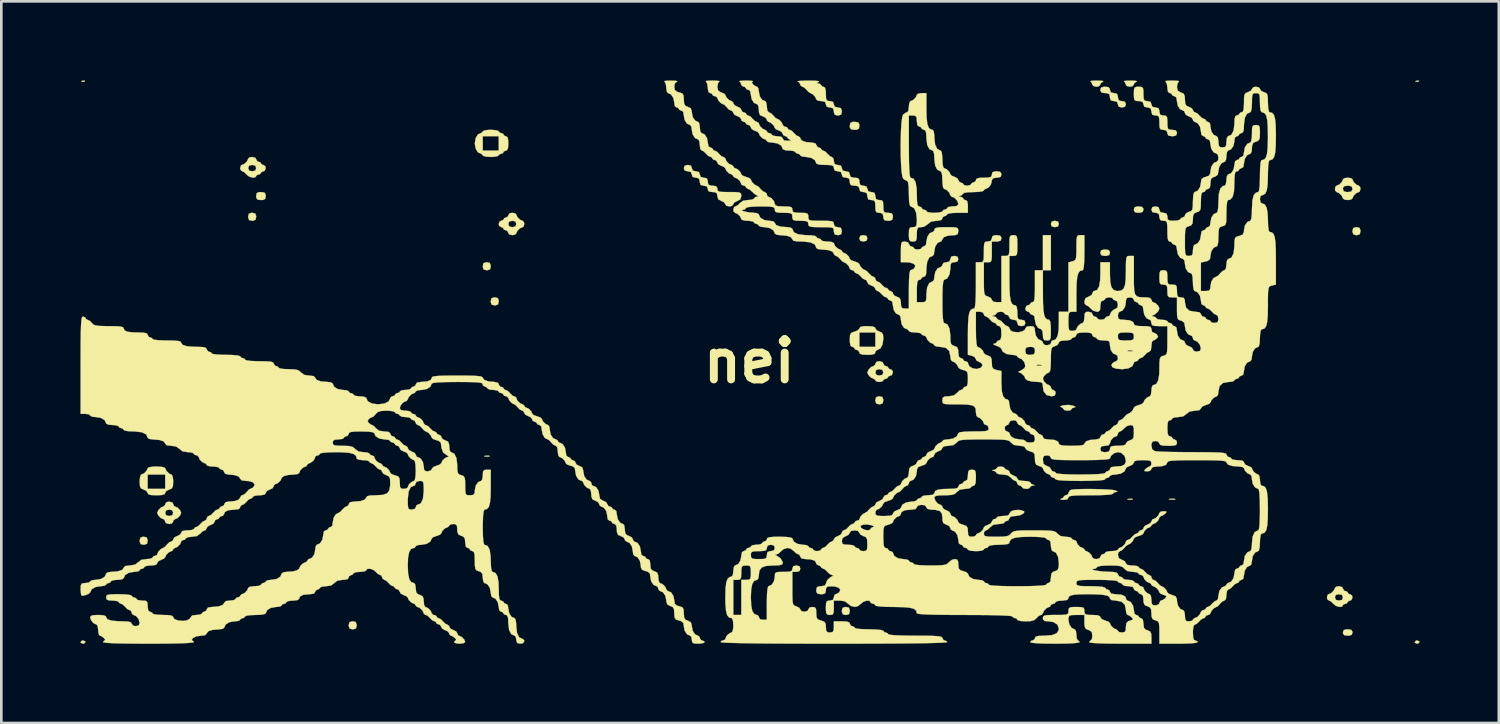
<source format=kicad_pcb>
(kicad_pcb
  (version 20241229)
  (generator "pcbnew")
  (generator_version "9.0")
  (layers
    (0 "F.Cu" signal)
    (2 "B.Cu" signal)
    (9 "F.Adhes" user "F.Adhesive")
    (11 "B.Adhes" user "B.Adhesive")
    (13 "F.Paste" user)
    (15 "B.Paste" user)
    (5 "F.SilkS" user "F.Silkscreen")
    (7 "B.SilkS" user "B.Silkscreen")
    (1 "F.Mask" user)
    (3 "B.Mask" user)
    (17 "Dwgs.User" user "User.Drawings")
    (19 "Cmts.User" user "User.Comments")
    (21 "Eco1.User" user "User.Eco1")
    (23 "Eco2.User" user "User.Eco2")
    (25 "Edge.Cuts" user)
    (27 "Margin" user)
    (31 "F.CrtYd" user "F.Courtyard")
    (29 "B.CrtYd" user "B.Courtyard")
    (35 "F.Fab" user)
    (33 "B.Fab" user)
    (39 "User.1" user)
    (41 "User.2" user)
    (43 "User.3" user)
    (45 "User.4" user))
  (footprint "nei"
    (layer "F.Cu")
    (at 25.345 10.639)
    (property "Reference" "nei" (at 0 0 0) (layer "F.SilkS") (effects (font (size 1.524 1.524) (thickness 0.3))))
    (attr through_hole)
    (fp_poly (pts (xy 11.128 -4.778) (xy 11.43 -4.778) (xy 11.43 -3.447) (xy 11.128 -3.447) (xy 11.128 -4.778)) (stroke (width 0.01) (type solid)) (fill yes) (layer "F.SilkS"))
    (fp_poly (pts (xy -25.174 -10.62) (xy -25.193 -10.592) (xy -25.254 -10.588) (xy -25.318 -10.603) (xy -25.29 -10.625) (xy -25.196 -10.632) (xy -25.174 -10.62)) (stroke (width 0.01) (type solid)) (fill yes) (layer "F.SilkS"))
    (fp_poly (pts (xy 25.384 -10.62) (xy 25.366 -10.592) (xy 25.304 -10.588) (xy 25.24 -10.603) (xy 25.268 -10.625) (xy 25.362 -10.632) (xy 25.384 -10.62)) (stroke (width 0.01) (type solid)) (fill yes) (layer "F.SilkS"))
    (fp_poly (pts (xy -25.168 10.616) (xy -25.158 10.644) (xy -25.207 10.697) (xy -25.249 10.704) (xy -25.329 10.672) (xy -25.34 10.644) (xy -25.291 10.59) (xy -25.249 10.583) (xy -25.168 10.616)) (stroke (width 0.01) (type solid)) (fill yes) (layer "F.SilkS"))
    (fp_poly (pts (xy -9.841 3.589) (xy -9.839 3.609) (xy -9.934 3.617) (xy -9.948 3.617) (xy -10.042 3.608) (xy -10.033 3.59) (xy -10.023 3.587) (xy -9.891 3.578) (xy -9.841 3.589)) (stroke (width 0.01) (type solid)) (fill yes) (layer "F.SilkS"))
    (fp_poly (pts (xy 4.443 -4.749) (xy 4.475 -4.657) (xy 4.44 -4.562) (xy 4.324 -4.536) (xy 4.205 -4.564) (xy 4.173 -4.657) (xy 4.208 -4.752) (xy 4.324 -4.778) (xy 4.443 -4.749)) (stroke (width 0.01) (type solid)) (fill yes) (layer "F.SilkS"))
    (fp_poly (pts (xy 11.7 -5.294) (xy 11.732 -5.201) (xy 11.697 -5.106) (xy 11.581 -5.08) (xy 11.463 -5.108) (xy 11.43 -5.201) (xy 11.465 -5.296) (xy 11.581 -5.322) (xy 11.7 -5.294)) (stroke (width 0.01) (type solid)) (fill yes) (layer "F.SilkS"))
    (fp_poly (pts (xy 14.531 5.222) (xy 14.533 5.242) (xy 14.438 5.25) (xy 14.424 5.25) (xy 14.33 5.241) (xy 14.339 5.223) (xy 14.349 5.22) (xy 14.481 5.211) (xy 14.531 5.222)) (stroke (width 0.01) (type solid)) (fill yes) (layer "F.SilkS"))
    (fp_poly (pts (xy 16.132 5.22) (xy 16.151 5.237) (xy 16.067 5.247) (xy 16.026 5.247) (xy 15.916 5.241) (xy 15.903 5.225) (xy 15.92 5.22) (xy 16.074 5.21) (xy 16.132 5.22)) (stroke (width 0.01) (type solid)) (fill yes) (layer "F.SilkS"))
    (fp_poly (pts (xy 25.39 10.616) (xy 25.4 10.644) (xy 25.351 10.697) (xy 25.309 10.704) (xy 25.229 10.672) (xy 25.219 10.644) (xy 25.268 10.59) (xy 25.309 10.583) (xy 25.39 10.616)) (stroke (width 0.01) (type solid)) (fill yes) (layer "F.SilkS"))
    (fp_poly (pts (xy -22.836 6.677) (xy -22.8 6.776) (xy -22.8 6.804) (xy -22.825 6.919) (xy -22.923 6.954) (xy -22.951 6.955) (xy -23.066 6.93) (xy -23.101 6.831) (xy -23.102 6.804) (xy -23.077 6.688) (xy -22.979 6.653) (xy -22.951 6.652) (xy -22.836 6.677)) (stroke (width 0.01) (type solid)) (fill yes) (layer "F.SilkS"))
    (fp_poly (pts (xy -18.723 -5.599) (xy -18.688 -5.501) (xy -18.687 -5.473) (xy -18.712 -5.358) (xy -18.81 -5.323) (xy -18.838 -5.322) (xy -18.953 -5.347) (xy -18.989 -5.445) (xy -18.99 -5.473) (xy -18.965 -5.588) (xy -18.866 -5.624) (xy -18.838 -5.624) (xy -18.723 -5.599)) (stroke (width 0.01) (type solid)) (fill yes) (layer "F.SilkS"))
    (fp_poly (pts (xy -18.376 -6.394) (xy -18.329 -6.325) (xy -18.324 -6.259) (xy -18.344 -6.151) (xy -18.427 -6.112) (xy -18.506 -6.108) (xy -18.635 -6.124) (xy -18.683 -6.194) (xy -18.687 -6.259) (xy -18.668 -6.367) (xy -18.585 -6.407) (xy -18.506 -6.41) (xy -18.376 -6.394)) (stroke (width 0.01) (type solid)) (fill yes) (layer "F.SilkS"))
    (fp_poly (pts (xy -14.913 9.883) (xy -14.878 9.981) (xy -14.877 10.009) (xy -14.902 10.124) (xy -15 10.159) (xy -15.028 10.16) (xy -15.143 10.135) (xy -15.179 10.037) (xy -15.18 10.009) (xy -15.155 9.894) (xy -15.056 9.858) (xy -15.028 9.858) (xy -14.913 9.883)) (stroke (width 0.01) (type solid)) (fill yes) (layer "F.SilkS"))
    (fp_poly (pts (xy -9.833 -3.725) (xy -9.798 -3.626) (xy -9.797 -3.598) (xy -9.822 -3.483) (xy -9.92 -3.448) (xy -9.948 -3.447) (xy -10.063 -3.472) (xy -10.099 -3.57) (xy -10.1 -3.598) (xy -10.075 -3.713) (xy -9.976 -3.749) (xy -9.948 -3.75) (xy -9.833 -3.725)) (stroke (width 0.01) (type solid)) (fill yes) (layer "F.SilkS"))
    (fp_poly (pts (xy -9.531 -2.394) (xy -9.495 -2.296) (xy -9.495 -2.268) (xy -9.52 -2.153) (xy -9.618 -2.117) (xy -9.646 -2.117) (xy -9.761 -2.142) (xy -9.797 -2.24) (xy -9.797 -2.268) (xy -9.772 -2.383) (xy -9.674 -2.418) (xy -9.646 -2.419) (xy -9.531 -2.394)) (stroke (width 0.01) (type solid)) (fill yes) (layer "F.SilkS"))
    (fp_poly (pts (xy 3.774 9.338) (xy 3.809 9.437) (xy 3.81 9.465) (xy 3.785 9.58) (xy 3.687 9.615) (xy 3.659 9.616) (xy 3.544 9.591) (xy 3.508 9.492) (xy 3.508 9.465) (xy 3.533 9.349) (xy 3.631 9.314) (xy 3.659 9.313) (xy 3.774 9.338)) (stroke (width 0.01) (type solid)) (fill yes) (layer "F.SilkS"))
    (fp_poly (pts (xy 4.121 -9.055) (xy 4.169 -8.986) (xy 4.173 -8.92) (xy 4.153 -8.812) (xy 4.07 -8.773) (xy 3.991 -8.769) (xy 3.862 -8.785) (xy 3.814 -8.854) (xy 3.81 -8.92) (xy 3.83 -9.028) (xy 3.913 -9.068) (xy 3.991 -9.071) (xy 4.121 -9.055)) (stroke (width 0.01) (type solid)) (fill yes) (layer "F.SilkS"))
    (fp_poly (pts (xy 5.044 1.355) (xy 5.079 1.454) (xy 5.08 1.482) (xy 5.055 1.597) (xy 4.957 1.632) (xy 4.929 1.633) (xy 4.814 1.608) (xy 4.778 1.51) (xy 4.778 1.482) (xy 4.803 1.367) (xy 4.901 1.331) (xy 4.929 1.33) (xy 5.044 1.355)) (stroke (width 0.01) (type solid)) (fill yes) (layer "F.SilkS"))
    (fp_poly (pts (xy 13.619 -4.214) (xy 13.666 -4.144) (xy 13.668 -4.112) (xy 13.639 -4.024) (xy 13.533 -3.993) (xy 13.486 -3.991) (xy 13.353 -4.01) (xy 13.307 -4.081) (xy 13.305 -4.112) (xy 13.333 -4.201) (xy 13.439 -4.232) (xy 13.486 -4.233) (xy 13.619 -4.214)) (stroke (width 0.01) (type solid)) (fill yes) (layer "F.SilkS"))
    (fp_poly (pts (xy 14.889 -5.847) (xy 14.936 -5.776) (xy 14.938 -5.745) (xy 14.909 -5.657) (xy 14.803 -5.626) (xy 14.756 -5.624) (xy 14.623 -5.643) (xy 14.577 -5.714) (xy 14.575 -5.745) (xy 14.603 -5.834) (xy 14.709 -5.865) (xy 14.756 -5.866) (xy 14.889 -5.847)) (stroke (width 0.01) (type solid)) (fill yes) (layer "F.SilkS"))
    (fp_poly (pts (xy 22.811 10.179) (xy 22.858 10.25) (xy 22.86 10.281) (xy 22.831 10.369) (xy 22.725 10.401) (xy 22.679 10.402) (xy 22.546 10.383) (xy 22.499 10.312) (xy 22.497 10.281) (xy 22.526 10.192) (xy 22.632 10.161) (xy 22.679 10.16) (xy 22.811 10.179)) (stroke (width 0.01) (type solid)) (fill yes) (layer "F.SilkS"))
    (fp_poly (pts (xy 23.126 -5.055) (xy 23.162 -4.957) (xy 23.162 -4.929) (xy 23.137 -4.814) (xy 23.039 -4.778) (xy 23.011 -4.778) (xy 22.896 -4.803) (xy 22.861 -4.901) (xy 22.86 -4.929) (xy 22.885 -5.044) (xy 22.983 -5.079) (xy 23.011 -5.08) (xy 23.126 -5.055)) (stroke (width 0.01) (type solid)) (fill yes) (layer "F.SilkS"))
    (fp_poly (pts (xy 13.344 -10.627) (xy 13.423 -10.615) (xy 13.411 -10.602) (xy 13.321 -10.538) (xy 13.305 -10.488) (xy 13.252 -10.42) (xy 13.154 -10.402) (xy 13.034 -10.432) (xy 13.002 -10.488) (xy 12.957 -10.585) (xy 12.927 -10.604) (xy 12.938 -10.62) (xy 13.046 -10.63) (xy 13.184 -10.632) (xy 13.344 -10.627)) (stroke (width 0.01) (type solid)) (fill yes) (layer "F.SilkS"))
    (fp_poly (pts (xy 14.614 -10.627) (xy 14.693 -10.615) (xy 14.681 -10.602) (xy 14.591 -10.538) (xy 14.575 -10.488) (xy 14.522 -10.42) (xy 14.424 -10.402) (xy 14.304 -10.432) (xy 14.272 -10.488) (xy 14.227 -10.585) (xy 14.197 -10.604) (xy 14.208 -10.62) (xy 14.316 -10.63) (xy 14.454 -10.632) (xy 14.614 -10.627)) (stroke (width 0.01) (type solid)) (fill yes) (layer "F.SilkS"))
    (fp_poly (pts (xy 12.271 1.684) (xy 12.277 1.686) (xy 12.365 1.73) (xy 12.338 1.749) (xy 12.322 1.75) (xy 12.232 1.782) (xy 12.216 1.814) (xy 12.164 1.86) (xy 12.065 1.875) (xy 11.951 1.856) (xy 11.914 1.819) (xy 11.864 1.759) (xy 11.808 1.738) (xy 11.781 1.713) (xy 11.867 1.68) (xy 11.914 1.669) (xy 12.103 1.656) (xy 12.271 1.684)) (stroke (width 0.01) (type solid)) (fill yes) (layer "F.SilkS"))
    (fp_poly (pts (xy 13.619 -10.383) (xy 13.666 -10.312) (xy 13.668 -10.281) (xy 13.703 -10.186) (xy 13.819 -10.16) (xy 13.934 -10.135) (xy 13.969 -10.037) (xy 13.97 -10.009) (xy 13.995 -9.894) (xy 14.093 -9.858) (xy 14.121 -9.858) (xy 14.24 -9.829) (xy 14.272 -9.737) (xy 14.237 -9.642) (xy 14.121 -9.616) (xy 14.003 -9.644) (xy 13.97 -9.737) (xy 13.935 -9.832) (xy 13.819 -9.858) (xy 13.704 -9.883) (xy 13.668 -9.981) (xy 13.668 -10.009) (xy 13.648 -10.117) (xy 13.565 -10.156) (xy 13.486 -10.16) (xy 13.353 -10.179) (xy 13.307 -10.25) (xy 13.305 -10.281) (xy 13.333 -10.369) (xy 13.439 -10.401) (xy 13.486 -10.402) (xy 13.619 -10.383)) (stroke (width 0.01) (type solid)) (fill yes) (layer "F.SilkS"))
    (fp_poly (pts (xy -21.861 5.353) (xy -21.832 5.413) (xy -21.797 5.493) (xy -21.767 5.503) (xy -21.663 5.55) (xy -21.566 5.652) (xy -21.53 5.745) (xy -21.575 5.851) (xy -21.676 5.95) (xy -21.767 5.987) (xy -21.825 6.036) (xy -21.832 6.078) (xy -21.884 6.151) (xy -21.983 6.169) (xy -22.105 6.137) (xy -22.134 6.078) (xy -22.169 5.997) (xy -22.199 5.987) (xy -22.303 5.941) (xy -22.4 5.838) (xy -22.437 5.745) (xy -22.134 5.745) (xy -22.099 5.84) (xy -21.983 5.866) (xy -21.865 5.838) (xy -21.832 5.745) (xy -21.867 5.65) (xy -21.983 5.624) (xy -22.102 5.653) (xy -22.134 5.745) (xy -22.437 5.745) (xy -22.391 5.64) (xy -22.291 5.541) (xy -22.199 5.503) (xy -22.142 5.454) (xy -22.134 5.413) (xy -22.082 5.34) (xy -21.983 5.322) (xy -21.861 5.353)) (stroke (width 0.01) (type solid)) (fill yes) (layer "F.SilkS"))
    (fp_poly (pts (xy 13.048 4.844) (xy 13.335 4.851) (xy 13.59 4.863) (xy 13.782 4.879) (xy 13.879 4.899) (xy 13.957 4.938) (xy 13.926 4.953) (xy 13.894 4.955) (xy 13.805 4.987) (xy 13.789 5.02) (xy 13.73 5.045) (xy 13.562 5.064) (xy 13.296 5.076) (xy 12.943 5.08) (xy 12.942 5.08) (xy 12.6 5.082) (xy 12.363 5.089) (xy 12.211 5.102) (xy 12.128 5.124) (xy 12.097 5.156) (xy 12.095 5.171) (xy 12.05 5.237) (xy 11.907 5.255) (xy 11.899 5.254) (xy 11.796 5.243) (xy 11.794 5.224) (xy 11.808 5.22) (xy 11.898 5.17) (xy 11.914 5.136) (xy 11.963 5.086) (xy 12.005 5.08) (xy 12.085 5.035) (xy 12.095 4.996) (xy 12.144 4.903) (xy 12.191 4.875) (xy 12.301 4.857) (xy 12.5 4.847) (xy 12.759 4.842) (xy 13.048 4.844)) (stroke (width 0.01) (type solid)) (fill yes) (layer "F.SilkS"))
    (fp_poly (pts (xy -22.272 4.002) (xy -22.155 4.032) (xy -22.134 4.056) (xy -22.088 4.159) (xy -21.988 4.256) (xy -21.897 4.294) (xy -21.857 4.348) (xy -21.834 4.486) (xy -21.832 4.559) (xy -21.841 4.729) (xy -21.88 4.817) (xy -21.968 4.859) (xy -21.983 4.863) (xy -22.097 4.922) (xy -22.134 4.99) (xy -22.165 5.045) (xy -22.273 5.072) (xy -22.467 5.08) (xy -22.668 5.072) (xy -22.772 5.043) (xy -22.8 4.99) (xy -22.851 4.91) (xy -22.951 4.863) (xy -23.046 4.823) (xy -23.09 4.744) (xy -23.102 4.586) (xy -23.102 4.559) (xy -23.089 4.397) (xy -23.055 4.304) (xy -23.037 4.294) (xy -22.8 4.294) (xy -22.8 4.838) (xy -22.134 4.838) (xy -22.134 4.294) (xy -22.8 4.294) (xy -23.037 4.294) (xy -22.935 4.248) (xy -22.837 4.147) (xy -22.8 4.056) (xy -22.744 4.018) (xy -22.593 3.996) (xy -22.467 3.991) (xy -22.272 4.002)) (stroke (width 0.01) (type solid)) (fill yes) (layer "F.SilkS"))
    (fp_poly (pts (xy -18.717 -7.709) (xy -18.687 -7.65) (xy -18.639 -7.57) (xy -18.596 -7.56) (xy -18.516 -7.527) (xy -18.506 -7.499) (xy -18.457 -7.445) (xy -18.415 -7.439) (xy -18.341 -7.388) (xy -18.324 -7.318) (xy -18.362 -7.219) (xy -18.415 -7.197) (xy -18.495 -7.164) (xy -18.506 -7.136) (xy -18.555 -7.083) (xy -18.596 -7.076) (xy -18.677 -7.043) (xy -18.687 -7.015) (xy -18.732 -6.961) (xy -18.838 -6.959) (xy -18.96 -7.001) (xy -19.05 -7.076) (xy -19.146 -7.169) (xy -19.215 -7.197) (xy -19.277 -7.247) (xy -19.292 -7.318) (xy -18.99 -7.318) (xy -18.954 -7.223) (xy -18.838 -7.197) (xy -18.72 -7.225) (xy -18.687 -7.318) (xy -18.723 -7.412) (xy -18.838 -7.439) (xy -18.957 -7.41) (xy -18.99 -7.318) (xy -19.292 -7.318) (xy -19.265 -7.416) (xy -19.227 -7.439) (xy -19.125 -7.484) (xy -19.027 -7.585) (xy -18.99 -7.676) (xy -18.938 -7.725) (xy -18.838 -7.741) (xy -18.717 -7.709)) (stroke (width 0.01) (type solid)) (fill yes) (layer "F.SilkS"))
    (fp_poly (pts (xy 22.468 8.559) (xy 22.497 8.618) (xy 22.546 8.698) (xy 22.588 8.709) (xy 22.668 8.741) (xy 22.679 8.769) (xy 22.728 8.823) (xy 22.769 8.83) (xy 22.843 8.88) (xy 22.86 8.95) (xy 22.822 9.049) (xy 22.769 9.071) (xy 22.689 9.104) (xy 22.679 9.132) (xy 22.63 9.186) (xy 22.588 9.192) (xy 22.507 9.225) (xy 22.497 9.253) (xy 22.452 9.307) (xy 22.346 9.309) (xy 22.224 9.267) (xy 22.134 9.192) (xy 22.038 9.099) (xy 21.97 9.071) (xy 21.907 9.021) (xy 21.892 8.95) (xy 22.195 8.95) (xy 22.23 9.045) (xy 22.346 9.071) (xy 22.465 9.043) (xy 22.497 8.95) (xy 22.462 8.856) (xy 22.346 8.83) (xy 22.227 8.858) (xy 22.195 8.95) (xy 21.892 8.95) (xy 21.919 8.852) (xy 21.957 8.83) (xy 22.06 8.784) (xy 22.157 8.683) (xy 22.195 8.592) (xy 22.246 8.543) (xy 22.346 8.527) (xy 22.468 8.559)) (stroke (width 0.01) (type solid)) (fill yes) (layer "F.SilkS"))
    (fp_poly (pts (xy -8.867 -5.602) (xy -8.83 -5.559) (xy -8.784 -5.457) (xy -8.683 -5.359) (xy -8.592 -5.322) (xy -8.539 -5.271) (xy -8.527 -5.201) (xy -8.554 -5.103) (xy -8.592 -5.08) (xy -8.695 -5.034) (xy -8.792 -4.934) (xy -8.83 -4.842) (xy -8.881 -4.794) (xy -8.981 -4.778) (xy -9.102 -4.809) (xy -9.132 -4.868) (xy -9.18 -4.949) (xy -9.223 -4.959) (xy -9.303 -4.992) (xy -9.313 -5.02) (xy -9.362 -5.073) (xy -9.404 -5.08) (xy -9.478 -5.13) (xy -9.495 -5.201) (xy -9.132 -5.201) (xy -9.096 -5.106) (xy -8.981 -5.08) (xy -8.862 -5.108) (xy -8.83 -5.201) (xy -8.865 -5.296) (xy -8.981 -5.322) (xy -9.099 -5.294) (xy -9.132 -5.201) (xy -9.495 -5.201) (xy -9.457 -5.299) (xy -9.404 -5.322) (xy -9.324 -5.355) (xy -9.313 -5.382) (xy -9.264 -5.436) (xy -9.223 -5.443) (xy -9.142 -5.491) (xy -9.132 -5.534) (xy -9.079 -5.607) (xy -8.981 -5.624) (xy -8.867 -5.602)) (stroke (width 0.01) (type solid)) (fill yes) (layer "F.SilkS"))
    (fp_poly (pts (xy 5.05 0.032) (xy 5.08 0.091) (xy 5.128 0.171) (xy 5.171 0.181) (xy 5.251 0.214) (xy 5.261 0.242) (xy 5.31 0.296) (xy 5.352 0.302) (xy 5.426 0.353) (xy 5.443 0.423) (xy 5.405 0.522) (xy 5.352 0.544) (xy 5.272 0.577) (xy 5.261 0.605) (xy 5.212 0.658) (xy 5.171 0.665) (xy 5.09 0.698) (xy 5.08 0.726) (xy 5.028 0.771) (xy 4.929 0.786) (xy 4.815 0.765) (xy 4.778 0.726) (xy 4.731 0.668) (xy 4.713 0.665) (xy 4.609 0.619) (xy 4.512 0.517) (xy 4.475 0.423) (xy 4.778 0.423) (xy 4.813 0.518) (xy 4.929 0.544) (xy 5.047 0.516) (xy 5.08 0.423) (xy 5.045 0.328) (xy 4.929 0.302) (xy 4.81 0.331) (xy 4.778 0.423) (xy 4.475 0.423) (xy 4.521 0.318) (xy 4.621 0.219) (xy 4.713 0.181) (xy 4.77 0.133) (xy 4.778 0.091) (xy 4.83 0.018) (xy 4.929 0) (xy 5.05 0.032)) (stroke (width 0.01) (type solid)) (fill yes) (layer "F.SilkS"))
    (fp_poly (pts (xy 11.128 -2.596) (xy 11.132 -2.214) (xy 11.147 -1.938) (xy 11.176 -1.751) (xy 11.223 -1.638) (xy 11.291 -1.584) (xy 11.365 -1.572) (xy 11.402 -1.515) (xy 11.424 -1.357) (xy 11.43 -1.179) (xy 11.427 -0.968) (xy 11.412 -0.85) (xy 11.375 -0.799) (xy 11.304 -0.786) (xy 11.279 -0.786) (xy 11.177 -0.802) (xy 11.135 -0.873) (xy 11.128 -0.998) (xy 11.111 -1.138) (xy 11.071 -1.208) (xy 11.063 -1.21) (xy 10.944 -1.264) (xy 10.857 -1.4) (xy 10.825 -1.568) (xy 10.799 -1.714) (xy 10.735 -1.754) (xy 10.654 -1.786) (xy 10.644 -1.814) (xy 10.595 -1.868) (xy 10.553 -1.875) (xy 10.479 -1.925) (xy 10.462 -1.996) (xy 10.5 -2.094) (xy 10.553 -2.117) (xy 10.634 -2.149) (xy 10.644 -2.177) (xy 10.693 -2.231) (xy 10.735 -2.238) (xy 10.777 -2.258) (xy 10.804 -2.331) (xy 10.819 -2.477) (xy 10.825 -2.717) (xy 10.825 -2.842) (xy 10.825 -3.447) (xy 11.128 -3.447) (xy 11.128 -2.596)) (stroke (width 0.01) (type solid)) (fill yes) (layer "F.SilkS"))
    (fp_poly (pts (xy 4.671 -1.319) (xy 4.764 -1.282) (xy 4.778 -1.246) (xy 4.829 -1.17) (xy 4.929 -1.124) (xy 5.027 -1.082) (xy 5.071 -0.995) (xy 5.08 -0.841) (xy 5.049 -0.629) (xy 4.965 -0.481) (xy 4.845 -0.423) (xy 4.842 -0.423) (xy 4.785 -0.374) (xy 4.778 -0.333) (xy 4.745 -0.276) (xy 4.633 -0.248) (xy 4.475 -0.242) (xy 4.285 -0.252) (xy 4.192 -0.285) (xy 4.173 -0.333) (xy 4.124 -0.413) (xy 4.082 -0.423) (xy 4.002 -0.456) (xy 3.991 -0.484) (xy 3.942 -0.537) (xy 3.901 -0.544) (xy 3.84 -0.581) (xy 3.813 -0.703) (xy 3.81 -0.812) (xy 3.817 -0.98) (xy 3.854 -1.066) (xy 3.903 -1.089) (xy 4.173 -1.089) (xy 4.173 -0.544) (xy 4.778 -0.544) (xy 4.778 -1.089) (xy 4.173 -1.089) (xy 3.903 -1.089) (xy 3.944 -1.108) (xy 3.991 -1.119) (xy 4.119 -1.172) (xy 4.173 -1.243) (xy 4.173 -1.245) (xy 4.211 -1.3) (xy 4.337 -1.326) (xy 4.475 -1.33) (xy 4.671 -1.319)) (stroke (width 0.01) (type solid)) (fill yes) (layer "F.SilkS"))
    (fp_poly (pts (xy 22.806 -6.936) (xy 22.86 -6.891) (xy 22.86 -6.89) (xy 22.906 -6.787) (xy 23.006 -6.69) (xy 23.098 -6.652) (xy 23.15 -6.602) (xy 23.162 -6.531) (xy 23.135 -6.433) (xy 23.098 -6.41) (xy 22.995 -6.365) (xy 22.898 -6.264) (xy 22.86 -6.173) (xy 22.807 -6.127) (xy 22.681 -6.108) (xy 22.679 -6.108) (xy 22.551 -6.127) (xy 22.497 -6.172) (xy 22.497 -6.173) (xy 22.451 -6.275) (xy 22.351 -6.373) (xy 22.26 -6.41) (xy 22.207 -6.461) (xy 22.195 -6.531) (xy 22.497 -6.531) (xy 22.526 -6.443) (xy 22.632 -6.412) (xy 22.679 -6.41) (xy 22.811 -6.429) (xy 22.858 -6.5) (xy 22.86 -6.531) (xy 22.831 -6.62) (xy 22.725 -6.651) (xy 22.679 -6.652) (xy 22.546 -6.633) (xy 22.499 -6.563) (xy 22.497 -6.531) (xy 22.195 -6.531) (xy 22.222 -6.63) (xy 22.26 -6.652) (xy 22.362 -6.698) (xy 22.46 -6.799) (xy 22.497 -6.89) (xy 22.55 -6.935) (xy 22.676 -6.955) (xy 22.679 -6.955) (xy 22.806 -6.936)) (stroke (width 0.01) (type solid)) (fill yes) (layer "F.SilkS"))
    (fp_poly (pts (xy -9.625 -8.758) (xy -9.515 -8.73) (xy -9.495 -8.709) (xy -9.446 -8.655) (xy -9.404 -8.648) (xy -9.324 -8.615) (xy -9.313 -8.588) (xy -9.264 -8.534) (xy -9.223 -8.527) (xy -9.163 -8.492) (xy -9.136 -8.37) (xy -9.132 -8.255) (xy -9.144 -8.076) (xy -9.184 -7.994) (xy -9.223 -7.983) (xy -9.303 -7.95) (xy -9.313 -7.922) (xy -9.362 -7.869) (xy -9.404 -7.862) (xy -9.485 -7.829) (xy -9.495 -7.801) (xy -9.549 -7.767) (xy -9.688 -7.745) (xy -9.797 -7.741) (xy -9.97 -7.752) (xy -10.079 -7.78) (xy -10.1 -7.801) (xy -10.146 -7.859) (xy -10.164 -7.862) (xy -10.284 -7.917) (xy -10.37 -8.059) (xy -10.402 -8.255) (xy -10.369 -8.453) (xy -10.324 -8.527) (xy -10.1 -8.527) (xy -10.1 -7.983) (xy -9.495 -7.983) (xy -9.495 -8.527) (xy -10.1 -8.527) (xy -10.324 -8.527) (xy -10.283 -8.595) (xy -10.164 -8.648) (xy -10.102 -8.692) (xy -10.1 -8.709) (xy -10.045 -8.743) (xy -9.906 -8.765) (xy -9.797 -8.769) (xy -9.625 -8.758)) (stroke (width 0.01) (type solid)) (fill yes) (layer "F.SilkS"))
    (fp_poly (pts (xy 9.639 4.012) (xy 9.676 4.052) (xy 9.725 4.106) (xy 9.767 4.112) (xy 9.847 4.16) (xy 9.858 4.202) (xy 9.909 4.282) (xy 10.009 4.329) (xy 10.122 4.387) (xy 10.16 4.452) (xy 10.21 4.512) (xy 10.365 4.535) (xy 10.402 4.536) (xy 10.553 4.548) (xy 10.638 4.579) (xy 10.644 4.592) (xy 10.694 4.652) (xy 10.75 4.675) (xy 10.824 4.698) (xy 10.781 4.708) (xy 10.75 4.71) (xy 10.66 4.745) (xy 10.644 4.778) (xy 10.592 4.823) (xy 10.493 4.838) (xy 10.379 4.817) (xy 10.341 4.778) (xy 10.292 4.724) (xy 10.251 4.717) (xy 10.171 4.669) (xy 10.16 4.626) (xy 10.118 4.546) (xy 10.083 4.536) (xy 9.991 4.491) (xy 9.918 4.415) (xy 9.789 4.32) (xy 9.602 4.294) (xy 9.456 4.281) (xy 9.378 4.248) (xy 9.374 4.238) (xy 9.324 4.177) (xy 9.268 4.154) (xy 9.193 4.131) (xy 9.236 4.122) (xy 9.268 4.119) (xy 9.358 4.085) (xy 9.374 4.052) (xy 9.426 4.006) (xy 9.525 3.991) (xy 9.639 4.012)) (stroke (width 0.01) (type solid)) (fill yes) (layer "F.SilkS"))
    (fp_poly (pts (xy 2.491 -10.629) (xy 2.627 -10.615) (xy 2.646 -10.591) (xy 2.631 -10.583) (xy 2.553 -10.543) (xy 2.584 -10.529) (xy 2.616 -10.527) (xy 2.705 -10.495) (xy 2.721 -10.462) (xy 2.77 -10.409) (xy 2.812 -10.402) (xy 2.872 -10.366) (xy 2.899 -10.245) (xy 2.903 -10.13) (xy 2.909 -9.962) (xy 2.94 -9.882) (xy 3.013 -9.859) (xy 3.054 -9.858) (xy 3.173 -9.829) (xy 3.205 -9.737) (xy 3.241 -9.642) (xy 3.356 -9.616) (xy 3.472 -9.591) (xy 3.507 -9.492) (xy 3.508 -9.465) (xy 3.483 -9.349) (xy 3.384 -9.314) (xy 3.356 -9.313) (xy 3.241 -9.338) (xy 3.206 -9.437) (xy 3.205 -9.465) (xy 3.18 -9.58) (xy 3.082 -9.615) (xy 3.054 -9.616) (xy 2.935 -9.644) (xy 2.903 -9.737) (xy 2.874 -9.825) (xy 2.768 -9.856) (xy 2.721 -9.858) (xy 2.594 -9.876) (xy 2.54 -9.922) (xy 2.54 -9.922) (xy 2.497 -10.019) (xy 2.405 -10.117) (xy 2.316 -10.16) (xy 2.245 -10.204) (xy 2.177 -10.281) (xy 2.081 -10.375) (xy 2.013 -10.402) (xy 1.943 -10.45) (xy 1.935 -10.488) (xy 1.885 -10.575) (xy 1.829 -10.602) (xy 1.836 -10.615) (xy 1.943 -10.625) (xy 2.13 -10.631) (xy 2.238 -10.633) (xy 2.491 -10.629)) (stroke (width 0.01) (type solid)) (fill yes) (layer "F.SilkS"))
    (fp_poly (pts (xy -2.21 -7.41) (xy -2.177 -7.318) (xy -2.142 -7.223) (xy -2.026 -7.197) (xy -1.907 -7.168) (xy -1.875 -7.076) (xy -1.839 -6.981) (xy -1.724 -6.955) (xy -1.608 -6.93) (xy -1.573 -6.831) (xy -1.572 -6.804) (xy -1.553 -6.696) (xy -1.47 -6.656) (xy -1.391 -6.652) (xy -1.258 -6.633) (xy -1.211 -6.563) (xy -1.21 -6.531) (xy -1.199 -6.47) (xy -1.15 -6.433) (xy -1.038 -6.416) (xy -0.838 -6.411) (xy -0.756 -6.41) (xy -0.525 -6.409) (xy -0.39 -6.397) (xy -0.325 -6.368) (xy -0.304 -6.312) (xy -0.302 -6.26) (xy -0.34 -6.131) (xy -0.454 -6.072) (xy -0.567 -6.015) (xy -0.605 -5.95) (xy -0.657 -5.885) (xy -0.756 -5.866) (xy -0.874 -5.895) (xy -0.907 -5.95) (xy -0.959 -6.026) (xy -1.058 -6.072) (xy -1.179 -6.14) (xy -1.21 -6.26) (xy -1.229 -6.368) (xy -1.313 -6.407) (xy -1.391 -6.41) (xy -1.524 -6.429) (xy -1.571 -6.5) (xy -1.572 -6.531) (xy -1.608 -6.626) (xy -1.724 -6.652) (xy -1.839 -6.677) (xy -1.874 -6.776) (xy -1.875 -6.804) (xy -1.9 -6.919) (xy -1.998 -6.954) (xy -2.026 -6.955) (xy -2.145 -6.983) (xy -2.177 -7.076) (xy -2.213 -7.171) (xy -2.328 -7.197) (xy -2.447 -7.225) (xy -2.48 -7.318) (xy -2.444 -7.412) (xy -2.328 -7.439) (xy -2.21 -7.41)) (stroke (width 0.01) (type solid)) (fill yes) (layer "F.SilkS"))
    (fp_poly (pts (xy 14.868 -10.394) (xy 14.921 -10.348) (xy 14.937 -10.232) (xy 14.938 -10.13) (xy 14.944 -9.962) (xy 14.975 -9.882) (xy 15.048 -9.859) (xy 15.089 -9.858) (xy 15.207 -9.829) (xy 15.24 -9.737) (xy 15.275 -9.642) (xy 15.391 -9.616) (xy 15.506 -9.591) (xy 15.542 -9.492) (xy 15.542 -9.465) (xy 15.567 -9.349) (xy 15.666 -9.314) (xy 15.694 -9.313) (xy 15.787 -9.302) (xy 15.831 -9.247) (xy 15.844 -9.115) (xy 15.845 -9.041) (xy 15.85 -8.874) (xy 15.88 -8.795) (xy 15.958 -8.771) (xy 16.026 -8.769) (xy 16.159 -8.75) (xy 16.206 -8.679) (xy 16.208 -8.648) (xy 16.179 -8.56) (xy 16.073 -8.528) (xy 16.026 -8.527) (xy 15.893 -8.546) (xy 15.847 -8.617) (xy 15.845 -8.648) (xy 15.809 -8.743) (xy 15.694 -8.769) (xy 15.6 -8.78) (xy 15.556 -8.836) (xy 15.543 -8.968) (xy 15.542 -9.041) (xy 15.536 -9.209) (xy 15.505 -9.289) (xy 15.432 -9.312) (xy 15.391 -9.313) (xy 15.276 -9.338) (xy 15.241 -9.437) (xy 15.24 -9.465) (xy 15.215 -9.58) (xy 15.117 -9.615) (xy 15.089 -9.616) (xy 14.97 -9.644) (xy 14.938 -9.737) (xy 14.909 -9.825) (xy 14.803 -9.856) (xy 14.756 -9.858) (xy 14.645 -9.866) (xy 14.592 -9.911) (xy 14.576 -10.027) (xy 14.575 -10.13) (xy 14.58 -10.297) (xy 14.61 -10.376) (xy 14.688 -10.4) (xy 14.756 -10.402) (xy 14.868 -10.394)) (stroke (width 0.01) (type solid)) (fill yes) (layer "F.SilkS"))
    (fp_poly (pts (xy 6.713 -9.551) (xy 6.721 -9.216) (xy 6.75 -8.985) (xy 6.803 -8.845) (xy 6.885 -8.779) (xy 6.95 -8.769) (xy 6.989 -8.714) (xy 7.012 -8.567) (xy 7.015 -8.462) (xy 7.043 -8.212) (xy 7.12 -8.048) (xy 7.241 -7.983) (xy 7.253 -7.983) (xy 7.291 -7.927) (xy 7.313 -7.776) (xy 7.318 -7.65) (xy 7.329 -7.455) (xy 7.358 -7.339) (xy 7.382 -7.318) (xy 7.482 -7.273) (xy 7.58 -7.177) (xy 7.62 -7.087) (xy 7.671 -7.03) (xy 7.771 -6.99) (xy 7.885 -6.931) (xy 7.922 -6.863) (xy 7.971 -6.784) (xy 8.013 -6.773) (xy 8.094 -6.741) (xy 8.104 -6.713) (xy 8.156 -6.667) (xy 8.255 -6.652) (xy 8.369 -6.673) (xy 8.406 -6.713) (xy 8.455 -6.767) (xy 8.497 -6.773) (xy 8.577 -6.822) (xy 8.588 -6.864) (xy 8.62 -6.921) (xy 8.732 -6.949) (xy 8.89 -6.955) (xy 9.071 -6.961) (xy 9.162 -6.988) (xy 9.191 -7.048) (xy 9.192 -7.076) (xy 9.221 -7.164) (xy 9.327 -7.195) (xy 9.374 -7.197) (xy 9.507 -7.178) (xy 9.553 -7.107) (xy 9.555 -7.076) (xy 9.527 -6.987) (xy 9.421 -6.956) (xy 9.374 -6.955) (xy 9.242 -6.936) (xy 9.195 -6.866) (xy 9.192 -6.829) (xy 9.151 -6.687) (xy 9.054 -6.571) (xy 8.955 -6.531) (xy 8.893 -6.488) (xy 8.89 -6.471) (xy 8.834 -6.439) (xy 8.687 -6.418) (xy 8.497 -6.41) (xy 8.297 -6.403) (xy 8.155 -6.382) (xy 8.104 -6.354) (xy 8.054 -6.294) (xy 7.998 -6.271) (xy 7.923 -6.248) (xy 7.966 -6.238) (xy 7.998 -6.236) (xy 8.088 -6.201) (xy 8.104 -6.169) (xy 8.153 -6.115) (xy 8.195 -6.108) (xy 8.258 -6.068) (xy 8.284 -5.936) (xy 8.285 -5.866) (xy 8.285 -5.624) (xy 7.892 -5.624) (xy 7.687 -5.616) (xy 7.546 -5.593) (xy 7.499 -5.564) (xy 7.45 -5.51) (xy 7.408 -5.503) (xy 7.328 -5.455) (xy 7.318 -5.413) (xy 7.275 -5.348) (xy 7.137 -5.323) (xy 7.089 -5.322) (xy 6.887 -5.29) (xy 6.773 -5.201) (xy 6.639 -5.103) (xy 6.518 -5.08) (xy 6.415 -5.071) (xy 6.366 -5.022) (xy 6.351 -4.899) (xy 6.35 -4.808) (xy 6.344 -4.64) (xy 6.313 -4.56) (xy 6.24 -4.537) (xy 6.199 -4.536) (xy 6.106 -4.547) (xy 6.061 -4.602) (xy 6.048 -4.734) (xy 6.048 -4.808) (xy 6.054 -4.976) (xy 6.085 -5.055) (xy 6.158 -5.079) (xy 6.199 -5.08) (xy 6.288 -5.09) (xy 6.333 -5.139) (xy 6.348 -5.259) (xy 6.35 -5.387) (xy 6.323 -5.637) (xy 6.245 -5.802) (xy 6.124 -5.866) (xy 6.112 -5.866) (xy 6.077 -5.924) (xy 6.055 -6.09) (xy 6.048 -6.35) (xy 6.04 -6.611) (xy 6.018 -6.776) (xy 5.983 -6.834) (xy 5.89 -6.873) (xy 5.832 -6.92) (xy 5.798 -7.014) (xy 5.771 -7.205) (xy 5.752 -7.469) (xy 5.741 -7.781) (xy 5.737 -8.119) (xy 5.74 -8.457) (xy 5.751 -8.773) (xy 5.769 -9.042) (xy 5.795 -9.24) (xy 5.818 -9.313) (xy 6.048 -9.313) (xy 6.048 -8.134) (xy 6.051 -7.668) (xy 6.06 -7.32) (xy 6.075 -7.089) (xy 6.097 -6.972) (xy 6.112 -6.955) (xy 6.228 -6.913) (xy 6.304 -6.781) (xy 6.343 -6.549) (xy 6.35 -6.324) (xy 6.355 -6.084) (xy 6.372 -5.942) (xy 6.405 -5.877) (xy 6.441 -5.866) (xy 6.521 -5.834) (xy 6.531 -5.806) (xy 6.58 -5.752) (xy 6.622 -5.745) (xy 6.703 -5.713) (xy 6.713 -5.685) (xy 6.767 -5.65) (xy 6.906 -5.628) (xy 7.015 -5.624) (xy 7.188 -5.635) (xy 7.297 -5.663) (xy 7.318 -5.685) (xy 7.367 -5.738) (xy 7.408 -5.745) (xy 7.489 -5.778) (xy 7.499 -5.806) (xy 7.552 -5.846) (xy 7.683 -5.866) (xy 7.711 -5.866) (xy 7.865 -5.884) (xy 7.921 -5.945) (xy 7.922 -5.961) (xy 7.879 -6.085) (xy 7.779 -6.191) (xy 7.685 -6.229) (xy 7.623 -6.276) (xy 7.62 -6.294) (xy 7.574 -6.396) (xy 7.474 -6.494) (xy 7.382 -6.531) (xy 7.344 -6.587) (xy 7.322 -6.738) (xy 7.318 -6.864) (xy 7.307 -7.059) (xy 7.277 -7.176) (xy 7.253 -7.197) (xy 7.129 -7.252) (xy 7.047 -7.409) (xy 7.015 -7.653) (xy 7.015 -7.676) (xy 7.004 -7.859) (xy 6.973 -7.966) (xy 6.95 -7.983) (xy 6.826 -8.038) (xy 6.745 -8.195) (xy 6.713 -8.439) (xy 6.713 -8.462) (xy 6.703 -8.654) (xy 6.671 -8.748) (xy 6.622 -8.769) (xy 6.542 -8.802) (xy 6.531 -8.83) (xy 6.482 -8.883) (xy 6.441 -8.89) (xy 6.374 -8.936) (xy 6.35 -9.082) (xy 6.35 -9.102) (xy 6.339 -9.245) (xy 6.288 -9.303) (xy 6.199 -9.313) (xy 6.048 -9.313) (xy 5.818 -9.313) (xy 5.828 -9.344) (xy 5.832 -9.348) (xy 5.933 -9.42) (xy 5.983 -9.434) (xy 6.026 -9.487) (xy 6.047 -9.618) (xy 6.048 -9.646) (xy 6.064 -9.786) (xy 6.104 -9.856) (xy 6.112 -9.858) (xy 6.215 -9.903) (xy 6.312 -10.004) (xy 6.35 -10.095) (xy 6.403 -10.141) (xy 6.529 -10.16) (xy 6.531 -10.16) (xy 6.713 -10.16) (xy 6.713 -9.551)) (stroke (width 0.01) (type solid)) (fill yes) (layer "F.SilkS"))
    (fp_poly (pts (xy 0.046 -10.629) (xy 0.136 -10.617) (xy 0.137 -10.604) (xy 0.096 -10.56) (xy 0.147 -10.488) (xy 0.248 -10.416) (xy 0.298 -10.402) (xy 0.343 -10.349) (xy 0.363 -10.222) (xy 0.363 -10.216) (xy 0.399 -10.037) (xy 0.489 -9.905) (xy 0.6 -9.858) (xy 0.643 -9.804) (xy 0.665 -9.674) (xy 0.665 -9.646) (xy 0.685 -9.492) (xy 0.741 -9.434) (xy 0.743 -9.434) (xy 0.835 -9.39) (xy 0.907 -9.313) (xy 0.993 -9.22) (xy 1.046 -9.192) (xy 1.137 -9.147) (xy 1.229 -9.049) (xy 1.27 -8.955) (xy 1.319 -8.897) (xy 1.361 -8.89) (xy 1.441 -8.857) (xy 1.451 -8.83) (xy 1.499 -8.774) (xy 1.529 -8.769) (xy 1.621 -8.724) (xy 1.693 -8.648) (xy 1.789 -8.554) (xy 1.858 -8.527) (xy 1.928 -8.479) (xy 1.935 -8.443) (xy 1.991 -8.362) (xy 2.145 -8.307) (xy 2.373 -8.286) (xy 2.374 -8.286) (xy 2.506 -8.256) (xy 2.54 -8.195) (xy 2.588 -8.114) (xy 2.631 -8.104) (xy 2.711 -8.071) (xy 2.721 -8.043) (xy 2.769 -7.987) (xy 2.799 -7.983) (xy 2.891 -7.938) (xy 2.963 -7.862) (xy 3.059 -7.768) (xy 3.128 -7.741) (xy 3.186 -7.689) (xy 3.205 -7.59) (xy 3.23 -7.475) (xy 3.329 -7.439) (xy 3.356 -7.439) (xy 3.475 -7.41) (xy 3.508 -7.318) (xy 3.543 -7.223) (xy 3.659 -7.197) (xy 3.777 -7.168) (xy 3.81 -7.076) (xy 3.839 -6.987) (xy 3.945 -6.956) (xy 3.991 -6.955) (xy 4.121 -6.938) (xy 4.169 -6.869) (xy 4.173 -6.804) (xy 4.198 -6.688) (xy 4.296 -6.653) (xy 4.324 -6.652) (xy 4.443 -6.624) (xy 4.475 -6.531) (xy 4.511 -6.437) (xy 4.626 -6.41) (xy 4.742 -6.385) (xy 4.777 -6.287) (xy 4.778 -6.259) (xy 4.803 -6.144) (xy 4.901 -6.109) (xy 4.929 -6.108) (xy 5.026 -6.095) (xy 5.07 -6.033) (xy 5.08 -5.887) (xy 5.08 -5.866) (xy 5.087 -5.711) (xy 5.126 -5.642) (xy 5.222 -5.625) (xy 5.261 -5.624) (xy 5.391 -5.608) (xy 5.439 -5.539) (xy 5.443 -5.473) (xy 5.423 -5.365) (xy 5.34 -5.326) (xy 5.261 -5.322) (xy 5.132 -5.338) (xy 5.084 -5.407) (xy 5.08 -5.473) (xy 5.055 -5.588) (xy 4.957 -5.624) (xy 4.929 -5.624) (xy 4.831 -5.637) (xy 4.788 -5.7) (xy 4.778 -5.845) (xy 4.778 -5.866) (xy 4.769 -6.022) (xy 4.73 -6.091) (xy 4.64 -6.108) (xy 4.626 -6.108) (xy 4.511 -6.133) (xy 4.476 -6.231) (xy 4.475 -6.259) (xy 4.45 -6.374) (xy 4.352 -6.41) (xy 4.324 -6.41) (xy 4.205 -6.439) (xy 4.173 -6.531) (xy 4.144 -6.62) (xy 4.038 -6.651) (xy 3.991 -6.652) (xy 3.862 -6.669) (xy 3.814 -6.738) (xy 3.81 -6.804) (xy 3.785 -6.919) (xy 3.687 -6.954) (xy 3.659 -6.955) (xy 3.54 -6.983) (xy 3.508 -7.076) (xy 3.472 -7.171) (xy 3.356 -7.197) (xy 3.238 -7.225) (xy 3.205 -7.318) (xy 3.191 -7.388) (xy 3.128 -7.424) (xy 2.989 -7.437) (xy 2.873 -7.439) (xy 2.677 -7.449) (xy 2.561 -7.479) (xy 2.54 -7.503) (xy 2.485 -7.623) (xy 2.343 -7.709) (xy 2.151 -7.741) (xy 2.01 -7.756) (xy 1.938 -7.793) (xy 1.935 -7.801) (xy 1.886 -7.855) (xy 1.845 -7.862) (xy 1.764 -7.895) (xy 1.754 -7.922) (xy 1.7 -7.96) (xy 1.566 -7.981) (xy 1.512 -7.983) (xy 1.36 -7.997) (xy 1.276 -8.033) (xy 1.27 -8.048) (xy 1.215 -8.167) (xy 1.073 -8.253) (xy 0.881 -8.285) (xy 0.74 -8.3) (xy 0.668 -8.337) (xy 0.665 -8.346) (xy 0.619 -8.404) (xy 0.6 -8.406) (xy 0.501 -8.45) (xy 0.403 -8.547) (xy 0.363 -8.637) (xy 0.312 -8.694) (xy 0.212 -8.733) (xy 0.098 -8.792) (xy 0.06 -8.861) (xy 0.012 -8.94) (xy -0.03 -8.95) (xy -0.111 -8.983) (xy -0.121 -9.011) (xy -0.17 -9.065) (xy -0.212 -9.071) (xy -0.292 -9.119) (xy -0.302 -9.161) (xy -0.354 -9.241) (xy -0.454 -9.288) (xy -0.567 -9.346) (xy -0.605 -9.411) (xy -0.649 -9.487) (xy -0.682 -9.495) (xy -0.774 -9.539) (xy -0.847 -9.616) (xy -0.932 -9.709) (xy -0.985 -9.737) (xy -1.077 -9.782) (xy -1.169 -9.88) (xy -1.21 -9.974) (xy -1.258 -10.032) (xy -1.3 -10.039) (xy -1.381 -10.072) (xy -1.391 -10.1) (xy -1.44 -10.153) (xy -1.482 -10.16) (xy -1.55 -10.207) (xy -1.572 -10.356) (xy -1.572 -10.367) (xy -1.592 -10.514) (xy -1.641 -10.6) (xy -1.648 -10.604) (xy -1.636 -10.62) (xy -1.528 -10.631) (xy -1.391 -10.634) (xy -1.224 -10.629) (xy -1.134 -10.617) (xy -1.134 -10.604) (xy -1.188 -10.527) (xy -1.21 -10.398) (xy -1.183 -10.259) (xy -1.085 -10.192) (xy -1.058 -10.185) (xy -0.945 -10.137) (xy -0.907 -10.089) (xy -0.862 -9.992) (xy -0.762 -9.897) (xy -0.67 -9.858) (xy -0.611 -9.809) (xy -0.605 -9.773) (xy -0.553 -9.697) (xy -0.454 -9.651) (xy -0.34 -9.592) (xy -0.302 -9.524) (xy -0.254 -9.445) (xy -0.212 -9.434) (xy -0.131 -9.402) (xy -0.121 -9.374) (xy -0.073 -9.318) (xy -0.044 -9.313) (xy 0.049 -9.269) (xy 0.121 -9.192) (xy 0.217 -9.099) (xy 0.285 -9.071) (xy 0.357 -9.031) (xy 0.363 -9.007) (xy 0.409 -8.904) (xy 0.509 -8.807) (xy 0.6 -8.769) (xy 0.663 -8.726) (xy 0.665 -8.709) (xy 0.714 -8.655) (xy 0.756 -8.648) (xy 0.836 -8.615) (xy 0.847 -8.588) (xy 0.9 -8.548) (xy 1.031 -8.528) (xy 1.058 -8.527) (xy 1.215 -8.507) (xy 1.27 -8.445) (xy 1.27 -8.436) (xy 1.315 -8.37) (xy 1.458 -8.352) (xy 1.467 -8.353) (xy 1.569 -8.364) (xy 1.572 -8.383) (xy 1.557 -8.387) (xy 1.468 -8.437) (xy 1.451 -8.471) (xy 1.402 -8.521) (xy 1.361 -8.527) (xy 1.281 -8.575) (xy 1.27 -8.617) (xy 1.218 -8.697) (xy 1.119 -8.744) (xy 1.006 -8.792) (xy 0.968 -8.84) (xy 0.922 -8.937) (xy 0.823 -9.032) (xy 0.73 -9.071) (xy 0.671 -9.12) (xy 0.665 -9.156) (xy 0.614 -9.232) (xy 0.514 -9.278) (xy 0.409 -9.326) (xy 0.368 -9.428) (xy 0.363 -9.526) (xy 0.347 -9.666) (xy 0.306 -9.735) (xy 0.298 -9.737) (xy 0.179 -9.791) (xy 0.092 -9.927) (xy 0.06 -10.095) (xy 0.035 -10.241) (xy -0.03 -10.281) (xy -0.111 -10.314) (xy -0.121 -10.341) (xy -0.17 -10.395) (xy -0.212 -10.402) (xy -0.292 -10.448) (xy -0.302 -10.488) (xy -0.348 -10.585) (xy -0.378 -10.604) (xy -0.366 -10.62) (xy -0.258 -10.631) (xy -0.121 -10.634) (xy 0.046 -10.629)) (stroke (width 0.01) (type solid)) (fill yes) (layer "F.SilkS"))
    (fp_poly (pts (xy -25.168 -1.661) (xy -25.158 -1.633) (xy -25.11 -1.577) (xy -25.081 -1.572) (xy -24.989 -1.528) (xy -24.916 -1.451) (xy -24.861 -1.394) (xy -24.777 -1.358) (xy -24.64 -1.338) (xy -24.422 -1.331) (xy -24.268 -1.33) (xy -23.993 -1.327) (xy -23.821 -1.313) (xy -23.731 -1.287) (xy -23.707 -1.246) (xy -23.674 -1.167) (xy -23.567 -1.118) (xy -23.367 -1.093) (xy -23.157 -1.089) (xy -22.948 -1.081) (xy -22.837 -1.056) (xy -22.8 -1.007) (xy -22.8 -0.998) (xy -22.751 -0.918) (xy -22.709 -0.907) (xy -22.628 -0.874) (xy -22.618 -0.847) (xy -22.561 -0.818) (xy -22.403 -0.797) (xy -22.164 -0.787) (xy -22.074 -0.786) (xy -21.803 -0.782) (xy -21.635 -0.767) (xy -21.55 -0.74) (xy -21.53 -0.703) (xy -21.482 -0.624) (xy -21.335 -0.573) (xy -21.08 -0.548) (xy -20.91 -0.545) (xy -20.704 -0.537) (xy -20.596 -0.51) (xy -20.562 -0.458) (xy -20.562 -0.454) (xy -20.513 -0.373) (xy -20.471 -0.363) (xy -20.391 -0.33) (xy -20.38 -0.302) (xy -20.323 -0.273) (xy -20.165 -0.253) (xy -19.926 -0.243) (xy -19.836 -0.242) (xy -19.575 -0.236) (xy -19.389 -0.218) (xy -19.298 -0.191) (xy -19.292 -0.181) (xy -19.243 -0.128) (xy -19.201 -0.121) (xy -19.121 -0.088) (xy -19.11 -0.06) (xy -19.053 -0.031) (xy -18.895 -0.011) (xy -18.656 -0.001) (xy -18.566 0) (xy -18.301 0.004) (xy -18.135 0.016) (xy -18.049 0.042) (xy -18.022 0.084) (xy -18.022 0.091) (xy -17.973 0.171) (xy -17.931 0.181) (xy -17.851 0.214) (xy -17.84 0.242) (xy -17.785 0.274) (xy -17.639 0.295) (xy -17.461 0.302) (xy -17.237 0.31) (xy -17.101 0.338) (xy -17.017 0.395) (xy -16.994 0.423) (xy -16.865 0.518) (xy -16.678 0.544) (xy -16.509 0.564) (xy -16.45 0.624) (xy -16.45 0.628) (xy -16.393 0.71) (xy -16.234 0.765) (xy -15.988 0.785) (xy -15.981 0.785) (xy -15.847 0.803) (xy -15.785 0.846) (xy -15.784 0.851) (xy -15.73 0.971) (xy -15.588 1.057) (xy -15.396 1.089) (xy -15.254 1.103) (xy -15.182 1.14) (xy -15.18 1.149) (xy -15.131 1.203) (xy -15.089 1.21) (xy -15.008 1.242) (xy -14.998 1.27) (xy -14.944 1.308) (xy -14.81 1.329) (xy -14.756 1.33) (xy -14.605 1.345) (xy -14.52 1.381) (xy -14.514 1.395) (xy -14.459 1.518) (xy -14.306 1.601) (xy -14.076 1.633) (xy -14.061 1.633) (xy -13.827 1.604) (xy -13.669 1.524) (xy -13.607 1.403) (xy -13.607 1.395) (xy -13.558 1.338) (xy -13.516 1.33) (xy -13.436 1.298) (xy -13.426 1.27) (xy -13.377 1.216) (xy -13.335 1.21) (xy -13.255 1.177) (xy -13.244 1.149) (xy -13.191 1.109) (xy -13.06 1.089) (xy -13.033 1.089) (xy -12.893 1.073) (xy -12.823 1.036) (xy -12.821 1.028) (xy -12.772 0.974) (xy -12.73 0.968) (xy -12.65 0.919) (xy -12.64 0.877) (xy -12.592 0.809) (xy -12.443 0.786) (xy -12.433 0.786) (xy -12.191 0.764) (xy -12.06 0.698) (xy -12.035 0.629) (xy -12.014 0.596) (xy -11.942 0.573) (xy -11.803 0.557) (xy -11.581 0.548) (xy -11.261 0.545) (xy -11.067 0.544) (xy -10.694 0.546) (xy -10.427 0.552) (xy -10.249 0.565) (xy -10.147 0.584) (xy -10.104 0.612) (xy -10.1 0.628) (xy -10.043 0.709) (xy -9.89 0.764) (xy -9.661 0.785) (xy -9.661 0.785) (xy -9.528 0.815) (xy -9.495 0.877) (xy -9.446 0.957) (xy -9.404 0.968) (xy -9.324 1) (xy -9.313 1.028) (xy -9.265 1.084) (xy -9.236 1.089) (xy -9.144 1.133) (xy -9.071 1.21) (xy -8.975 1.303) (xy -8.907 1.33) (xy -8.835 1.371) (xy -8.83 1.395) (xy -8.784 1.498) (xy -8.683 1.595) (xy -8.592 1.633) (xy -8.53 1.676) (xy -8.527 1.693) (xy -8.481 1.751) (xy -8.462 1.754) (xy -8.362 1.798) (xy -8.264 1.896) (xy -8.225 1.987) (xy -8.173 2.04) (xy -8.047 2.086) (xy -8.043 2.086) (xy -7.916 2.132) (xy -7.862 2.185) (xy -7.862 2.186) (xy -7.816 2.285) (xy -7.717 2.38) (xy -7.624 2.419) (xy -7.579 2.472) (xy -7.56 2.599) (xy -7.56 2.605) (xy -7.524 2.784) (xy -7.433 2.916) (xy -7.322 2.963) (xy -7.26 3.007) (xy -7.257 3.024) (xy -7.211 3.082) (xy -7.192 3.084) (xy -7.074 3.138) (xy -6.986 3.275) (xy -6.955 3.443) (xy -6.929 3.589) (xy -6.864 3.629) (xy -6.784 3.661) (xy -6.773 3.689) (xy -6.724 3.743) (xy -6.683 3.75) (xy -6.602 3.797) (xy -6.592 3.839) (xy -6.54 3.919) (xy -6.441 3.967) (xy -6.328 4.024) (xy -6.291 4.144) (xy -6.29 4.184) (xy -6.253 4.359) (xy -6.162 4.489) (xy -6.052 4.536) (xy -5.994 4.585) (xy -5.987 4.626) (xy -5.952 4.707) (xy -5.922 4.717) (xy -5.804 4.771) (xy -5.716 4.906) (xy -5.685 5.069) (xy -5.66 5.209) (xy -5.567 5.277) (xy -5.534 5.286) (xy -5.42 5.345) (xy -5.382 5.414) (xy -5.334 5.493) (xy -5.292 5.503) (xy -5.211 5.536) (xy -5.201 5.564) (xy -5.152 5.617) (xy -5.11 5.624) (xy -5.039 5.677) (xy -5.02 5.81) (xy -4.984 5.989) (xy -4.893 6.121) (xy -4.782 6.169) (xy -4.739 6.222) (xy -4.718 6.351) (xy -4.717 6.374) (xy -4.7 6.522) (xy -4.631 6.595) (xy -4.566 6.617) (xy -4.452 6.676) (xy -4.415 6.744) (xy -4.379 6.824) (xy -4.35 6.834) (xy -4.231 6.888) (xy -4.144 7.024) (xy -4.112 7.192) (xy -4.087 7.338) (xy -4.022 7.378) (xy -3.941 7.411) (xy -3.931 7.439) (xy -3.882 7.492) (xy -3.84 7.499) (xy -3.773 7.545) (xy -3.75 7.692) (xy -3.75 7.71) (xy -3.733 7.86) (xy -3.668 7.934) (xy -3.598 7.958) (xy -3.492 8.008) (xy -3.451 8.112) (xy -3.447 8.201) (xy -3.43 8.338) (xy -3.389 8.405) (xy -3.382 8.406) (xy -3.28 8.452) (xy -3.182 8.553) (xy -3.145 8.644) (xy -3.098 8.706) (xy -3.08 8.709) (xy -2.962 8.762) (xy -2.874 8.898) (xy -2.842 9.062) (xy -2.822 9.197) (xy -2.735 9.263) (xy -2.661 9.283) (xy -2.542 9.322) (xy -2.491 9.397) (xy -2.48 9.549) (xy -2.48 9.559) (xy -2.468 9.718) (xy -2.417 9.798) (xy -2.328 9.833) (xy -2.216 9.89) (xy -2.178 10.011) (xy -2.177 10.05) (xy -2.141 10.225) (xy -2.05 10.355) (xy -1.94 10.402) (xy -1.882 10.451) (xy -1.875 10.493) (xy -1.826 10.573) (xy -1.784 10.583) (xy -1.704 10.616) (xy -1.693 10.644) (xy -1.747 10.682) (xy -1.881 10.703) (xy -1.935 10.704) (xy -2.091 10.696) (xy -2.16 10.657) (xy -2.177 10.566) (xy -2.177 10.553) (xy -2.199 10.439) (xy -2.242 10.402) (xy -2.36 10.348) (xy -2.448 10.212) (xy -2.48 10.048) (xy -2.5 9.913) (xy -2.587 9.848) (xy -2.661 9.827) (xy -2.78 9.788) (xy -2.831 9.713) (xy -2.842 9.561) (xy -2.842 9.552) (xy -2.854 9.392) (xy -2.905 9.312) (xy -2.994 9.278) (xy -3.106 9.22) (xy -3.144 9.1) (xy -3.145 9.061) (xy -3.181 8.885) (xy -3.272 8.755) (xy -3.382 8.709) (xy -3.44 8.66) (xy -3.447 8.618) (xy -3.482 8.537) (xy -3.512 8.527) (xy -3.63 8.473) (xy -3.718 8.338) (xy -3.75 8.173) (xy -3.77 8.039) (xy -3.857 7.973) (xy -3.931 7.953) (xy -4.062 7.903) (xy -4.109 7.807) (xy -4.112 7.732) (xy -4.149 7.556) (xy -4.24 7.425) (xy -4.35 7.378) (xy -4.395 7.325) (xy -4.415 7.198) (xy -4.415 7.192) (xy -4.451 7.013) (xy -4.541 6.881) (xy -4.652 6.834) (xy -4.711 6.785) (xy -4.717 6.75) (xy -4.769 6.674) (xy -4.868 6.628) (xy -4.974 6.579) (xy -5.015 6.478) (xy -5.02 6.379) (xy -5.039 6.223) (xy -5.103 6.169) (xy -5.11 6.169) (xy -5.191 6.136) (xy -5.201 6.108) (xy -5.25 6.054) (xy -5.292 6.048) (xy -5.363 5.995) (xy -5.382 5.862) (xy -5.418 5.683) (xy -5.509 5.551) (xy -5.62 5.503) (xy -5.678 5.455) (xy -5.685 5.414) (xy -5.736 5.334) (xy -5.836 5.286) (xy -5.942 5.236) (xy -5.983 5.132) (xy -5.987 5.043) (xy -6.004 4.906) (xy -6.045 4.839) (xy -6.052 4.838) (xy -6.155 4.792) (xy -6.252 4.692) (xy -6.29 4.601) (xy -6.336 4.538) (xy -6.354 4.536) (xy -6.473 4.482) (xy -6.561 4.346) (xy -6.592 4.182) (xy -6.612 4.047) (xy -6.699 3.981) (xy -6.773 3.961) (xy -6.9 3.916) (xy -6.955 3.862) (xy -6.955 3.861) (xy -7 3.763) (xy -7.1 3.667) (xy -7.192 3.629) (xy -7.235 3.575) (xy -7.257 3.445) (xy -7.257 3.417) (xy -7.277 3.263) (xy -7.333 3.205) (xy -7.335 3.205) (xy -7.427 3.161) (xy -7.499 3.084) (xy -7.585 2.991) (xy -7.638 2.963) (xy -7.745 2.91) (xy -7.828 2.777) (xy -7.862 2.605) (xy -7.862 2.605) (xy -7.888 2.459) (xy -7.953 2.419) (xy -8.033 2.386) (xy -8.043 2.359) (xy -8.092 2.305) (xy -8.134 2.298) (xy -8.214 2.25) (xy -8.225 2.209) (xy -8.276 2.128) (xy -8.376 2.081) (xy -8.489 2.024) (xy -8.527 1.959) (xy -8.571 1.883) (xy -8.605 1.875) (xy -8.697 1.83) (xy -8.769 1.754) (xy -8.855 1.661) (xy -8.908 1.633) (xy -8.999 1.588) (xy -9.091 1.489) (xy -9.132 1.395) (xy -9.181 1.338) (xy -9.223 1.33) (xy -9.303 1.298) (xy -9.313 1.27) (xy -9.362 1.216) (xy -9.404 1.21) (xy -9.485 1.177) (xy -9.495 1.149) (xy -9.548 1.109) (xy -9.679 1.089) (xy -9.706 1.089) (xy -9.846 1.073) (xy -9.916 1.036) (xy -9.918 1.028) (xy -9.967 0.974) (xy -10.009 0.968) (xy -10.089 0.919) (xy -10.1 0.877) (xy -10.116 0.842) (xy -10.175 0.818) (xy -10.293 0.801) (xy -10.487 0.792) (xy -10.772 0.787) (xy -11.067 0.786) (xy -11.488 0.79) (xy -11.789 0.802) (xy -11.971 0.822) (xy -12.035 0.85) (xy -12.035 0.851) (xy -12.089 0.971) (xy -12.232 1.057) (xy -12.424 1.089) (xy -12.565 1.103) (xy -12.637 1.14) (xy -12.64 1.149) (xy -12.686 1.207) (xy -12.704 1.21) (xy -12.807 1.255) (xy -12.904 1.356) (xy -12.942 1.447) (xy -12.988 1.509) (xy -13.007 1.512) (xy -13.116 1.561) (xy -13.211 1.673) (xy -13.244 1.78) (xy -13.204 1.849) (xy -13.069 1.874) (xy -13.033 1.875) (xy -12.893 1.89) (xy -12.823 1.927) (xy -12.821 1.935) (xy -12.772 1.989) (xy -12.73 1.996) (xy -12.65 2.028) (xy -12.64 2.056) (xy -12.593 2.114) (xy -12.575 2.117) (xy -12.472 2.162) (xy -12.375 2.263) (xy -12.337 2.354) (xy -12.289 2.414) (xy -12.26 2.419) (xy -12.168 2.464) (xy -12.095 2.54) (xy -11.999 2.634) (xy -11.931 2.661) (xy -11.859 2.698) (xy -11.853 2.721) (xy -11.804 2.775) (xy -11.763 2.782) (xy -11.682 2.83) (xy -11.672 2.871) (xy -11.62 2.952) (xy -11.521 2.999) (xy -11.414 3.049) (xy -11.374 3.153) (xy -11.37 3.242) (xy -11.353 3.379) (xy -11.312 3.446) (xy -11.305 3.447) (xy -11.18 3.503) (xy -11.099 3.663) (xy -11.067 3.919) (xy -11.067 3.95) (xy -11.062 4.143) (xy -11.037 4.248) (xy -10.979 4.298) (xy -10.916 4.319) (xy -10.832 4.35) (xy -10.786 4.41) (xy -10.768 4.531) (xy -10.765 4.718) (xy -10.762 4.919) (xy -10.746 5.027) (xy -10.7 5.071) (xy -10.612 5.08) (xy -10.583 5.08) (xy -10.456 5.066) (xy -10.408 4.997) (xy -10.402 4.894) (xy -10.366 4.715) (xy -10.276 4.583) (xy -10.164 4.536) (xy -10.121 4.483) (xy -10.1 4.352) (xy -10.1 4.324) (xy -10.088 4.181) (xy -10.037 4.122) (xy -9.948 4.112) (xy -9.797 4.112) (xy -9.797 4.782) (xy -9.804 5.129) (xy -9.828 5.371) (xy -9.872 5.524) (xy -9.943 5.603) (xy -10.035 5.624) (xy -10.067 5.684) (xy -10.088 5.859) (xy -10.099 6.145) (xy -10.1 6.29) (xy -10.094 6.618) (xy -10.077 6.839) (xy -10.049 6.945) (xy -10.035 6.955) (xy -9.915 7.001) (xy -9.838 7.144) (xy -9.802 7.392) (xy -9.797 7.555) (xy -9.788 7.793) (xy -9.764 7.94) (xy -9.732 7.983) (xy -9.617 8.025) (xy -9.541 8.156) (xy -9.502 8.388) (xy -9.495 8.614) (xy -9.49 8.854) (xy -9.473 8.996) (xy -9.44 9.06) (xy -9.404 9.071) (xy -9.324 9.104) (xy -9.313 9.132) (xy -9.264 9.186) (xy -9.223 9.192) (xy -9.151 9.245) (xy -9.132 9.378) (xy -9.096 9.557) (xy -9.006 9.689) (xy -8.894 9.737) (xy -8.856 9.792) (xy -8.833 9.938) (xy -8.83 10.043) (xy -8.802 10.294) (xy -8.724 10.458) (xy -8.604 10.522) (xy -8.592 10.523) (xy -8.534 10.572) (xy -8.527 10.614) (xy -8.58 10.687) (xy -8.678 10.704) (xy -8.793 10.679) (xy -8.829 10.581) (xy -8.83 10.553) (xy -8.852 10.439) (xy -8.894 10.402) (xy -9.018 10.346) (xy -9.1 10.19) (xy -9.132 9.946) (xy -9.132 9.922) (xy -9.141 9.731) (xy -9.174 9.636) (xy -9.223 9.616) (xy -9.303 9.583) (xy -9.313 9.555) (xy -9.362 9.502) (xy -9.404 9.495) (xy -9.475 9.442) (xy -9.495 9.309) (xy -9.531 9.13) (xy -9.621 8.998) (xy -9.732 8.95) (xy -9.777 8.898) (xy -9.797 8.771) (xy -9.797 8.765) (xy -9.833 8.586) (xy -9.923 8.454) (xy -10.035 8.406) (xy -10.078 8.353) (xy -10.099 8.223) (xy -10.1 8.201) (xy -10.117 8.052) (xy -10.186 7.98) (xy -10.251 7.958) (xy -10.335 7.927) (xy -10.38 7.867) (xy -10.399 7.745) (xy -10.402 7.558) (xy -10.409 7.348) (xy -10.434 7.235) (xy -10.482 7.197) (xy -10.493 7.197) (xy -10.573 7.164) (xy -10.583 7.136) (xy -10.632 7.083) (xy -10.674 7.076) (xy -10.741 7.03) (xy -10.765 6.882) (xy -10.765 6.865) (xy -10.781 6.715) (xy -10.846 6.641) (xy -10.916 6.617) (xy -11.022 6.567) (xy -11.063 6.463) (xy -11.067 6.374) (xy -11.079 6.233) (xy -11.133 6.177) (xy -11.218 6.169) (xy -11.332 6.189) (xy -11.37 6.229) (xy -11.416 6.287) (xy -11.434 6.29) (xy -11.535 6.334) (xy -11.632 6.432) (xy -11.672 6.522) (xy -11.724 6.576) (xy -11.85 6.621) (xy -11.853 6.622) (xy -11.98 6.667) (xy -12.035 6.721) (xy -12.035 6.722) (xy -12.089 6.838) (xy -12.23 6.922) (xy -12.424 6.955) (xy -12.565 6.97) (xy -12.637 7.006) (xy -12.64 7.015) (xy -12.686 7.073) (xy -12.704 7.076) (xy -12.816 7.113) (xy -12.89 7.234) (xy -12.931 7.45) (xy -12.942 7.741) (xy -12.928 8.054) (xy -12.885 8.262) (xy -12.808 8.375) (xy -12.704 8.406) (xy -12.661 8.459) (xy -12.64 8.589) (xy -12.64 8.611) (xy -12.622 8.76) (xy -12.553 8.833) (xy -12.488 8.854) (xy -12.383 8.903) (xy -12.342 9.004) (xy -12.337 9.103) (xy -12.321 9.242) (xy -12.281 9.312) (xy -12.272 9.313) (xy -12.17 9.359) (xy -12.072 9.46) (xy -12.035 9.551) (xy -11.986 9.608) (xy -11.944 9.616) (xy -11.864 9.648) (xy -11.853 9.676) (xy -11.805 9.732) (xy -11.776 9.737) (xy -11.684 9.781) (xy -11.611 9.858) (xy -11.515 9.951) (xy -11.447 9.979) (xy -11.377 10.027) (xy -11.37 10.063) (xy -11.318 10.139) (xy -11.218 10.185) (xy -11.105 10.244) (xy -11.067 10.312) (xy -11.032 10.392) (xy -11.002 10.402) (xy -10.9 10.448) (xy -10.802 10.548) (xy -10.765 10.639) (xy -10.818 10.682) (xy -10.949 10.704) (xy -10.976 10.704) (xy -11.116 10.689) (xy -11.186 10.652) (xy -11.188 10.644) (xy -11.142 10.586) (xy -11.123 10.583) (xy -11.107 10.55) (xy -11.149 10.493) (xy -11.251 10.418) (xy -11.305 10.402) (xy -11.363 10.353) (xy -11.37 10.318) (xy -11.421 10.242) (xy -11.521 10.196) (xy -11.634 10.137) (xy -11.672 10.068) (xy -11.72 9.989) (xy -11.763 9.979) (xy -11.843 9.946) (xy -11.853 9.918) (xy -11.901 9.862) (xy -11.931 9.858) (xy -12.023 9.813) (xy -12.095 9.737) (xy -12.191 9.643) (xy -12.26 9.616) (xy -12.331 9.576) (xy -12.337 9.551) (xy -12.383 9.448) (xy -12.483 9.351) (xy -12.575 9.313) (xy -12.637 9.27) (xy -12.64 9.253) (xy -12.686 9.195) (xy -12.704 9.192) (xy -12.804 9.148) (xy -12.902 9.052) (xy -12.942 8.961) (xy -12.993 8.905) (xy -13.093 8.865) (xy -13.207 8.806) (xy -13.244 8.738) (xy -13.293 8.658) (xy -13.335 8.648) (xy -13.415 8.615) (xy -13.426 8.588) (xy -13.474 8.532) (xy -13.503 8.527) (xy -13.595 8.482) (xy -13.668 8.406) (xy -13.764 8.313) (xy -13.832 8.285) (xy -13.901 8.237) (xy -13.91 8.195) (xy -13.951 8.114) (xy -13.987 8.104) (xy -14.079 8.059) (xy -14.151 7.983) (xy -14.247 7.905) (xy -14.369 7.865) (xy -14.473 7.87) (xy -14.514 7.922) (xy -14.568 7.96) (xy -14.702 7.981) (xy -14.756 7.983) (xy -14.908 7.996) (xy -14.992 8.03) (xy -14.998 8.043) (xy -15.047 8.097) (xy -15.089 8.104) (xy -15.169 8.152) (xy -15.18 8.195) (xy -15.222 8.259) (xy -15.36 8.284) (xy -15.408 8.285) (xy -15.61 8.317) (xy -15.724 8.406) (xy -15.852 8.501) (xy -16.04 8.527) (xy -16.186 8.541) (xy -16.264 8.576) (xy -16.268 8.588) (xy -16.317 8.641) (xy -16.359 8.648) (xy -16.439 8.697) (xy -16.45 8.739) (xy -16.497 8.807) (xy -16.646 8.829) (xy -16.656 8.83) (xy -16.899 8.851) (xy -17.029 8.917) (xy -17.054 8.987) (xy -17.104 9.048) (xy -17.259 9.071) (xy -17.296 9.071) (xy -17.448 9.085) (xy -17.532 9.118) (xy -17.538 9.132) (xy -17.587 9.186) (xy -17.629 9.192) (xy -17.709 9.225) (xy -17.72 9.253) (xy -17.773 9.293) (xy -17.904 9.313) (xy -17.936 9.313) (xy -18.132 9.347) (xy -18.272 9.434) (xy -18.324 9.551) (xy -18.381 9.588) (xy -18.539 9.61) (xy -18.717 9.616) (xy -18.923 9.624) (xy -19.063 9.647) (xy -19.11 9.676) (xy -19.159 9.73) (xy -19.201 9.737) (xy -19.282 9.769) (xy -19.292 9.797) (xy -19.345 9.837) (xy -19.476 9.857) (xy -19.508 9.858) (xy -19.704 9.891) (xy -19.844 9.978) (xy -19.897 10.095) (xy -19.95 10.14) (xy -20.078 10.161) (xy -20.093 10.161) (xy -20.341 10.181) (xy -20.502 10.234) (xy -20.562 10.316) (xy -20.562 10.318) (xy -20.618 10.382) (xy -20.778 10.402) (xy -20.949 10.426) (xy -21.077 10.486) (xy -21.085 10.493) (xy -21.131 10.563) (xy -21.111 10.583) (xy -21.048 10.627) (xy -21.046 10.644) (xy -21.105 10.663) (xy -21.282 10.679) (xy -21.57 10.691) (xy -21.967 10.699) (xy -22.467 10.704) (xy -22.769 10.704) (xy -23.322 10.702) (xy -23.774 10.696) (xy -24.119 10.686) (xy -24.355 10.672) (xy -24.476 10.654) (xy -24.493 10.644) (xy -24.446 10.586) (xy -24.428 10.583) (xy -24.411 10.55) (xy -24.454 10.493) (xy -24.556 10.418) (xy -24.609 10.402) (xy -24.652 10.349) (xy -24.674 10.218) (xy -24.674 10.19) (xy -24.691 10.05) (xy -24.731 9.98) (xy -24.739 9.979) (xy -24.848 9.929) (xy -24.943 9.817) (xy -24.977 9.711) (xy -24.948 9.652) (xy -24.846 9.623) (xy -24.674 9.616) (xy -24.478 9.627) (xy -24.385 9.664) (xy -24.372 9.699) (xy -24.325 9.778) (xy -24.177 9.829) (xy -23.923 9.853) (xy -23.752 9.857) (xy -23.546 9.865) (xy -23.438 9.892) (xy -23.404 9.944) (xy -23.404 9.948) (xy -23.352 10.021) (xy -23.253 10.039) (xy -23.135 10.011) (xy -23.102 9.914) (xy -23.102 9.914) (xy -23.143 9.771) (xy -23.24 9.655) (xy -23.339 9.616) (xy -23.397 9.567) (xy -23.404 9.525) (xy -23.446 9.445) (xy -23.482 9.434) (xy -23.574 9.39) (xy -23.646 9.313) (xy -23.742 9.22) (xy -23.811 9.192) (xy -23.882 9.155) (xy -23.888 9.132) (xy -23.942 9.094) (xy -24.076 9.073) (xy -24.13 9.071) (xy -24.288 9.061) (xy -24.358 9.02) (xy -24.372 8.95) (xy -24.362 8.89) (xy -24.315 8.854) (xy -24.208 8.836) (xy -24.016 8.83) (xy -23.888 8.83) (xy -23.648 8.837) (xy -23.48 8.856) (xy -23.406 8.885) (xy -23.404 8.89) (xy -23.355 8.944) (xy -23.314 8.95) (xy -23.233 8.983) (xy -23.223 9.011) (xy -23.17 9.051) (xy -23.039 9.071) (xy -23.011 9.071) (xy -22.869 9.081) (xy -22.811 9.134) (xy -22.8 9.267) (xy -22.8 9.283) (xy -22.78 9.44) (xy -22.717 9.494) (xy -22.709 9.495) (xy -22.628 9.527) (xy -22.618 9.555) (xy -22.563 9.587) (xy -22.415 9.608) (xy -22.225 9.616) (xy -22.001 9.622) (xy -21.877 9.646) (xy -21.833 9.69) (xy -21.832 9.702) (xy -21.778 9.776) (xy -21.645 9.826) (xy -21.47 9.842) (xy -21.326 9.824) (xy -21.209 9.767) (xy -21.167 9.7) (xy -21.111 9.636) (xy -20.955 9.616) (xy -20.815 9.601) (xy -20.745 9.563) (xy -20.743 9.555) (xy -20.694 9.502) (xy -20.653 9.495) (xy -20.572 9.446) (xy -20.562 9.404) (xy -20.512 9.334) (xy -20.365 9.313) (xy -20.118 9.293) (xy -19.956 9.239) (xy -19.897 9.158) (xy -19.897 9.155) (xy -19.841 9.091) (xy -19.685 9.071) (xy -19.545 9.056) (xy -19.475 9.019) (xy -19.473 9.011) (xy -19.424 8.957) (xy -19.383 8.95) (xy -19.302 8.918) (xy -19.292 8.89) (xy -19.245 8.832) (xy -19.227 8.83) (xy -19.125 8.784) (xy -19.027 8.683) (xy -18.99 8.592) (xy -18.936 8.551) (xy -18.802 8.529) (xy -18.748 8.527) (xy -18.596 8.514) (xy -18.512 8.48) (xy -18.506 8.467) (xy -18.457 8.413) (xy -18.415 8.406) (xy -18.335 8.374) (xy -18.324 8.346) (xy -18.271 8.306) (xy -18.14 8.286) (xy -18.108 8.285) (xy -17.912 8.252) (xy -17.772 8.165) (xy -17.72 8.048) (xy -17.667 8.003) (xy -17.538 7.982) (xy -17.523 7.982) (xy -17.301 7.966) (xy -17.136 7.924) (xy -17.057 7.865) (xy -17.054 7.851) (xy -17.009 7.754) (xy -16.91 7.659) (xy -16.817 7.62) (xy -16.755 7.577) (xy -16.752 7.56) (xy -16.705 7.501) (xy -16.687 7.499) (xy -16.569 7.445) (xy -16.481 7.309) (xy -16.45 7.141) (xy -16.431 7.011) (xy -16.387 6.955) (xy -16.385 6.955) (xy -16.266 6.901) (xy -16.179 6.764) (xy -16.147 6.596) (xy -16.121 6.45) (xy -16.056 6.41) (xy -15.976 6.378) (xy -15.966 6.35) (xy -15.917 6.296) (xy -15.875 6.29) (xy -15.804 6.237) (xy -15.784 6.104) (xy -15.751 5.932) (xy -15.668 5.799) (xy -15.56 5.745) (xy -15.56 5.745) (xy -15.489 5.701) (xy -15.421 5.624) (xy -15.325 5.531) (xy -15.257 5.503) (xy -15.188 5.455) (xy -15.18 5.413) (xy -15.129 5.343) (xy -14.983 5.321) (xy -14.736 5.301) (xy -14.602 5.257) (xy -12.942 5.257) (xy -12.939 5.46) (xy -12.922 5.57) (xy -12.879 5.615) (xy -12.799 5.624) (xy -12.791 5.624) (xy -12.669 5.593) (xy -12.64 5.534) (xy -12.605 5.453) (xy -12.575 5.443) (xy -12.448 5.387) (xy -12.369 5.222) (xy -12.338 4.949) (xy -12.337 4.903) (xy -12.34 4.7) (xy -12.357 4.59) (xy -12.4 4.545) (xy -12.48 4.536) (xy -12.488 4.536) (xy -12.61 4.567) (xy -12.64 4.626) (xy -12.674 4.707) (xy -12.704 4.717) (xy -12.831 4.773) (xy -12.91 4.938) (xy -12.941 5.211) (xy -12.942 5.257) (xy -14.602 5.257) (xy -14.574 5.248) (xy -14.514 5.166) (xy -14.514 5.164) (xy -14.479 5.114) (xy -14.361 5.088) (xy -14.147 5.08) (xy -13.887 5.065) (xy -13.724 5.007) (xy -13.638 4.89) (xy -13.608 4.697) (xy -13.607 4.632) (xy -13.615 4.459) (xy -13.652 4.369) (xy -13.734 4.325) (xy -13.758 4.319) (xy -13.872 4.261) (xy -13.91 4.197) (xy -13.954 4.121) (xy -13.987 4.112) (xy -14.079 4.068) (xy -14.151 3.991) (xy -14.248 3.898) (xy -14.316 3.87) (xy -14.387 3.833) (xy -14.393 3.81) (xy -14.447 3.772) (xy -14.581 3.751) (xy -14.635 3.75) (xy -14.787 3.735) (xy -14.871 3.699) (xy -14.877 3.685) (xy -14.905 3.583) (xy -14.999 3.513) (xy -15.173 3.47) (xy -15.443 3.45) (xy -15.659 3.447) (xy -15.941 3.453) (xy -16.146 3.469) (xy -16.255 3.493) (xy -16.268 3.508) (xy -16.317 3.561) (xy -16.359 3.568) (xy -16.439 3.603) (xy -16.45 3.633) (xy -16.488 3.726) (xy -16.536 3.784) (xy -16.637 3.856) (xy -16.687 3.87) (xy -16.749 3.914) (xy -16.752 3.931) (xy -16.798 3.989) (xy -16.817 3.991) (xy -16.919 4.037) (xy -17.017 4.138) (xy -17.054 4.229) (xy -17.107 4.273) (xy -17.236 4.294) (xy -17.251 4.295) (xy -17.473 4.311) (xy -17.638 4.353) (xy -17.717 4.411) (xy -17.72 4.426) (xy -17.765 4.523) (xy -17.864 4.617) (xy -17.957 4.657) (xy -18.016 4.705) (xy -18.022 4.741) (xy -18.073 4.817) (xy -18.173 4.863) (xy -18.287 4.922) (xy -18.324 4.99) (xy -18.366 5.053) (xy -18.502 5.079) (xy -18.566 5.08) (xy -18.718 5.093) (xy -18.802 5.127) (xy -18.808 5.14) (xy -18.856 5.196) (xy -18.885 5.201) (xy -18.978 5.246) (xy -19.05 5.322) (xy -19.146 5.416) (xy -19.215 5.443) (xy -19.283 5.492) (xy -19.292 5.534) (xy -19.339 5.601) (xy -19.488 5.624) (xy -19.499 5.624) (xy -19.741 5.646) (xy -19.871 5.712) (xy -19.897 5.782) (xy -19.945 5.856) (xy -19.987 5.866) (xy -20.068 5.899) (xy -20.078 5.927) (xy -20.127 5.98) (xy -20.169 5.987) (xy -20.249 6.035) (xy -20.26 6.077) (xy -20.311 6.157) (xy -20.411 6.204) (xy -20.524 6.261) (xy -20.562 6.326) (xy -20.606 6.402) (xy -20.639 6.41) (xy -20.731 6.455) (xy -20.804 6.531) (xy -20.932 6.626) (xy -21.12 6.652) (xy -21.266 6.667) (xy -21.344 6.702) (xy -21.348 6.713) (xy -21.397 6.767) (xy -21.439 6.773) (xy -21.519 6.808) (xy -21.53 6.838) (xy -21.575 6.941) (xy -21.676 7.038) (xy -21.767 7.076) (xy -21.829 7.119) (xy -21.832 7.136) (xy -21.878 7.194) (xy -21.897 7.197) (xy -21.996 7.241) (xy -22.094 7.338) (xy -22.134 7.428) (xy -22.186 7.484) (xy -22.285 7.524) (xy -22.399 7.583) (xy -22.437 7.651) (xy -22.478 7.714) (xy -22.614 7.74) (xy -22.679 7.741) (xy -22.83 7.754) (xy -22.914 7.788) (xy -22.92 7.801) (xy -22.969 7.855) (xy -23.011 7.862) (xy -23.092 7.895) (xy -23.102 7.922) (xy -23.155 7.962) (xy -23.286 7.982) (xy -23.318 7.983) (xy -23.514 8.016) (xy -23.654 8.103) (xy -23.707 8.22) (xy -23.76 8.261) (xy -23.894 8.284) (xy -23.949 8.285) (xy -24.1 8.299) (xy -24.184 8.332) (xy -24.19 8.346) (xy -24.239 8.399) (xy -24.281 8.406) (xy -24.362 8.439) (xy -24.372 8.467) (xy -24.425 8.506) (xy -24.556 8.526) (xy -24.588 8.527) (xy -24.78 8.559) (xy -24.921 8.643) (xy -24.977 8.756) (xy -24.977 8.758) (xy -25.028 8.812) (xy -25.147 8.863) (xy -25.284 8.889) (xy -25.294 8.889) (xy -25.323 8.836) (xy -25.338 8.702) (xy -25.34 8.648) (xy -25.332 8.493) (xy -25.294 8.424) (xy -25.197 8.407) (xy -25.158 8.406) (xy -25.031 8.389) (xy -24.977 8.346) (xy -24.977 8.346) (xy -24.923 8.306) (xy -24.792 8.286) (xy -24.761 8.285) (xy -24.565 8.252) (xy -24.424 8.165) (xy -24.372 8.048) (xy -24.319 8.003) (xy -24.19 7.982) (xy -24.175 7.982) (xy -23.928 7.962) (xy -23.766 7.909) (xy -23.707 7.827) (xy -23.707 7.825) (xy -23.653 7.763) (xy -23.489 7.741) (xy -23.478 7.741) (xy -23.276 7.709) (xy -23.162 7.62) (xy -23.034 7.525) (xy -22.847 7.499) (xy -22.7 7.485) (xy -22.622 7.45) (xy -22.618 7.439) (xy -22.569 7.385) (xy -22.527 7.378) (xy -22.447 7.343) (xy -22.437 7.313) (xy -22.394 7.217) (xy -22.301 7.119) (xy -22.212 7.076) (xy -22.141 7.032) (xy -22.074 6.955) (xy -21.978 6.861) (xy -21.909 6.834) (xy -21.839 6.786) (xy -21.832 6.75) (xy -21.78 6.674) (xy -21.681 6.628) (xy -21.567 6.568) (xy -21.53 6.5) (xy -21.488 6.437) (xy -21.352 6.412) (xy -21.288 6.41) (xy -21.136 6.397) (xy -21.052 6.364) (xy -21.046 6.35) (xy -20.998 6.294) (xy -20.968 6.29) (xy -20.876 6.245) (xy -20.804 6.169) (xy -20.708 6.075) (xy -20.639 6.048) (xy -20.571 5.999) (xy -20.562 5.957) (xy -20.52 5.877) (xy -20.485 5.866) (xy -20.392 5.822) (xy -20.32 5.745) (xy -20.224 5.652) (xy -20.155 5.624) (xy -20.084 5.587) (xy -20.078 5.564) (xy -20.029 5.51) (xy -19.987 5.503) (xy -19.907 5.455) (xy -19.897 5.413) (xy -19.843 5.34) (xy -19.73 5.321) (xy -19.502 5.3) (xy -19.348 5.245) (xy -19.292 5.164) (xy -19.292 5.164) (xy -19.247 5.088) (xy -19.215 5.08) (xy -19.122 5.035) (xy -19.05 4.959) (xy -18.964 4.866) (xy -18.911 4.838) (xy -18.829 4.8) (xy -18.783 4.761) (xy -18.744 4.668) (xy -18.809 4.591) (xy -18.958 4.544) (xy -19.078 4.536) (xy -19.24 4.514) (xy -19.292 4.452) (xy -19.348 4.371) (xy -19.501 4.316) (xy -19.73 4.295) (xy -19.73 4.295) (xy -19.863 4.265) (xy -19.897 4.203) (xy -19.945 4.123) (xy -19.987 4.112) (xy -20.068 4.08) (xy -20.078 4.052) (xy -20.132 4.014) (xy -20.266 3.993) (xy -20.32 3.991) (xy -20.471 3.978) (xy -20.556 3.945) (xy -20.562 3.931) (xy -20.608 3.873) (xy -20.627 3.87) (xy -20.729 3.825) (xy -20.827 3.724) (xy -20.864 3.633) (xy -20.913 3.575) (xy -20.955 3.568) (xy -21.035 3.535) (xy -21.046 3.508) (xy -21.099 3.469) (xy -21.232 3.448) (xy -21.274 3.447) (xy -21.477 3.415) (xy -21.59 3.326) (xy -21.719 3.231) (xy -21.906 3.205) (xy -22.075 3.186) (xy -22.134 3.125) (xy -22.134 3.122) (xy -22.16 3.084) (xy -15.784 3.084) (xy -15.772 3.151) (xy -15.716 3.187) (xy -15.589 3.202) (xy -15.405 3.205) (xy -15.181 3.213) (xy -15.044 3.241) (xy -14.961 3.298) (xy -14.938 3.326) (xy -14.809 3.421) (xy -14.622 3.447) (xy -14.475 3.461) (xy -14.397 3.496) (xy -14.393 3.508) (xy -14.344 3.561) (xy -14.303 3.568) (xy -14.222 3.603) (xy -14.212 3.633) (xy -14.173 3.726) (xy -14.126 3.784) (xy -14.024 3.856) (xy -13.974 3.87) (xy -13.912 3.914) (xy -13.91 3.931) (xy -13.863 3.989) (xy -13.845 3.991) (xy -13.744 4.036) (xy -13.647 4.134) (xy -13.607 4.224) (xy -13.555 4.278) (xy -13.429 4.323) (xy -13.426 4.324) (xy -13.307 4.363) (xy -13.256 4.438) (xy -13.244 4.589) (xy -13.244 4.601) (xy -13.236 4.755) (xy -13.195 4.822) (xy -13.101 4.838) (xy -13.093 4.838) (xy -12.979 4.816) (xy -12.942 4.773) (xy -12.903 4.68) (xy -12.856 4.622) (xy -12.754 4.55) (xy -12.704 4.536) (xy -12.668 4.479) (xy -12.645 4.321) (xy -12.64 4.143) (xy -12.649 3.92) (xy -12.675 3.784) (xy -12.704 3.75) (xy -12.804 3.705) (xy -12.902 3.609) (xy -12.942 3.518) (xy -12.993 3.462) (xy -13.093 3.422) (xy -13.207 3.363) (xy -13.244 3.295) (xy -13.293 3.216) (xy -13.335 3.205) (xy -13.415 3.173) (xy -13.426 3.145) (xy -13.475 3.091) (xy -13.516 3.084) (xy -13.597 3.052) (xy -13.607 3.024) (xy -13.66 2.984) (xy -13.792 2.964) (xy -13.823 2.963) (xy -14.019 2.93) (xy -14.16 2.843) (xy -14.212 2.726) (xy -14.27 2.691) (xy -14.436 2.669) (xy -14.696 2.661) (xy -14.944 2.665) (xy -15.093 2.681) (xy -15.164 2.711) (xy -15.18 2.752) (xy -15.228 2.832) (xy -15.27 2.842) (xy -15.351 2.875) (xy -15.361 2.903) (xy -15.414 2.943) (xy -15.545 2.963) (xy -15.573 2.963) (xy -15.719 2.977) (xy -15.777 3.03) (xy -15.784 3.084) (xy -22.16 3.084) (xy -22.191 3.039) (xy -22.35 2.985) (xy -22.596 2.964) (xy -22.603 2.964) (xy -22.737 2.946) (xy -22.799 2.903) (xy -22.8 2.899) (xy -22.855 2.772) (xy -23.02 2.693) (xy -23.294 2.661) (xy -23.339 2.661) (xy -23.535 2.652) (xy -23.667 2.628) (xy -23.707 2.6) (xy -23.756 2.547) (xy -23.797 2.54) (xy -23.878 2.507) (xy -23.888 2.48) (xy -23.942 2.442) (xy -24.076 2.421) (xy -24.13 2.419) (xy -24.281 2.405) (xy -24.366 2.369) (xy -24.372 2.354) (xy -24.411 2.269) (xy -14.465 2.269) (xy -14.419 2.342) (xy -14.327 2.408) (xy -14.29 2.419) (xy -14.219 2.463) (xy -14.151 2.54) (xy -14.023 2.635) (xy -13.836 2.661) (xy -13.673 2.678) (xy -13.609 2.733) (xy -13.607 2.752) (xy -13.559 2.832) (xy -13.516 2.842) (xy -13.436 2.875) (xy -13.426 2.903) (xy -13.378 2.959) (xy -13.348 2.963) (xy -13.256 3.008) (xy -13.184 3.084) (xy -13.088 3.178) (xy -13.019 3.205) (xy -12.951 3.254) (xy -12.942 3.295) (xy -12.89 3.375) (xy -12.791 3.422) (xy -12.677 3.479) (xy -12.64 3.544) (xy -12.602 3.621) (xy -12.575 3.629) (xy -12.456 3.683) (xy -12.369 3.819) (xy -12.337 3.987) (xy -12.322 4.119) (xy -12.256 4.168) (xy -12.186 4.173) (xy -12.067 4.143) (xy -12.035 4.087) (xy -11.982 4.015) (xy -11.856 3.962) (xy -11.853 3.961) (xy -11.726 3.916) (xy -11.672 3.862) (xy -11.672 3.861) (xy -11.625 3.76) (xy -11.519 3.664) (xy -11.419 3.624) (xy -11.38 3.609) (xy -11.429 3.584) (xy -11.598 3.463) (xy -11.669 3.271) (xy -11.672 3.214) (xy -11.692 3.08) (xy -11.779 3.014) (xy -11.853 2.994) (xy -11.98 2.948) (xy -12.035 2.895) (xy -12.035 2.894) (xy -12.078 2.8) (xy -12.17 2.704) (xy -12.259 2.661) (xy -12.33 2.617) (xy -12.398 2.54) (xy -12.494 2.446) (xy -12.562 2.419) (xy -12.631 2.37) (xy -12.64 2.328) (xy -12.688 2.248) (xy -12.73 2.238) (xy -12.811 2.205) (xy -12.821 2.177) (xy -12.874 2.137) (xy -13.005 2.117) (xy -13.033 2.117) (xy -13.173 2.101) (xy -13.242 2.064) (xy -13.244 2.056) (xy -13.293 2.003) (xy -13.335 1.996) (xy -13.415 1.963) (xy -13.426 1.935) (xy -13.48 1.902) (xy -13.62 1.88) (xy -13.745 1.875) (xy -13.954 1.886) (xy -14.081 1.928) (xy -14.151 1.996) (xy -14.236 2.089) (xy -14.288 2.117) (xy -14.371 2.153) (xy -14.417 2.191) (xy -14.465 2.269) (xy -24.411 2.269) (xy -24.427 2.234) (xy -24.569 2.149) (xy -24.761 2.117) (xy -24.902 2.102) (xy -24.974 2.065) (xy -24.977 2.056) (xy -25.029 2.014) (xy -25.156 1.996) (xy -25.158 1.996) (xy -25.34 1.996) (xy -25.34 0.151) (xy -25.339 -0.376) (xy -25.337 -0.794) (xy -25.332 -1.115) (xy -25.325 -1.352) (xy -25.314 -1.516) (xy -25.299 -1.619) (xy -25.279 -1.674) (xy -25.254 -1.693) (xy -25.249 -1.693) (xy -25.168 -1.661)) (stroke (width 0.01) (type solid)) (fill yes) (layer "F.SilkS"))
    (fp_poly (pts (xy 16.193 -10.629) (xy 16.283 -10.617) (xy 16.283 -10.604) (xy 16.229 -10.527) (xy 16.208 -10.398) (xy 16.234 -10.259) (xy 16.332 -10.192) (xy 16.359 -10.185) (xy 16.459 -10.141) (xy 16.502 -10.05) (xy 16.51 -9.913) (xy 16.522 -9.754) (xy 16.574 -9.675) (xy 16.661 -9.641) (xy 16.775 -9.583) (xy 16.812 -9.518) (xy 16.857 -9.442) (xy 16.89 -9.434) (xy 16.982 -9.39) (xy 17.054 -9.313) (xy 17.15 -9.22) (xy 17.219 -9.192) (xy 17.29 -9.155) (xy 17.296 -9.132) (xy 17.345 -9.078) (xy 17.387 -9.071) (xy 17.458 -9.019) (xy 17.478 -8.886) (xy 17.513 -8.707) (xy 17.604 -8.575) (xy 17.715 -8.527) (xy 17.758 -8.474) (xy 17.779 -8.343) (xy 17.78 -8.315) (xy 17.791 -8.172) (xy 17.842 -8.114) (xy 17.931 -8.104) (xy 18.033 -8.12) (xy 18.075 -8.191) (xy 18.082 -8.315) (xy 18.099 -8.455) (xy 18.139 -8.525) (xy 18.147 -8.527) (xy 18.271 -8.583) (xy 18.353 -8.739) (xy 18.385 -8.983) (xy 18.385 -9.007) (xy 18.394 -9.198) (xy 18.427 -9.293) (xy 18.475 -9.313) (xy 18.556 -9.346) (xy 18.566 -9.374) (xy 18.615 -9.427) (xy 18.657 -9.434) (xy 18.71 -9.462) (xy 18.738 -9.561) (xy 18.747 -9.754) (xy 18.748 -9.796) (xy 18.752 -9.999) (xy 18.772 -10.112) (xy 18.821 -10.168) (xy 18.899 -10.196) (xy 19.012 -10.253) (xy 19.05 -10.318) (xy 19.103 -10.384) (xy 19.201 -10.402) (xy 19.319 -10.373) (xy 19.352 -10.318) (xy 19.404 -10.242) (xy 19.504 -10.196) (xy 19.588 -10.165) (xy 19.633 -10.104) (xy 19.652 -9.983) (xy 19.655 -9.796) (xy 19.665 -9.587) (xy 19.693 -9.461) (xy 19.72 -9.434) (xy 19.814 -9.413) (xy 19.88 -9.337) (xy 19.924 -9.193) (xy 19.948 -8.963) (xy 19.957 -8.632) (xy 19.957 -8.527) (xy 19.951 -8.168) (xy 19.932 -7.913) (xy 19.894 -7.747) (xy 19.834 -7.656) (xy 19.747 -7.621) (xy 19.72 -7.62) (xy 19.686 -7.561) (xy 19.664 -7.39) (xy 19.655 -7.113) (xy 19.655 -7.041) (xy 19.645 -6.712) (xy 19.614 -6.487) (xy 19.556 -6.353) (xy 19.467 -6.295) (xy 19.417 -6.29) (xy 19.368 -6.238) (xy 19.352 -6.138) (xy 19.375 -6.025) (xy 19.417 -5.987) (xy 19.533 -5.945) (xy 19.608 -5.814) (xy 19.647 -5.582) (xy 19.655 -5.356) (xy 19.663 -5.106) (xy 19.686 -4.949) (xy 19.72 -4.899) (xy 19.806 -4.882) (xy 19.869 -4.823) (xy 19.912 -4.706) (xy 19.939 -4.515) (xy 19.953 -4.235) (xy 19.957 -3.851) (xy 19.957 -3.815) (xy 19.957 -2.905) (xy 19.806 -2.867) (xy 19.742 -2.848) (xy 19.699 -2.813) (xy 19.674 -2.741) (xy 19.66 -2.612) (xy 19.655 -2.404) (xy 19.655 -2.106) (xy 19.649 -1.748) (xy 19.629 -1.496) (xy 19.59 -1.332) (xy 19.528 -1.242) (xy 19.439 -1.21) (xy 19.417 -1.21) (xy 19.379 -1.154) (xy 19.357 -1.003) (xy 19.352 -0.877) (xy 19.341 -0.682) (xy 19.312 -0.565) (xy 19.288 -0.544) (xy 19.169 -0.49) (xy 19.081 -0.354) (xy 19.05 -0.186) (xy 19.032 -0.057) (xy 18.987 -0.000093) (xy 18.985 0) (xy 18.867 0.054) (xy 18.779 0.191) (xy 18.748 0.359) (xy 18.722 0.504) (xy 18.657 0.544) (xy 18.576 0.577) (xy 18.566 0.605) (xy 18.517 0.658) (xy 18.475 0.665) (xy 18.395 0.698) (xy 18.385 0.726) (xy 18.332 0.765) (xy 18.2 0.786) (xy 18.169 0.786) (xy 17.95 0.825) (xy 17.822 0.943) (xy 17.78 1.144) (xy 17.78 1.145) (xy 17.762 1.274) (xy 17.717 1.33) (xy 17.715 1.33) (xy 17.615 1.375) (xy 17.517 1.473) (xy 17.478 1.563) (xy 17.425 1.617) (xy 17.3 1.662) (xy 17.296 1.663) (xy 17.169 1.716) (xy 17.115 1.788) (xy 17.115 1.789) (xy 17.065 1.852) (xy 16.91 1.875) (xy 16.886 1.875) (xy 16.684 1.907) (xy 16.57 1.996) (xy 16.442 2.091) (xy 16.255 2.117) (xy 16.108 2.131) (xy 16.03 2.166) (xy 16.026 2.177) (xy 15.977 2.231) (xy 15.935 2.238) (xy 15.878 2.27) (xy 15.851 2.382) (xy 15.845 2.54) (xy 15.854 2.73) (xy 15.888 2.823) (xy 15.935 2.842) (xy 16.016 2.875) (xy 16.026 2.903) (xy 16.075 2.957) (xy 16.117 2.963) (xy 16.191 3.014) (xy 16.208 3.084) (xy 16.193 3.154) (xy 16.131 3.191) (xy 15.992 3.204) (xy 15.875 3.205) (xy 15.674 3.197) (xy 15.571 3.169) (xy 15.542 3.115) (xy 15.49 3.042) (xy 15.391 3.024) (xy 15.282 3.044) (xy 15.243 3.131) (xy 15.24 3.198) (xy 15.269 3.34) (xy 15.371 3.408) (xy 15.376 3.409) (xy 15.476 3.42) (xy 15.676 3.43) (xy 15.957 3.438) (xy 16.299 3.443) (xy 16.681 3.446) (xy 16.797 3.446) (xy 17.229 3.448) (xy 17.554 3.452) (xy 17.787 3.459) (xy 17.941 3.471) (xy 18.033 3.49) (xy 18.075 3.514) (xy 18.082 3.538) (xy 18.131 3.618) (xy 18.173 3.629) (xy 18.254 3.661) (xy 18.264 3.689) (xy 18.317 3.727) (xy 18.451 3.748) (xy 18.506 3.75) (xy 18.675 3.765) (xy 18.744 3.815) (xy 18.748 3.839) (xy 18.799 3.919) (xy 18.899 3.967) (xy 19.012 4.015) (xy 19.05 4.063) (xy 19.095 4.16) (xy 19.195 4.255) (xy 19.288 4.294) (xy 19.33 4.347) (xy 19.352 4.478) (xy 19.352 4.505) (xy 19.369 4.645) (xy 19.409 4.715) (xy 19.417 4.717) (xy 19.511 4.739) (xy 19.578 4.814) (xy 19.621 4.959) (xy 19.645 5.189) (xy 19.654 5.519) (xy 19.655 5.624) (xy 19.649 5.984) (xy 19.629 6.238) (xy 19.591 6.404) (xy 19.531 6.496) (xy 19.445 6.53) (xy 19.417 6.531) (xy 19.379 6.587) (xy 19.357 6.738) (xy 19.352 6.864) (xy 19.341 7.059) (xy 19.312 7.176) (xy 19.288 7.197) (xy 19.169 7.251) (xy 19.081 7.387) (xy 19.05 7.555) (xy 19.032 7.684) (xy 18.987 7.741) (xy 18.985 7.741) (xy 18.867 7.795) (xy 18.779 7.931) (xy 18.748 8.099) (xy 18.722 8.245) (xy 18.657 8.285) (xy 18.576 8.318) (xy 18.566 8.346) (xy 18.518 8.402) (xy 18.489 8.406) (xy 18.397 8.451) (xy 18.324 8.527) (xy 18.228 8.621) (xy 18.16 8.648) (xy 18.103 8.704) (xy 18.082 8.856) (xy 18.082 8.86) (xy 18.062 9.014) (xy 18.006 9.071) (xy 18.005 9.071) (xy 17.913 9.116) (xy 17.84 9.192) (xy 17.755 9.285) (xy 17.702 9.313) (xy 17.611 9.358) (xy 17.518 9.457) (xy 17.478 9.551) (xy 17.429 9.608) (xy 17.387 9.616) (xy 17.306 9.648) (xy 17.296 9.676) (xy 17.248 9.732) (xy 17.219 9.737) (xy 17.127 9.781) (xy 17.054 9.858) (xy 16.958 9.951) (xy 16.89 9.979) (xy 16.837 10.032) (xy 16.814 10.197) (xy 16.812 10.281) (xy 16.822 10.471) (xy 16.856 10.564) (xy 16.903 10.583) (xy 16.984 10.616) (xy 16.994 10.644) (xy 16.936 10.67) (xy 16.771 10.69) (xy 16.512 10.702) (xy 16.268 10.704) (xy 15.542 10.704) (xy 15.542 10.282) (xy 15.54 10.06) (xy 15.525 9.93) (xy 15.488 9.863) (xy 15.421 9.83) (xy 15.391 9.822) (xy 15.29 9.777) (xy 15.247 9.684) (xy 15.24 9.555) (xy 15.227 9.398) (xy 15.173 9.32) (xy 15.089 9.288) (xy 14.984 9.24) (xy 14.942 9.138) (xy 14.938 9.04) (xy 14.918 8.884) (xy 14.854 8.83) (xy 14.847 8.83) (xy 14.766 8.797) (xy 14.756 8.769) (xy 14.707 8.715) (xy 14.665 8.709) (xy 14.585 8.66) (xy 14.575 8.618) (xy 14.529 8.551) (xy 14.382 8.527) (xy 14.363 8.527) (xy 14.223 8.512) (xy 14.153 8.475) (xy 14.151 8.467) (xy 14.102 8.413) (xy 14.061 8.406) (xy 13.98 8.374) (xy 13.97 8.346) (xy 13.912 8.32) (xy 13.745 8.301) (xy 13.482 8.289) (xy 13.184 8.285) (xy 12.863 8.286) (xy 12.644 8.291) (xy 12.507 8.303) (xy 12.433 8.325) (xy 12.403 8.36) (xy 12.398 8.406) (xy 12.407 8.464) (xy 12.449 8.499) (xy 12.549 8.518) (xy 12.727 8.526) (xy 12.942 8.527) (xy 13.203 8.533) (xy 13.389 8.551) (xy 13.48 8.578) (xy 13.486 8.588) (xy 13.535 8.641) (xy 13.577 8.648) (xy 13.657 8.697) (xy 13.668 8.739) (xy 13.715 8.807) (xy 13.864 8.829) (xy 13.874 8.83) (xy 14.117 8.851) (xy 14.247 8.917) (xy 14.272 8.987) (xy 14.31 9.063) (xy 14.337 9.071) (xy 14.456 9.125) (xy 14.543 9.262) (xy 14.575 9.43) (xy 14.601 9.576) (xy 14.665 9.616) (xy 14.746 9.648) (xy 14.756 9.676) (xy 14.805 9.73) (xy 14.847 9.737) (xy 14.914 9.783) (xy 14.937 9.93) (xy 14.938 9.947) (xy 14.954 10.098) (xy 15.019 10.172) (xy 15.089 10.196) (xy 15.189 10.24) (xy 15.232 10.33) (xy 15.24 10.469) (xy 15.24 10.704) (xy 14.061 10.704) (xy 13.623 10.701) (xy 13.28 10.692) (xy 13.038 10.678) (xy 12.906 10.659) (xy 12.881 10.644) (xy 12.927 10.585) (xy 12.942 10.583) (xy 12.984 10.531) (xy 13.002 10.404) (xy 13.002 10.403) (xy 12.978 10.263) (xy 12.886 10.195) (xy 12.851 10.185) (xy 12.756 10.145) (xy 12.712 10.065) (xy 12.7 9.907) (xy 12.7 9.881) (xy 12.7 9.616) (xy 12.398 9.616) (xy 12.219 9.62) (xy 12.129 9.644) (xy 12.099 9.708) (xy 12.095 9.801) (xy 12.131 9.98) (xy 12.222 10.113) (xy 12.333 10.16) (xy 12.376 10.213) (xy 12.397 10.344) (xy 12.398 10.372) (xy 12.413 10.512) (xy 12.45 10.582) (xy 12.458 10.583) (xy 12.517 10.629) (xy 12.519 10.644) (xy 12.46 10.668) (xy 12.29 10.687) (xy 12.019 10.699) (xy 11.657 10.704) (xy 11.581 10.704) (xy 11.203 10.7) (xy 10.915 10.69) (xy 10.726 10.672) (xy 10.646 10.649) (xy 10.644 10.644) (xy 10.693 10.59) (xy 10.735 10.583) (xy 10.815 10.535) (xy 10.825 10.493) (xy 10.853 10.44) (xy 10.951 10.412) (xy 11.142 10.402) (xy 11.192 10.402) (xy 11.471 10.38) (xy 11.646 10.313) (xy 11.725 10.194) (xy 11.732 10.13) (xy 11.678 9.982) (xy 11.531 9.886) (xy 11.344 9.858) (xy 11.196 9.845) (xy 11.135 9.794) (xy 11.128 9.737) (xy 11.138 9.676) (xy 11.184 9.64) (xy 11.292 9.622) (xy 11.484 9.616) (xy 11.611 9.616) (xy 11.851 9.614) (xy 11.995 9.604) (xy 12.067 9.578) (xy 12.092 9.528) (xy 12.095 9.465) (xy 12.105 9.375) (xy 12.155 9.33) (xy 12.276 9.315) (xy 12.398 9.313) (xy 12.577 9.318) (xy 12.667 9.343) (xy 12.697 9.404) (xy 12.7 9.465) (xy 12.71 9.554) (xy 12.76 9.599) (xy 12.881 9.614) (xy 13.002 9.616) (xy 13.196 9.626) (xy 13.289 9.662) (xy 13.305 9.702) (xy 13.357 9.773) (xy 13.483 9.827) (xy 13.486 9.827) (xy 13.613 9.873) (xy 13.668 9.926) (xy 13.668 9.927) (xy 13.713 10.026) (xy 13.813 10.121) (xy 13.905 10.16) (xy 13.967 10.203) (xy 13.97 10.22) (xy 14.022 10.266) (xy 14.121 10.281) (xy 14.225 10.264) (xy 14.266 10.191) (xy 14.272 10.076) (xy 14.289 9.928) (xy 14.359 9.855) (xy 14.426 9.832) (xy 14.529 9.796) (xy 14.528 9.746) (xy 14.491 9.705) (xy 14.389 9.631) (xy 14.337 9.616) (xy 14.292 9.563) (xy 14.272 9.436) (xy 14.272 9.43) (xy 14.231 9.228) (xy 14.102 9.11) (xy 13.884 9.071) (xy 13.884 9.071) (xy 13.72 9.05) (xy 13.668 8.988) (xy 13.638 8.922) (xy 13.541 8.876) (xy 13.362 8.847) (xy 13.085 8.833) (xy 12.841 8.83) (xy 12.521 8.834) (xy 12.303 8.85) (xy 12.172 8.881) (xy 12.109 8.931) (xy 12.095 8.987) (xy 12.046 9.048) (xy 11.89 9.071) (xy 11.853 9.071) (xy 11.702 9.085) (xy 11.618 9.118) (xy 11.611 9.132) (xy 11.562 9.186) (xy 11.521 9.192) (xy 11.44 9.225) (xy 11.43 9.253) (xy 11.383 9.311) (xy 11.365 9.313) (xy 11.263 9.359) (xy 11.165 9.46) (xy 11.128 9.551) (xy 11.08 9.611) (xy 11.05 9.616) (xy 10.958 9.66) (xy 10.886 9.737) (xy 10.8 9.813) (xy 10.663 9.849) (xy 10.479 9.858) (xy 10.301 9.847) (xy 10.185 9.821) (xy 10.16 9.797) (xy 10.111 9.743) (xy 10.069 9.737) (xy 9.989 9.704) (xy 9.979 9.676) (xy 9.919 9.657) (xy 9.742 9.642) (xy 9.453 9.63) (xy 9.054 9.621) (xy 8.551 9.617) (xy 8.164 9.616) (xy 7.581 9.614) (xy 7.115 9.608) (xy 6.763 9.599) (xy 6.521 9.586) (xy 6.385 9.569) (xy 6.35 9.551) (xy 6.327 9.455) (xy 6.247 9.387) (xy 6.095 9.344) (xy 5.856 9.321) (xy 5.513 9.313) (xy 5.477 9.313) (xy 5.167 9.308) (xy 4.938 9.294) (xy 4.805 9.272) (xy 4.778 9.253) (xy 4.729 9.199) (xy 4.687 9.192) (xy 4.606 9.16) (xy 4.596 9.132) (xy 4.551 9.078) (xy 4.445 9.075) (xy 4.323 9.118) (xy 4.233 9.192) (xy 4.107 9.287) (xy 3.991 9.313) (xy 3.838 9.268) (xy 3.75 9.192) (xy 3.621 9.097) (xy 3.434 9.071) (xy 3.205 9.071) (xy 3.205 9.344) (xy 3.199 9.512) (xy 3.168 9.591) (xy 3.095 9.615) (xy 3.054 9.616) (xy 2.961 9.604) (xy 2.917 9.549) (xy 2.903 9.417) (xy 2.903 9.344) (xy 2.909 9.176) (xy 2.94 9.096) (xy 3.013 9.072) (xy 3.054 9.071) (xy 3.173 9.043) (xy 3.205 8.95) (xy 3.232 8.852) (xy 3.27 8.83) (xy 3.365 8.791) (xy 3.412 8.752) (xy 3.45 8.66) (xy 3.386 8.583) (xy 3.237 8.536) (xy 3.117 8.527) (xy 2.973 8.538) (xy 2.913 8.588) (xy 2.903 8.678) (xy 2.883 8.786) (xy 2.8 8.826) (xy 2.721 8.83) (xy 2.592 8.813) (xy 2.544 8.744) (xy 2.54 8.678) (xy 2.56 8.57) (xy 2.643 8.531) (xy 2.721 8.527) (xy 2.863 8.502) (xy 2.903 8.432) (xy 2.956 8.292) (xy 3.092 8.174) (xy 3.146 8.149) (xy 3.203 8.119) (xy 3.145 8.109) (xy 3.143 8.109) (xy 3.038 8.059) (xy 2.963 7.983) (xy 2.867 7.889) (xy 2.799 7.862) (xy 2.727 7.824) (xy 2.721 7.801) (xy 2.672 7.748) (xy 2.631 7.741) (xy 2.55 7.696) (xy 2.54 7.657) (xy 2.485 7.561) (xy 2.318 7.509) (xy 2.142 7.499) (xy 1.987 7.478) (xy 1.935 7.413) (xy 1.935 7.408) (xy 1.894 7.328) (xy 1.858 7.318) (xy 1.766 7.273) (xy 1.693 7.197) (xy 1.567 7.102) (xy 1.451 7.076) (xy 1.298 7.121) (xy 1.21 7.197) (xy 1.107 7.293) (xy 1.03 7.322) (xy 0.969 7.332) (xy 1.025 7.362) (xy 1.027 7.362) (xy 1.181 7.464) (xy 1.264 7.602) (xy 1.27 7.646) (xy 1.246 7.7) (xy 1.157 7.73) (xy 0.979 7.74) (xy 0.903 7.741) (xy 0.637 7.758) (xy 0.471 7.818) (xy 0.385 7.933) (xy 0.363 8.099) (xy 0.344 8.229) (xy 0.3 8.285) (xy 0.298 8.285) (xy 0.186 8.323) (xy 0.112 8.444) (xy 0.072 8.659) (xy 0.06 8.95) (xy 0.074 9.264) (xy 0.117 9.471) (xy 0.194 9.584) (xy 0.298 9.616) (xy 0.356 9.665) (xy 0.363 9.706) (xy 0.415 9.779) (xy 0.514 9.797) (xy 0.665 9.797) (xy 0.665 9.162) (xy 0.671 8.844) (xy 0.689 8.633) (xy 0.718 8.534) (xy 0.73 8.527) (xy 0.849 8.473) (xy 0.936 8.337) (xy 0.968 8.169) (xy 0.973 8.062) (xy 1.009 8.007) (xy 1.104 7.986) (xy 1.29 7.983) (xy 1.3 7.983) (xy 1.492 7.978) (xy 1.593 7.955) (xy 1.629 7.904) (xy 1.633 7.862) (xy 1.668 7.767) (xy 1.784 7.741) (xy 1.903 7.769) (xy 1.935 7.862) (xy 1.9 7.957) (xy 1.784 7.983) (xy 1.633 7.983) (xy 1.633 8.617) (xy 1.634 8.899) (xy 1.64 9.084) (xy 1.658 9.193) (xy 1.691 9.25) (xy 1.745 9.278) (xy 1.784 9.288) (xy 1.898 9.346) (xy 1.935 9.411) (xy 1.988 9.476) (xy 2.086 9.495) (xy 2.208 9.463) (xy 2.238 9.404) (xy 2.29 9.331) (xy 2.389 9.313) (xy 2.487 9.327) (xy 2.53 9.39) (xy 2.54 9.538) (xy 2.54 9.55) (xy 2.55 9.707) (xy 2.599 9.785) (xy 2.712 9.825) (xy 2.721 9.827) (xy 2.846 9.872) (xy 2.896 9.958) (xy 2.903 10.074) (xy 2.915 10.215) (xy 2.968 10.272) (xy 3.054 10.281) (xy 3.156 10.265) (xy 3.198 10.194) (xy 3.205 10.069) (xy 3.205 9.858) (xy 3.508 9.858) (xy 3.698 9.867) (xy 3.791 9.901) (xy 3.81 9.948) (xy 3.858 10.029) (xy 3.901 10.039) (xy 3.981 10.072) (xy 3.991 10.1) (xy 4.049 10.129) (xy 4.207 10.149) (xy 4.446 10.159) (xy 4.536 10.16) (xy 4.797 10.166) (xy 4.983 10.184) (xy 5.074 10.21) (xy 5.08 10.22) (xy 5.129 10.274) (xy 5.171 10.281) (xy 5.251 10.314) (xy 5.261 10.341) (xy 5.32 10.365) (xy 5.491 10.383) (xy 5.766 10.396) (xy 6.135 10.401) (xy 6.29 10.402) (xy 6.67 10.403) (xy 6.946 10.408) (xy 7.133 10.419) (xy 7.247 10.435) (xy 7.303 10.46) (xy 7.318 10.493) (xy 7.366 10.573) (xy 7.408 10.583) (xy 7.489 10.616) (xy 7.499 10.644) (xy 7.439 10.657) (xy 7.259 10.669) (xy 6.96 10.679) (xy 6.544 10.687) (xy 6.012 10.694) (xy 5.364 10.699) (xy 4.602 10.702) (xy 3.728 10.704) (xy 3.205 10.704) (xy 2.27 10.703) (xy 1.447 10.701) (xy 0.737 10.697) (xy 0.142 10.691) (xy -0.338 10.683) (xy -0.7 10.674) (xy -0.945 10.663) (xy -1.071 10.651) (xy -1.089 10.644) (xy -1.04 10.59) (xy -0.998 10.583) (xy -0.917 10.548) (xy -0.907 10.519) (xy -0.868 10.426) (xy -0.821 10.367) (xy -0.72 10.295) (xy -0.67 10.281) (xy -0.63 10.227) (xy -0.607 10.087) (xy -0.605 10.009) (xy -0.618 9.843) (xy -0.651 9.747) (xy -0.67 9.737) (xy -0.771 9.709) (xy -0.841 9.616) (xy -0.884 9.443) (xy -0.904 9.174) (xy -0.907 8.95) (xy -0.899 8.614) (xy -0.871 8.383) (xy -0.835 8.285) (xy -0.605 8.285) (xy -0.605 9.616) (xy -0.302 9.616) (xy -0.302 8.285) (xy -0.121 8.285) (xy -0.009 8.277) (xy 0.043 8.232) (xy 0.059 8.116) (xy 0.06 8.013) (xy 0.055 7.846) (xy 0.025 7.766) (xy -0.053 7.742) (xy -0.121 7.741) (xy -0.233 7.749) (xy -0.285 7.794) (xy -0.301 7.91) (xy -0.302 8.013) (xy -0.309 8.181) (xy -0.339 8.261) (xy -0.413 8.284) (xy -0.454 8.285) (xy -0.605 8.285) (xy -0.835 8.285) (xy -0.818 8.242) (xy -0.737 8.175) (xy -0.67 8.164) (xy -0.627 8.111) (xy -0.605 7.98) (xy -0.605 7.953) (xy -0.588 7.813) (xy -0.548 7.743) (xy -0.54 7.741) (xy -0.421 7.687) (xy -0.334 7.55) (xy -0.302 7.382) (xy -0.296 7.348) (xy 0.06 7.348) (xy 0.07 7.438) (xy 0.12 7.482) (xy 0.242 7.498) (xy 0.363 7.499) (xy 0.542 7.494) (xy 0.632 7.469) (xy 0.662 7.409) (xy 0.665 7.348) (xy 0.69 7.233) (xy 0.789 7.197) (xy 0.816 7.197) (xy 0.935 7.168) (xy 0.968 7.076) (xy 0.932 6.981) (xy 0.816 6.955) (xy 0.698 6.983) (xy 0.665 7.076) (xy 0.649 7.148) (xy 0.582 7.184) (xy 0.433 7.196) (xy 0.363 7.197) (xy 0.183 7.202) (xy 0.094 7.227) (xy 0.063 7.287) (xy 0.06 7.348) (xy -0.296 7.348) (xy -0.277 7.237) (xy -0.212 7.197) (xy -0.131 7.164) (xy -0.121 7.136) (xy -0.072 7.083) (xy -0.03 7.076) (xy 0.05 7.043) (xy 0.06 7.015) (xy 0.114 6.975) (xy 0.244 6.955) (xy 0.272 6.955) (xy 0.412 6.94) (xy 0.482 6.902) (xy 0.484 6.894) (xy 0.533 6.841) (xy 0.575 6.834) (xy 0.655 6.785) (xy 0.665 6.743) (xy 0.688 6.697) (xy 0.771 6.669) (xy 0.935 6.655) (xy 1.149 6.652) (xy 1.41 6.66) (xy 1.575 6.682) (xy 1.633 6.717) (xy 1.687 6.837) (xy 1.83 6.923) (xy 2.022 6.955) (xy 2.163 6.97) (xy 2.235 7.006) (xy 2.238 7.015) (xy 2.287 7.069) (xy 2.328 7.076) (xy 2.409 7.108) (xy 2.419 7.136) (xy 2.471 7.182) (xy 2.57 7.197) (xy 2.684 7.176) (xy 2.721 7.136) (xy 2.769 7.08) (xy 2.799 7.076) (xy 2.891 7.031) (xy 2.963 6.955) (xy 3.059 6.861) (xy 3.128 6.834) (xy 3.162 6.81) (xy 3.508 6.81) (xy 3.522 6.903) (xy 3.587 6.945) (xy 3.738 6.955) (xy 3.75 6.955) (xy 3.901 6.968) (xy 3.985 7.002) (xy 3.991 7.015) (xy 4.04 7.069) (xy 4.082 7.076) (xy 4.163 7.108) (xy 4.173 7.136) (xy 4.225 7.182) (xy 4.324 7.197) (xy 4.418 7.185) (xy 4.462 7.128) (xy 4.475 6.994) (xy 4.475 6.931) (xy 4.466 6.761) (xy 4.427 6.674) (xy 4.393 6.657) (xy 5.08 6.657) (xy 5.085 6.886) (xy 5.105 7.016) (xy 5.143 7.07) (xy 5.171 7.076) (xy 5.251 7.108) (xy 5.261 7.136) (xy 5.31 7.19) (xy 5.352 7.197) (xy 5.433 7.232) (xy 5.443 7.261) (xy 5.497 7.381) (xy 5.64 7.467) (xy 5.832 7.499) (xy 5.973 7.514) (xy 6.045 7.551) (xy 6.048 7.56) (xy 6.097 7.613) (xy 6.138 7.62) (xy 6.219 7.653) (xy 6.229 7.68) (xy 6.287 7.708) (xy 6.448 7.729) (xy 6.697 7.739) (xy 6.851 7.741) (xy 7.136 7.739) (xy 7.326 7.728) (xy 7.444 7.706) (xy 7.516 7.668) (xy 7.56 7.62) (xy 7.681 7.525) (xy 7.785 7.499) (xy 7.879 7.518) (xy 7.917 7.599) (xy 7.922 7.706) (xy 7.937 7.851) (xy 8.003 7.922) (xy 8.104 7.953) (xy 8.231 7.998) (xy 8.285 8.051) (xy 8.285 8.052) (xy 8.34 8.168) (xy 8.481 8.253) (xy 8.674 8.285) (xy 8.816 8.3) (xy 8.888 8.337) (xy 8.89 8.346) (xy 8.939 8.399) (xy 8.981 8.406) (xy 9.061 8.439) (xy 9.071 8.467) (xy 9.131 8.49) (xy 9.302 8.508) (xy 9.579 8.52) (xy 9.952 8.526) (xy 10.16 8.527) (xy 10.576 8.524) (xy 10.899 8.514) (xy 11.122 8.499) (xy 11.235 8.478) (xy 11.249 8.467) (xy 11.298 8.413) (xy 11.339 8.406) (xy 11.407 8.359) (xy 11.43 8.209) (xy 11.43 8.201) (xy 11.447 8.052) (xy 11.516 7.98) (xy 11.581 7.958) (xy 11.675 7.92) (xy 11.699 7.878) (xy 12.995 7.878) (xy 13.01 7.899) (xy 13.1 7.925) (xy 13.241 7.95) (xy 13.412 7.97) (xy 13.59 7.979) (xy 13.592 7.979) (xy 13.808 7.988) (xy 13.926 8.013) (xy 13.969 8.059) (xy 13.97 8.074) (xy 14.018 8.154) (xy 14.061 8.164) (xy 14.141 8.197) (xy 14.151 8.225) (xy 14.205 8.265) (xy 14.335 8.285) (xy 14.363 8.285) (xy 14.503 8.3) (xy 14.573 8.338) (xy 14.575 8.346) (xy 14.624 8.399) (xy 14.665 8.406) (xy 14.746 8.439) (xy 14.756 8.467) (xy 14.805 8.52) (xy 14.847 8.527) (xy 14.927 8.562) (xy 14.938 8.592) (xy 14.983 8.695) (xy 15.084 8.792) (xy 15.175 8.83) (xy 15.218 8.883) (xy 15.239 9.013) (xy 15.24 9.041) (xy 15.251 9.184) (xy 15.302 9.243) (xy 15.391 9.253) (xy 15.513 9.221) (xy 15.542 9.162) (xy 15.577 9.082) (xy 15.607 9.071) (xy 15.7 9.033) (xy 15.761 8.983) (xy 15.811 8.914) (xy 15.765 8.875) (xy 15.696 8.855) (xy 15.582 8.807) (xy 15.542 8.758) (xy 15.497 8.661) (xy 15.398 8.566) (xy 15.305 8.527) (xy 15.243 8.484) (xy 15.24 8.467) (xy 15.193 8.409) (xy 15.175 8.406) (xy 15.073 8.36) (xy 14.975 8.26) (xy 14.938 8.169) (xy 14.889 8.111) (xy 14.847 8.104) (xy 14.766 8.071) (xy 14.756 8.043) (xy 14.703 8.005) (xy 14.57 7.984) (xy 14.528 7.983) (xy 14.325 7.951) (xy 14.212 7.862) (xy 14.149 7.799) (xy 14.054 7.763) (xy 13.897 7.745) (xy 13.654 7.741) (xy 13.42 7.748) (xy 13.255 7.768) (xy 13.185 7.797) (xy 13.184 7.801) (xy 13.134 7.855) (xy 13.078 7.866) (xy 12.995 7.878) (xy 11.699 7.878) (xy 11.72 7.842) (xy 11.732 7.69) (xy 11.732 7.645) (xy 11.703 7.414) (xy 11.623 7.258) (xy 11.502 7.197) (xy 11.495 7.197) (xy 11.452 7.144) (xy 11.431 7.013) (xy 11.43 6.985) (xy 11.41 6.828) (xy 11.348 6.774) (xy 11.339 6.773) (xy 11.259 6.741) (xy 11.249 6.713) (xy 11.191 6.685) (xy 11.03 6.665) (xy 10.783 6.654) (xy 10.639 6.652) (xy 10.304 6.661) (xy 10.074 6.689) (xy 9.933 6.742) (xy 9.867 6.824) (xy 9.858 6.89) (xy 9.801 6.927) (xy 9.643 6.949) (xy 9.465 6.955) (xy 9.259 6.963) (xy 9.118 6.986) (xy 9.071 7.015) (xy 9.022 7.069) (xy 8.981 7.076) (xy 8.9 7.108) (xy 8.89 7.136) (xy 8.836 7.171) (xy 8.697 7.193) (xy 8.588 7.197) (xy 8.415 7.186) (xy 8.306 7.158) (xy 8.285 7.136) (xy 8.236 7.083) (xy 8.195 7.076) (xy 8.114 7.043) (xy 8.104 7.015) (xy 8.055 6.962) (xy 8.013 6.955) (xy 7.942 6.902) (xy 7.922 6.769) (xy 7.887 6.59) (xy 7.796 6.458) (xy 7.685 6.41) (xy 7.627 6.362) (xy 7.62 6.321) (xy 7.568 6.241) (xy 7.469 6.193) (xy 7.367 6.148) (xy 7.325 6.055) (xy 7.318 5.927) (xy 7.297 5.769) (xy 7.219 5.676) (xy 7.061 5.634) (xy 6.879 5.625) (xy 6.746 5.595) (xy 6.713 5.534) (xy 6.659 5.462) (xy 6.531 5.443) (xy 6.387 5.47) (xy 6.35 5.534) (xy 6.303 5.601) (xy 6.154 5.624) (xy 6.143 5.624) (xy 5.901 5.646) (xy 5.771 5.712) (xy 5.745 5.782) (xy 5.708 5.858) (xy 5.68 5.866) (xy 5.58 5.911) (xy 5.482 6.008) (xy 5.443 6.099) (xy 5.391 6.152) (xy 5.265 6.198) (xy 5.261 6.199) (xy 5.166 6.225) (xy 5.112 6.269) (xy 5.087 6.36) (xy 5.08 6.528) (xy 5.08 6.657) (xy 4.393 6.657) (xy 4.339 6.631) (xy 4.324 6.628) (xy 4.211 6.568) (xy 4.173 6.5) (xy 4.119 6.429) (xy 3.991 6.41) (xy 3.848 6.437) (xy 3.81 6.5) (xy 3.758 6.58) (xy 3.659 6.628) (xy 3.538 6.697) (xy 3.508 6.81) (xy 3.162 6.81) (xy 3.198 6.786) (xy 3.205 6.75) (xy 3.257 6.674) (xy 3.356 6.628) (xy 3.47 6.568) (xy 3.508 6.5) (xy 3.55 6.42) (xy 3.585 6.41) (xy 3.677 6.366) (xy 3.75 6.29) (xy 3.807 6.233) (xy 4.22 6.233) (xy 4.223 6.289) (xy 4.247 6.319) (xy 4.346 6.381) (xy 4.469 6.407) (xy 4.568 6.392) (xy 4.596 6.35) (xy 4.646 6.296) (xy 4.702 6.285) (xy 4.736 6.267) (xy 4.659 6.226) (xy 4.639 6.218) (xy 4.461 6.185) (xy 4.32 6.194) (xy 4.22 6.233) (xy 3.807 6.233) (xy 3.846 6.196) (xy 3.914 6.169) (xy 3.986 6.131) (xy 3.991 6.108) (xy 4.04 6.054) (xy 4.082 6.048) (xy 4.163 6.013) (xy 4.173 5.983) (xy 4.215 5.886) (xy 4.308 5.788) (xy 4.397 5.745) (xy 4.778 5.745) (xy 4.792 5.815) (xy 4.854 5.852) (xy 4.994 5.865) (xy 5.11 5.866) (xy 5.312 5.858) (xy 5.415 5.829) (xy 5.443 5.777) (xy 5.494 5.696) (xy 5.594 5.649) (xy 5.707 5.601) (xy 5.745 5.553) (xy 5.8 5.439) (xy 5.94 5.355) (xy 6.132 5.322) (xy 6.134 5.322) (xy 6.276 5.307) (xy 6.348 5.27) (xy 6.35 5.261) (xy 6.399 5.208) (xy 6.441 5.201) (xy 6.521 5.168) (xy 6.531 5.14) (xy 6.585 5.103) (xy 6.719 5.082) (xy 6.773 5.08) (xy 6.947 5.063) (xy 7.014 5.009) (xy 7.015 4.996) (xy 7.048 4.917) (xy 7.155 4.867) (xy 7.355 4.843) (xy 7.564 4.838) (xy 7.774 4.831) (xy 7.885 4.806) (xy 7.922 4.757) (xy 7.922 4.747) (xy 7.971 4.667) (xy 8.013 4.657) (xy 8.094 4.624) (xy 8.104 4.596) (xy 8.153 4.543) (xy 8.195 4.536) (xy 8.262 4.49) (xy 8.285 4.343) (xy 8.285 4.324) (xy 8.297 4.181) (xy 8.347 4.122) (xy 8.436 4.112) (xy 8.526 4.122) (xy 8.571 4.172) (xy 8.586 4.293) (xy 8.588 4.415) (xy 8.578 4.605) (xy 8.544 4.698) (xy 8.497 4.717) (xy 8.416 4.75) (xy 8.406 4.778) (xy 8.353 4.816) (xy 8.22 4.837) (xy 8.178 4.838) (xy 7.975 4.87) (xy 7.862 4.959) (xy 7.789 5.029) (xy 7.674 5.066) (xy 7.485 5.079) (xy 7.395 5.08) (xy 7.181 5.086) (xy 7.063 5.108) (xy 7.018 5.151) (xy 7.015 5.175) (xy 7.059 5.298) (xy 7.158 5.405) (xy 7.253 5.443) (xy 7.311 5.491) (xy 7.318 5.527) (xy 7.369 5.603) (xy 7.469 5.649) (xy 7.582 5.708) (xy 7.62 5.777) (xy 7.655 5.856) (xy 7.685 5.866) (xy 7.785 5.911) (xy 7.883 6.008) (xy 7.922 6.099) (xy 7.975 6.152) (xy 8.1 6.198) (xy 8.104 6.199) (xy 8.229 6.243) (xy 8.278 6.329) (xy 8.285 6.446) (xy 8.297 6.587) (xy 8.35 6.643) (xy 8.436 6.652) (xy 8.55 6.632) (xy 8.588 6.592) (xy 8.634 6.534) (xy 8.652 6.531) (xy 8.752 6.487) (xy 8.85 6.391) (xy 8.89 6.3) (xy 8.941 6.244) (xy 9.041 6.204) (xy 9.155 6.145) (xy 9.192 6.077) (xy 9.241 5.998) (xy 9.283 5.987) (xy 9.364 5.954) (xy 9.374 5.927) (xy 9.427 5.889) (xy 9.561 5.868) (xy 9.616 5.866) (xy 9.785 5.851) (xy 9.854 5.801) (xy 9.858 5.777) (xy 9.911 5.695) (xy 10.044 5.644) (xy 10.218 5.634) (xy 10.314 5.65) (xy 10.417 5.686) (xy 10.416 5.736) (xy 10.379 5.777) (xy 10.26 5.838) (xy 10.09 5.866) (xy 10.074 5.866) (xy 9.915 5.885) (xy 9.858 5.946) (xy 9.858 5.957) (xy 9.809 6.037) (xy 9.767 6.048) (xy 9.686 6.08) (xy 9.676 6.108) (xy 9.623 6.147) (xy 9.49 6.168) (xy 9.448 6.169) (xy 9.245 6.2) (xy 9.132 6.29) (xy 9.036 6.383) (xy 8.967 6.41) (xy 8.905 6.461) (xy 8.89 6.531) (xy 8.9 6.592) (xy 8.948 6.629) (xy 9.057 6.646) (xy 9.253 6.652) (xy 9.36 6.652) (xy 9.607 6.648) (xy 9.763 6.63) (xy 9.857 6.593) (xy 9.918 6.531) (xy 9.964 6.482) (xy 10.03 6.448) (xy 10.139 6.427) (xy 10.312 6.415) (xy 10.571 6.411) (xy 10.795 6.41) (xy 11.121 6.412) (xy 11.347 6.418) (xy 11.495 6.433) (xy 11.587 6.458) (xy 11.644 6.497) (xy 11.672 6.531) (xy 11.801 6.626) (xy 11.988 6.652) (xy 12.134 6.667) (xy 12.212 6.702) (xy 12.216 6.713) (xy 12.265 6.767) (xy 12.307 6.773) (xy 12.387 6.808) (xy 12.398 6.838) (xy 12.443 6.941) (xy 12.544 7.038) (xy 12.635 7.076) (xy 12.697 7.119) (xy 12.7 7.136) (xy 12.747 7.194) (xy 12.765 7.197) (xy 12.867 7.242) (xy 12.965 7.343) (xy 13.002 7.434) (xy 13.054 7.483) (xy 13.154 7.499) (xy 13.275 7.468) (xy 13.305 7.408) (xy 13.353 7.328) (xy 13.395 7.318) (xy 13.476 7.285) (xy 13.486 7.257) (xy 13.54 7.219) (xy 13.674 7.198) (xy 13.728 7.197) (xy 13.88 7.183) (xy 13.964 7.15) (xy 13.97 7.136) (xy 14.017 7.078) (xy 14.035 7.076) (xy 14.137 7.03) (xy 14.235 6.929) (xy 14.272 6.838) (xy 14.32 6.778) (xy 14.35 6.773) (xy 14.442 6.729) (xy 14.514 6.652) (xy 14.61 6.559) (xy 14.679 6.531) (xy 14.75 6.494) (xy 14.756 6.471) (xy 14.805 6.417) (xy 14.847 6.41) (xy 14.927 6.363) (xy 14.938 6.321) (xy 14.989 6.241) (xy 15.089 6.193) (xy 15.202 6.136) (xy 15.24 6.071) (xy 15.277 5.995) (xy 15.305 5.987) (xy 15.407 5.941) (xy 15.505 5.841) (xy 15.542 5.75) (xy 15.594 5.701) (xy 15.698 5.685) (xy 15.803 5.693) (xy 15.802 5.732) (xy 15.763 5.775) (xy 15.661 5.85) (xy 15.607 5.866) (xy 15.545 5.913) (xy 15.542 5.931) (xy 15.497 6.034) (xy 15.396 6.131) (xy 15.305 6.169) (xy 15.243 6.212) (xy 15.24 6.229) (xy 15.193 6.287) (xy 15.175 6.29) (xy 15.075 6.334) (xy 14.977 6.432) (xy 14.938 6.522) (xy 14.885 6.576) (xy 14.76 6.621) (xy 14.756 6.622) (xy 14.629 6.667) (xy 14.575 6.721) (xy 14.575 6.722) (xy 14.532 6.815) (xy 14.439 6.912) (xy 14.351 6.955) (xy 14.279 6.999) (xy 14.212 7.076) (xy 14.116 7.169) (xy 14.047 7.197) (xy 13.988 7.248) (xy 13.97 7.341) (xy 14.01 7.467) (xy 14.121 7.524) (xy 14.235 7.583) (xy 14.272 7.651) (xy 14.314 7.714) (xy 14.45 7.74) (xy 14.514 7.741) (xy 14.666 7.754) (xy 14.75 7.788) (xy 14.756 7.801) (xy 14.804 7.857) (xy 14.834 7.862) (xy 14.926 7.907) (xy 14.998 7.983) (xy 15.094 8.077) (xy 15.163 8.104) (xy 15.231 8.152) (xy 15.24 8.195) (xy 15.282 8.275) (xy 15.317 8.285) (xy 15.409 8.33) (xy 15.482 8.406) (xy 15.568 8.499) (xy 15.621 8.527) (xy 15.711 8.572) (xy 15.803 8.668) (xy 15.845 8.76) (xy 15.897 8.813) (xy 16.023 8.859) (xy 16.026 8.86) (xy 16.157 8.909) (xy 16.204 9.006) (xy 16.208 9.081) (xy 16.244 9.257) (xy 16.335 9.388) (xy 16.445 9.434) (xy 16.488 9.487) (xy 16.509 9.618) (xy 16.51 9.646) (xy 16.521 9.789) (xy 16.572 9.848) (xy 16.661 9.858) (xy 16.775 9.837) (xy 16.812 9.797) (xy 16.859 9.739) (xy 16.877 9.737) (xy 16.98 9.691) (xy 17.077 9.59) (xy 17.115 9.499) (xy 17.164 9.442) (xy 17.205 9.434) (xy 17.286 9.402) (xy 17.296 9.374) (xy 17.344 9.318) (xy 17.374 9.313) (xy 17.466 9.269) (xy 17.538 9.192) (xy 17.634 9.099) (xy 17.703 9.071) (xy 17.76 9.017) (xy 17.78 8.886) (xy 17.816 8.707) (xy 17.906 8.575) (xy 18.018 8.527) (xy 18.08 8.484) (xy 18.082 8.467) (xy 18.129 8.409) (xy 18.147 8.406) (xy 18.266 8.352) (xy 18.353 8.216) (xy 18.385 8.048) (xy 18.411 7.902) (xy 18.475 7.862) (xy 18.556 7.829) (xy 18.566 7.801) (xy 18.615 7.748) (xy 18.657 7.741) (xy 18.728 7.688) (xy 18.748 7.555) (xy 18.783 7.376) (xy 18.874 7.244) (xy 18.985 7.197) (xy 19.024 7.141) (xy 19.047 6.995) (xy 19.05 6.89) (xy 19.077 6.64) (xy 19.155 6.475) (xy 19.276 6.411) (xy 19.288 6.41) (xy 19.318 6.351) (xy 19.339 6.172) (xy 19.35 5.877) (xy 19.352 5.624) (xy 19.347 5.255) (xy 19.333 5) (xy 19.308 4.863) (xy 19.288 4.838) (xy 19.169 4.784) (xy 19.081 4.648) (xy 19.05 4.48) (xy 19.032 4.35) (xy 18.987 4.294) (xy 18.985 4.294) (xy 18.883 4.248) (xy 18.785 4.147) (xy 18.748 4.056) (xy 18.695 4.012) (xy 18.566 3.991) (xy 18.551 3.991) (xy 18.304 3.971) (xy 18.142 3.917) (xy 18.082 3.836) (xy 18.082 3.833) (xy 18.062 3.803) (xy 17.992 3.781) (xy 17.858 3.765) (xy 17.645 3.756) (xy 17.339 3.751) (xy 16.964 3.75) (xy 16.56 3.751) (xy 16.262 3.756) (xy 16.056 3.766) (xy 15.928 3.782) (xy 15.862 3.805) (xy 15.845 3.834) (xy 15.79 3.93) (xy 15.623 3.981) (xy 15.447 3.991) (xy 15.292 4.012) (xy 15.24 4.077) (xy 15.24 4.082) (xy 15.187 4.155) (xy 15.084 4.173) (xy 14.98 4.165) (xy 14.98 4.125) (xy 15.02 4.082) (xy 15.122 4.008) (xy 15.175 3.991) (xy 15.228 3.941) (xy 15.24 3.87) (xy 15.226 3.801) (xy 15.163 3.764) (xy 15.024 3.751) (xy 14.907 3.75) (xy 14.706 3.758) (xy 14.603 3.787) (xy 14.575 3.839) (xy 14.523 3.919) (xy 14.424 3.967) (xy 14.31 4.015) (xy 14.272 4.063) (xy 14.218 4.177) (xy 14.077 4.261) (xy 13.885 4.294) (xy 13.884 4.294) (xy 13.742 4.309) (xy 13.67 4.345) (xy 13.668 4.354) (xy 13.619 4.408) (xy 13.577 4.415) (xy 13.496 4.447) (xy 13.486 4.475) (xy 13.427 4.5) (xy 13.258 4.518) (xy 12.987 4.53) (xy 12.625 4.536) (xy 12.549 4.536) (xy 12.171 4.532) (xy 11.883 4.521) (xy 11.694 4.504) (xy 11.613 4.48) (xy 11.611 4.475) (xy 11.562 4.422) (xy 11.521 4.415) (xy 11.44 4.382) (xy 11.43 4.354) (xy 11.383 4.296) (xy 11.365 4.294) (xy 11.265 4.25) (xy 11.168 4.153) (xy 11.128 4.063) (xy 11.076 4.006) (xy 10.976 3.967) (xy 10.876 3.923) (xy 10.833 3.833) (xy 10.828 3.748) (xy 11.128 3.748) (xy 11.152 3.889) (xy 11.244 3.957) (xy 11.279 3.967) (xy 11.392 4.024) (xy 11.43 4.089) (xy 11.479 4.163) (xy 11.521 4.173) (xy 11.601 4.206) (xy 11.611 4.233) (xy 11.67 4.258) (xy 11.84 4.276) (xy 12.111 4.289) (xy 12.473 4.294) (xy 12.549 4.294) (xy 12.927 4.29) (xy 13.215 4.279) (xy 13.404 4.262) (xy 13.484 4.238) (xy 13.486 4.233) (xy 13.535 4.18) (xy 13.577 4.173) (xy 13.657 4.124) (xy 13.668 4.082) (xy 13.715 4.014) (xy 13.864 3.991) (xy 13.874 3.991) (xy 14.098 3.974) (xy 14.224 3.915) (xy 14.271 3.803) (xy 14.272 3.769) (xy 14.223 3.587) (xy 14.092 3.472) (xy 13.97 3.447) (xy 13.825 3.488) (xy 13.708 3.585) (xy 13.668 3.685) (xy 13.611 3.711) (xy 13.441 3.73) (xy 13.154 3.743) (xy 12.75 3.749) (xy 12.549 3.75) (xy 12.149 3.748) (xy 11.856 3.744) (xy 11.652 3.735) (xy 11.524 3.72) (xy 11.455 3.698) (xy 11.431 3.668) (xy 11.43 3.659) (xy 11.377 3.586) (xy 11.279 3.568) (xy 11.171 3.588) (xy 11.131 3.671) (xy 11.128 3.748) (xy 10.828 3.748) (xy 10.825 3.693) (xy 10.815 3.536) (xy 10.766 3.459) (xy 10.651 3.419) (xy 10.644 3.417) (xy 10.517 3.364) (xy 10.488 3.326) (xy 13.305 3.326) (xy 13.333 3.415) (xy 13.439 3.446) (xy 13.486 3.447) (xy 13.619 3.428) (xy 13.666 3.357) (xy 13.668 3.326) (xy 13.684 3.254) (xy 13.751 3.217) (xy 13.9 3.206) (xy 13.97 3.205) (xy 14.165 3.194) (xy 14.259 3.157) (xy 14.272 3.121) (xy 14.324 3.045) (xy 14.424 2.999) (xy 14.518 2.96) (xy 14.563 2.882) (xy 14.575 2.727) (xy 14.575 2.69) (xy 14.568 2.522) (xy 14.536 2.442) (xy 14.463 2.42) (xy 14.437 2.419) (xy 14.295 2.466) (xy 14.212 2.54) (xy 14.116 2.634) (xy 14.047 2.661) (xy 13.979 2.71) (xy 13.97 2.752) (xy 13.935 2.832) (xy 13.905 2.842) (xy 13.796 2.892) (xy 13.701 3.004) (xy 13.668 3.11) (xy 13.62 3.184) (xy 13.486 3.205) (xy 13.353 3.224) (xy 13.307 3.295) (xy 13.305 3.326) (xy 10.488 3.326) (xy 10.462 3.292) (xy 10.462 3.291) (xy 10.413 3.228) (xy 10.258 3.205) (xy 10.234 3.205) (xy 10.031 3.173) (xy 9.918 3.084) (xy 9.877 3.038) (xy 9.817 3.006) (xy 9.719 2.984) (xy 9.563 2.971) (xy 9.331 2.965) (xy 9.003 2.963) (xy 8.89 2.963) (xy 8.531 2.964) (xy 8.274 2.969) (xy 8.099 2.98) (xy 7.986 2.998) (xy 7.918 3.028) (xy 7.873 3.07) (xy 7.862 3.084) (xy 7.733 3.179) (xy 7.546 3.205) (xy 7.377 3.225) (xy 7.318 3.284) (xy 7.318 3.289) (xy 7.266 3.366) (xy 7.166 3.412) (xy 7.053 3.471) (xy 7.015 3.539) (xy 6.98 3.619) (xy 6.95 3.629) (xy 6.85 3.673) (xy 6.752 3.771) (xy 6.713 3.861) (xy 6.661 3.915) (xy 6.535 3.96) (xy 6.531 3.961) (xy 6.401 4.01) (xy 6.354 4.107) (xy 6.35 4.182) (xy 6.314 4.358) (xy 6.223 4.489) (xy 6.112 4.536) (xy 6.055 4.585) (xy 6.048 4.626) (xy 6.006 4.707) (xy 5.97 4.717) (xy 5.878 4.762) (xy 5.806 4.838) (xy 5.72 4.931) (xy 5.667 4.959) (xy 5.577 5.003) (xy 5.485 5.1) (xy 5.443 5.192) (xy 5.391 5.245) (xy 5.265 5.291) (xy 5.261 5.292) (xy 5.134 5.337) (xy 5.08 5.39) (xy 5.08 5.392) (xy 5.034 5.49) (xy 4.935 5.586) (xy 4.842 5.624) (xy 4.79 5.675) (xy 4.778 5.745) (xy 4.397 5.745) (xy 4.468 5.701) (xy 4.536 5.624) (xy 4.632 5.531) (xy 4.7 5.503) (xy 4.77 5.455) (xy 4.778 5.419) (xy 4.829 5.343) (xy 4.929 5.297) (xy 5.042 5.238) (xy 5.08 5.17) (xy 5.128 5.09) (xy 5.171 5.08) (xy 5.251 5.047) (xy 5.261 5.02) (xy 5.309 4.964) (xy 5.339 4.959) (xy 5.431 4.914) (xy 5.503 4.838) (xy 5.599 4.744) (xy 5.668 4.717) (xy 5.739 4.677) (xy 5.745 4.652) (xy 5.791 4.55) (xy 5.892 4.452) (xy 5.983 4.415) (xy 6.026 4.362) (xy 6.047 4.232) (xy 6.048 4.21) (xy 6.065 4.061) (xy 6.134 3.988) (xy 6.199 3.967) (xy 6.312 3.908) (xy 6.35 3.839) (xy 6.398 3.76) (xy 6.441 3.75) (xy 6.521 3.717) (xy 6.531 3.689) (xy 6.58 3.635) (xy 6.622 3.629) (xy 6.702 3.581) (xy 6.713 3.539) (xy 6.764 3.459) (xy 6.864 3.412) (xy 6.977 3.363) (xy 7.015 3.315) (xy 7.061 3.218) (xy 7.16 3.123) (xy 7.253 3.084) (xy 7.315 3.041) (xy 7.318 3.024) (xy 7.371 2.984) (xy 7.502 2.964) (xy 7.534 2.963) (xy 7.73 2.93) (xy 7.87 2.843) (xy 7.922 2.726) (xy 7.981 2.692) (xy 8.153 2.671) (xy 8.428 2.661) (xy 8.497 2.661) (xy 8.764 2.659) (xy 8.932 2.65) (xy 9.025 2.63) (xy 9.064 2.594) (xy 9.071 2.54) (xy 9.676 2.54) (xy 9.714 2.639) (xy 9.767 2.661) (xy 9.847 2.696) (xy 9.858 2.726) (xy 9.912 2.846) (xy 10.054 2.931) (xy 10.246 2.963) (xy 10.388 2.978) (xy 10.46 3.015) (xy 10.462 3.024) (xy 10.515 3.066) (xy 10.642 3.084) (xy 10.644 3.084) (xy 10.773 3.068) (xy 10.821 2.999) (xy 10.825 2.933) (xy 10.794 2.811) (xy 10.735 2.782) (xy 10.654 2.749) (xy 10.644 2.721) (xy 10.596 2.666) (xy 10.566 2.661) (xy 10.474 2.616) (xy 10.402 2.54) (xy 10.306 2.446) (xy 10.237 2.419) (xy 10.169 2.37) (xy 10.16 2.328) (xy 10.107 2.255) (xy 10.009 2.238) (xy 9.887 2.269) (xy 9.858 2.328) (xy 9.809 2.409) (xy 9.767 2.419) (xy 9.693 2.469) (xy 9.676 2.54) (xy 9.071 2.54) (xy 9.034 2.441) (xy 8.981 2.419) (xy 8.9 2.384) (xy 8.89 2.354) (xy 8.844 2.252) (xy 8.744 2.154) (xy 8.652 2.117) (xy 8.609 2.064) (xy 8.588 1.934) (xy 8.588 1.912) (xy 8.577 1.797) (xy 8.533 1.719) (xy 8.437 1.671) (xy 8.269 1.645) (xy 8.01 1.635) (xy 7.817 1.634) (xy 7.572 1.632) (xy 7.424 1.622) (xy 7.349 1.597) (xy 7.321 1.55) (xy 7.318 1.482) (xy 7.332 1.382) (xy 7.398 1.339) (xy 7.546 1.33) (xy 7.749 1.299) (xy 7.862 1.21) (xy 7.958 1.116) (xy 8.026 1.089) (xy 8.098 1.051) (xy 8.104 1.028) (xy 8.153 0.974) (xy 8.195 0.968) (xy 8.252 0.935) (xy 8.28 0.821) (xy 8.285 0.67) (xy 8.28 0.491) (xy 8.25 0.397) (xy 8.178 0.352) (xy 8.104 0.333) (xy 7.977 0.287) (xy 7.922 0.234) (xy 7.922 0.233) (xy 7.877 0.134) (xy 7.777 0.039) (xy 7.685 0) (xy 7.64 -0.053) (xy 7.62 -0.18) (xy 7.62 -0.186) (xy 7.578 -0.387) (xy 7.45 -0.506) (xy 7.232 -0.544) (xy 7.231 -0.544) (xy 7.09 -0.559) (xy 7.018 -0.596) (xy 7.015 -0.605) (xy 6.969 -0.663) (xy 6.95 -0.665) (xy 6.848 -0.711) (xy 6.75 -0.812) (xy 6.713 -0.903) (xy 6.664 -0.96) (xy 6.622 -0.968) (xy 6.542 -1) (xy 6.531 -1.028) (xy 6.478 -1.066) (xy 6.344 -1.087) (xy 6.29 -1.089) (xy 6.138 -1.102) (xy 6.054 -1.135) (xy 6.048 -1.149) (xy 6.001 -1.207) (xy 5.983 -1.21) (xy 5.864 -1.264) (xy 5.777 -1.4) (xy 5.745 -1.568) (xy 5.727 -1.697) (xy 5.682 -1.754) (xy 5.68 -1.754) (xy 5.562 -1.808) (xy 5.474 -1.944) (xy 5.443 -2.112) (xy 5.417 -2.258) (xy 5.352 -2.298) (xy 5.272 -2.331) (xy 5.261 -2.359) (xy 5.214 -2.414) (xy 5.184 -2.419) (xy 5.092 -2.464) (xy 5.02 -2.54) (xy 4.923 -2.634) (xy 4.855 -2.661) (xy 4.785 -2.709) (xy 4.778 -2.745) (xy 4.726 -2.821) (xy 4.626 -2.867) (xy 4.513 -2.926) (xy 4.475 -2.995) (xy 4.433 -3.074) (xy 4.398 -3.084) (xy 4.306 -3.129) (xy 4.233 -3.205) (xy 4.137 -3.299) (xy 4.069 -3.326) (xy 3.997 -3.364) (xy 3.991 -3.387) (xy 3.942 -3.44) (xy 3.901 -3.447) (xy 3.82 -3.482) (xy 3.81 -3.512) (xy 3.767 -3.609) (xy 3.675 -3.706) (xy 3.586 -3.75) (xy 3.515 -3.793) (xy 3.447 -3.87) (xy 3.351 -3.964) (xy 3.283 -3.991) (xy 3.213 -4.04) (xy 3.205 -4.075) (xy 3.149 -4.157) (xy 2.989 -4.212) (xy 2.744 -4.232) (xy 2.737 -4.233) (xy 2.603 -4.251) (xy 2.541 -4.293) (xy 2.54 -4.298) (xy 2.484 -4.425) (xy 2.319 -4.504) (xy 2.046 -4.535) (xy 2 -4.536) (xy 1.783 -4.544) (xy 1.666 -4.571) (xy 1.633 -4.619) (xy 1.576 -4.702) (xy 1.417 -4.756) (xy 1.172 -4.777) (xy 1.164 -4.777) (xy 1.03 -4.795) (xy 0.968 -4.838) (xy 0.968 -4.842) (xy 0.913 -4.962) (xy 0.771 -5.048) (xy 0.579 -5.08) (xy 0.437 -5.095) (xy 0.365 -5.132) (xy 0.363 -5.14) (xy 0.314 -5.194) (xy 0.272 -5.201) (xy 0.192 -5.234) (xy 0.181 -5.261) (xy 0.128 -5.299) (xy -0.006 -5.32) (xy -0.06 -5.322) (xy -0.212 -5.336) (xy -0.296 -5.372) (xy -0.302 -5.387) (xy -0.348 -5.489) (xy -0.449 -5.587) (xy -0.54 -5.624) (xy -0.593 -5.675) (xy -0.605 -5.745) (xy -0.572 -5.843) (xy -0.527 -5.866) (xy -0.435 -5.911) (xy -0.363 -5.987) (xy -0.234 -6.082) (xy -0.047 -6.108) (xy 0.099 -6.122) (xy 0.177 -6.157) (xy 0.181 -6.169) (xy 0.232 -6.222) (xy 0.287 -6.234) (xy 0.354 -6.245) (xy 0.304 -6.273) (xy 0.302 -6.274) (xy 0.192 -6.345) (xy 0.114 -6.42) (xy 0.012 -6.507) (xy -0.052 -6.531) (xy -0.117 -6.573) (xy -0.121 -6.592) (xy -0.17 -6.646) (xy -0.212 -6.652) (xy -0.292 -6.687) (xy -0.302 -6.717) (xy -0.348 -6.82) (xy -0.449 -6.917) (xy -0.54 -6.955) (xy -0.602 -6.998) (xy -0.605 -7.015) (xy -0.651 -7.073) (xy -0.67 -7.076) (xy -0.769 -7.12) (xy -0.867 -7.217) (xy -0.907 -7.307) (xy -0.958 -7.363) (xy -1.058 -7.403) (xy -1.172 -7.462) (xy -1.21 -7.53) (xy -1.258 -7.61) (xy -1.3 -7.62) (xy -1.381 -7.653) (xy -1.391 -7.68) (xy -1.439 -7.736) (xy -1.468 -7.741) (xy -1.56 -7.786) (xy -1.633 -7.862) (xy -1.729 -7.956) (xy -1.797 -7.983) (xy -1.854 -8.038) (xy -1.875 -8.191) (xy -1.875 -8.195) (xy -1.891 -8.334) (xy -1.931 -8.404) (xy -1.94 -8.406) (xy -2.058 -8.46) (xy -2.146 -8.597) (xy -2.177 -8.765) (xy -2.196 -8.894) (xy -2.24 -8.95) (xy -2.242 -8.95) (xy -2.361 -9.005) (xy -2.448 -9.141) (xy -2.48 -9.309) (xy -2.505 -9.455) (xy -2.57 -9.495) (xy -2.651 -9.527) (xy -2.661 -9.555) (xy -2.71 -9.609) (xy -2.752 -9.616) (xy -2.823 -9.668) (xy -2.842 -9.801) (xy -2.878 -9.98) (xy -2.969 -10.113) (xy -3.08 -10.16) (xy -3.123 -10.213) (xy -3.144 -10.343) (xy -3.145 -10.367) (xy -3.165 -10.514) (xy -3.214 -10.6) (xy -3.22 -10.604) (xy -3.209 -10.62) (xy -3.101 -10.63) (xy -2.963 -10.632) (xy -2.803 -10.627) (xy -2.724 -10.615) (xy -2.737 -10.602) (xy -2.823 -10.521) (xy -2.842 -10.402) (xy -2.82 -10.273) (xy -2.729 -10.208) (xy -2.661 -10.19) (xy -2.542 -10.151) (xy -2.491 -10.076) (xy -2.48 -9.924) (xy -2.48 -9.914) (xy -2.468 -9.755) (xy -2.417 -9.675) (xy -2.328 -9.641) (xy -2.216 -9.583) (xy -2.178 -9.463) (xy -2.177 -9.423) (xy -2.141 -9.248) (xy -2.05 -9.118) (xy -1.94 -9.071) (xy -1.897 -9.018) (xy -1.875 -8.888) (xy -1.875 -8.86) (xy -1.858 -8.72) (xy -1.818 -8.65) (xy -1.81 -8.648) (xy -1.691 -8.594) (xy -1.604 -8.458) (xy -1.572 -8.29) (xy -1.547 -8.144) (xy -1.482 -8.104) (xy -1.401 -8.071) (xy -1.391 -8.043) (xy -1.343 -7.987) (xy -1.314 -7.983) (xy -1.221 -7.938) (xy -1.149 -7.862) (xy -1.053 -7.768) (xy -0.985 -7.741) (xy -0.913 -7.701) (xy -0.907 -7.676) (xy -0.861 -7.574) (xy -0.761 -7.476) (xy -0.67 -7.439) (xy -0.607 -7.395) (xy -0.605 -7.378) (xy -0.558 -7.32) (xy -0.54 -7.318) (xy -0.439 -7.273) (xy -0.342 -7.175) (xy -0.302 -7.085) (xy -0.25 -7.031) (xy -0.124 -6.986) (xy -0.121 -6.985) (xy 0.006 -6.94) (xy 0.06 -6.886) (xy 0.06 -6.885) (xy 0.103 -6.792) (xy 0.196 -6.696) (xy 0.285 -6.652) (xy 0.356 -6.609) (xy 0.423 -6.531) (xy 0.519 -6.438) (xy 0.588 -6.41) (xy 0.656 -6.362) (xy 0.665 -6.32) (xy 0.7 -6.239) (xy 0.73 -6.229) (xy 0.839 -6.18) (xy 0.934 -6.068) (xy 0.968 -5.961) (xy 0.994 -5.905) (xy 1.089 -5.875) (xy 1.278 -5.866) (xy 1.3 -5.866) (xy 1.492 -5.861) (xy 1.593 -5.838) (xy 1.629 -5.788) (xy 1.633 -5.745) (xy 1.649 -5.673) (xy 1.716 -5.637) (xy 1.865 -5.625) (xy 1.935 -5.624) (xy 2.115 -5.619) (xy 2.204 -5.594) (xy 2.235 -5.534) (xy 2.238 -5.473) (xy 2.243 -5.398) (xy 2.275 -5.353) (xy 2.358 -5.331) (xy 2.518 -5.323) (xy 2.721 -5.322) (xy 2.962 -5.319) (xy 3.107 -5.308) (xy 3.179 -5.281) (xy 3.203 -5.233) (xy 3.205 -5.201) (xy 3.241 -5.106) (xy 3.356 -5.08) (xy 3.472 -5.055) (xy 3.507 -4.957) (xy 3.508 -4.929) (xy 3.483 -4.814) (xy 3.384 -4.778) (xy 3.356 -4.778) (xy 3.241 -4.803) (xy 3.206 -4.901) (xy 3.205 -4.929) (xy 3.2 -5.004) (xy 3.168 -5.049) (xy 3.085 -5.071) (xy 2.925 -5.079) (xy 2.721 -5.08) (xy 2.48 -5.083) (xy 2.336 -5.094) (xy 2.264 -5.121) (xy 2.239 -5.169) (xy 2.238 -5.201) (xy 2.222 -5.274) (xy 2.154 -5.31) (xy 2.005 -5.321) (xy 1.935 -5.322) (xy 1.756 -5.327) (xy 1.666 -5.352) (xy 1.636 -5.412) (xy 1.633 -5.473) (xy 1.624 -5.56) (xy 1.579 -5.605) (xy 1.466 -5.622) (xy 1.3 -5.624) (xy 1.108 -5.63) (xy 1.008 -5.652) (xy 0.971 -5.703) (xy 0.968 -5.745) (xy 0.959 -5.803) (xy 0.916 -5.838) (xy 0.817 -5.857) (xy 0.638 -5.865) (xy 0.423 -5.866) (xy 0.163 -5.86) (xy -0.024 -5.842) (xy -0.115 -5.816) (xy -0.121 -5.806) (xy -0.171 -5.752) (xy -0.227 -5.741) (xy -0.29 -5.727) (xy -0.26 -5.701) (xy -0.165 -5.67) (xy -0.031 -5.644) (xy 0.116 -5.629) (xy 0.136 -5.629) (xy 0.282 -5.611) (xy 0.359 -5.571) (xy 0.363 -5.559) (xy 0.417 -5.44) (xy 0.56 -5.354) (xy 0.752 -5.322) (xy 0.916 -5.3) (xy 0.968 -5.238) (xy 1.024 -5.156) (xy 1.184 -5.102) (xy 1.429 -5.081) (xy 1.436 -5.081) (xy 1.57 -5.063) (xy 1.632 -5.02) (xy 1.633 -5.015) (xy 1.688 -4.888) (xy 1.854 -4.809) (xy 2.127 -4.778) (xy 2.173 -4.778) (xy 2.368 -4.769) (xy 2.5 -4.745) (xy 2.54 -4.717) (xy 2.589 -4.663) (xy 2.631 -4.657) (xy 2.711 -4.624) (xy 2.721 -4.596) (xy 2.775 -4.558) (xy 2.909 -4.537) (xy 2.963 -4.536) (xy 3.115 -4.521) (xy 3.199 -4.485) (xy 3.205 -4.471) (xy 3.251 -4.368) (xy 3.352 -4.271) (xy 3.443 -4.233) (xy 3.505 -4.19) (xy 3.508 -4.173) (xy 3.554 -4.115) (xy 3.572 -4.112) (xy 3.673 -4.068) (xy 3.77 -3.97) (xy 3.81 -3.88) (xy 3.862 -3.826) (xy 3.988 -3.781) (xy 3.991 -3.78) (xy 4.118 -3.735) (xy 4.173 -3.681) (xy 4.173 -3.68) (xy 4.216 -3.586) (xy 4.309 -3.49) (xy 4.397 -3.447) (xy 4.468 -3.403) (xy 4.536 -3.326) (xy 4.632 -3.233) (xy 4.7 -3.205) (xy 4.769 -3.157) (xy 4.778 -3.115) (xy 4.819 -3.034) (xy 4.855 -3.024) (xy 4.947 -2.979) (xy 5.02 -2.903) (xy 5.116 -2.809) (xy 5.184 -2.782) (xy 5.256 -2.744) (xy 5.261 -2.721) (xy 5.31 -2.668) (xy 5.352 -2.661) (xy 5.432 -2.613) (xy 5.443 -2.571) (xy 5.494 -2.491) (xy 5.594 -2.444) (xy 5.7 -2.394) (xy 5.741 -2.29) (xy 5.745 -2.201) (xy 5.757 -2.061) (xy 5.812 -2.004) (xy 5.896 -1.996) (xy 6.048 -1.996) (xy 6.048 -2.721) (xy 6.053 -3.071) (xy 6.069 -3.309) (xy 6.095 -3.43) (xy 6.112 -3.447) (xy 6.207 -3.486) (xy 6.255 -3.524) (xy 6.293 -3.617) (xy 6.228 -3.694) (xy 6.079 -3.741) (xy 5.959 -3.75) (xy 5.745 -3.75) (xy 5.745 -4.143) (xy 5.748 -4.354) (xy 5.763 -4.472) (xy 5.801 -4.523) (xy 5.872 -4.535) (xy 5.896 -4.536) (xy 6.018 -4.504) (xy 6.048 -4.445) (xy 6.096 -4.365) (xy 6.138 -4.354) (xy 6.219 -4.322) (xy 6.229 -4.294) (xy 6.281 -4.248) (xy 6.38 -4.233) (xy 6.494 -4.254) (xy 6.531 -4.294) (xy 6.58 -4.347) (xy 6.622 -4.354) (xy 6.693 -4.407) (xy 6.713 -4.54) (xy 6.749 -4.719) (xy 6.839 -4.851) (xy 6.95 -4.899) (xy 7.008 -4.947) (xy 7.015 -4.989) (xy 7.039 -5.037) (xy 7.125 -5.065) (xy 7.295 -5.078) (xy 7.469 -5.08) (xy 7.7 -5.078) (xy 7.835 -5.067) (xy 7.9 -5.038) (xy 7.921 -4.982) (xy 7.922 -4.929) (xy 7.9 -4.817) (xy 7.809 -4.779) (xy 7.756 -4.777) (xy 7.527 -4.756) (xy 7.374 -4.701) (xy 7.318 -4.619) (xy 7.318 -4.619) (xy 7.28 -4.544) (xy 7.253 -4.536) (xy 7.134 -4.482) (xy 7.047 -4.345) (xy 7.015 -4.177) (xy 6.997 -4.048) (xy 6.952 -3.992) (xy 6.95 -3.991) (xy 6.826 -3.936) (xy 6.745 -3.779) (xy 6.713 -3.535) (xy 6.713 -3.512) (xy 6.703 -3.32) (xy 6.671 -3.226) (xy 6.622 -3.205) (xy 6.542 -3.173) (xy 6.531 -3.145) (xy 6.482 -3.091) (xy 6.441 -3.084) (xy 6.391 -3.059) (xy 6.363 -2.97) (xy 6.351 -2.793) (xy 6.35 -2.661) (xy 6.35 -2.238) (xy 6.531 -2.238) (xy 6.638 -2.244) (xy 6.692 -2.284) (xy 6.711 -2.389) (xy 6.713 -2.544) (xy 6.74 -2.795) (xy 6.818 -2.959) (xy 6.939 -3.023) (xy 6.95 -3.024) (xy 6.996 -3.076) (xy 7.015 -3.204) (xy 7.015 -3.21) (xy 7.051 -3.388) (xy 7.142 -3.521) (xy 7.253 -3.568) (xy 7.31 -3.617) (xy 7.318 -3.659) (xy 7.37 -3.732) (xy 7.469 -3.75) (xy 7.587 -3.778) (xy 7.62 -3.87) (xy 7.655 -3.965) (xy 7.771 -3.991) (xy 7.89 -3.963) (xy 7.922 -3.87) (xy 7.887 -3.776) (xy 7.771 -3.75) (xy 7.674 -3.737) (xy 7.631 -3.675) (xy 7.62 -3.532) (xy 7.62 -3.503) (xy 7.589 -3.291) (xy 7.505 -3.142) (xy 7.386 -3.084) (xy 7.382 -3.084) (xy 7.352 -3.024) (xy 7.331 -2.845) (xy 7.32 -2.548) (xy 7.318 -2.268) (xy 7.322 -1.889) (xy 7.337 -1.626) (xy 7.36 -1.481) (xy 7.382 -1.451) (xy 7.508 -1.396) (xy 7.588 -1.236) (xy 7.62 -0.98) (xy 7.62 -0.948) (xy 7.625 -0.756) (xy 7.65 -0.651) (xy 7.708 -0.6) (xy 7.771 -0.58) (xy 7.876 -0.531) (xy 7.918 -0.43) (xy 7.922 -0.331) (xy 7.942 -0.175) (xy 8.006 -0.121) (xy 8.013 -0.121) (xy 8.094 -0.088) (xy 8.104 -0.06) (xy 8.153 -0.007) (xy 8.195 0) (xy 8.275 0.035) (xy 8.285 0.065) (xy 8.337 0.188) (xy 8.462 0.27) (xy 8.619 0.295) (xy 8.763 0.251) (xy 8.795 0.225) (xy 8.841 0.144) (xy 8.793 0.074) (xy 8.692 0.01) (xy 8.651 0) (xy 8.594 -0.048) (xy 8.588 -0.084) (xy 8.536 -0.16) (xy 8.436 -0.206) (xy 8.285 -0.244) (xy 8.285 -1.034) (xy 8.29 -1.404) (xy 8.307 -1.669) (xy 8.341 -1.844) (xy 8.356 -1.875) (xy 8.588 -1.875) (xy 8.588 -1.21) (xy 8.593 -0.881) (xy 8.61 -0.66) (xy 8.638 -0.554) (xy 8.652 -0.544) (xy 8.752 -0.5) (xy 8.85 -0.403) (xy 8.89 -0.313) (xy 8.941 -0.257) (xy 9.041 -0.217) (xy 9.141 -0.173) (xy 9.184 -0.083) (xy 9.192 0.057) (xy 9.203 0.213) (xy 9.252 0.291) (xy 9.367 0.331) (xy 9.374 0.333) (xy 9.555 0.372) (xy 9.555 0.826) (xy 9.571 1.132) (xy 9.622 1.331) (xy 9.711 1.433) (xy 9.793 1.451) (xy 9.838 1.504) (xy 9.858 1.631) (xy 9.858 1.637) (xy 9.893 1.816) (xy 9.984 1.948) (xy 10.095 1.996) (xy 10.157 2.039) (xy 10.16 2.056) (xy 10.207 2.114) (xy 10.225 2.117) (xy 10.327 2.162) (xy 10.425 2.263) (xy 10.462 2.354) (xy 10.511 2.412) (xy 10.553 2.419) (xy 10.634 2.452) (xy 10.644 2.48) (xy 10.692 2.535) (xy 10.721 2.54) (xy 10.813 2.585) (xy 10.886 2.661) (xy 10.982 2.755) (xy 11.05 2.782) (xy 11.119 2.831) (xy 11.128 2.873) (xy 11.175 2.94) (xy 11.324 2.963) (xy 11.334 2.963) (xy 11.577 2.985) (xy 11.707 3.051) (xy 11.732 3.121) (xy 11.761 3.165) (xy 11.86 3.191) (xy 12.048 3.203) (xy 12.216 3.205) (xy 12.469 3.2) (xy 12.621 3.183) (xy 12.69 3.15) (xy 12.7 3.122) (xy 12.756 3.04) (xy 12.91 2.985) (xy 13.138 2.964) (xy 13.138 2.964) (xy 13.271 2.934) (xy 13.305 2.873) (xy 13.353 2.792) (xy 13.395 2.782) (xy 13.476 2.749) (xy 13.486 2.721) (xy 13.534 2.666) (xy 13.564 2.661) (xy 13.656 2.616) (xy 13.728 2.54) (xy 13.824 2.446) (xy 13.893 2.419) (xy 13.961 2.37) (xy 13.97 2.328) (xy 14.012 2.248) (xy 14.047 2.238) (xy 14.139 2.193) (xy 14.212 2.117) (xy 14.298 2.024) (xy 14.351 1.996) (xy 14.441 1.951) (xy 14.533 1.855) (xy 14.575 1.763) (xy 14.627 1.709) (xy 14.753 1.664) (xy 14.756 1.663) (xy 14.883 1.618) (xy 14.938 1.564) (xy 14.938 1.563) (xy 14.983 1.465) (xy 15.083 1.369) (xy 15.175 1.33) (xy 15.218 1.277) (xy 15.239 1.147) (xy 15.24 1.119) (xy 15.256 0.979) (xy 15.296 0.909) (xy 15.305 0.907) (xy 15.421 0.865) (xy 15.497 0.73) (xy 15.536 0.495) (xy 15.542 0.283) (xy 15.545 0.052) (xy 15.558 -0.086) (xy 15.59 -0.159) (xy 15.65 -0.194) (xy 15.694 -0.206) (xy 15.765 -0.23) (xy 15.81 -0.273) (xy 15.834 -0.361) (xy 15.843 -0.52) (xy 15.845 -0.772) (xy 15.845 -0.787) (xy 15.845 -1.33) (xy 15.542 -1.33) (xy 15.361 -1.337) (xy 15.271 -1.364) (xy 15.241 -1.423) (xy 15.24 -1.451) (xy 15.213 -1.55) (xy 15.175 -1.572) (xy 15.057 -1.626) (xy 14.969 -1.763) (xy 14.938 -1.931) (xy 14.912 -2.077) (xy 14.847 -2.117) (xy 14.766 -2.149) (xy 14.756 -2.177) (xy 14.707 -2.231) (xy 14.665 -2.238) (xy 14.585 -2.286) (xy 14.575 -2.328) (xy 14.522 -2.401) (xy 14.424 -2.419) (xy 14.316 -2.4) (xy 14.276 -2.319) (xy 14.272 -2.233) (xy 14.237 -2.054) (xy 14.146 -1.922) (xy 14.035 -1.875) (xy 13.986 -1.823) (xy 13.97 -1.724) (xy 13.986 -1.62) (xy 14.059 -1.579) (xy 14.177 -1.572) (xy 14.419 -1.55) (xy 14.549 -1.485) (xy 14.575 -1.415) (xy 14.612 -1.363) (xy 14.736 -1.336) (xy 14.907 -1.33) (xy 15.1 -1.325) (xy 15.2 -1.303) (xy 15.236 -1.252) (xy 15.24 -1.21) (xy 15.266 -1.111) (xy 15.303 -1.089) (xy 15.398 -1.051) (xy 15.445 -1.015) (xy 15.494 -0.936) (xy 15.447 -0.864) (xy 15.347 -0.797) (xy 15.305 -0.786) (xy 15.262 -0.733) (xy 15.241 -0.602) (xy 15.24 -0.575) (xy 15.22 -0.42) (xy 15.164 -0.363) (xy 15.163 -0.363) (xy 15.071 -0.318) (xy 14.998 -0.242) (xy 14.902 -0.148) (xy 14.834 -0.121) (xy 14.762 -0.083) (xy 14.756 -0.06) (xy 14.707 -0.007) (xy 14.665 0) (xy 14.585 0.035) (xy 14.575 0.065) (xy 14.519 0.187) (xy 14.367 0.27) (xy 14.138 0.302) (xy 14.123 0.302) (xy 13.903 0.282) (xy 13.765 0.229) (xy 13.722 0.15) (xy 13.763 0.077) (xy 13.863 0.01) (xy 13.905 0) (xy 13.958 -0.051) (xy 13.97 -0.121) (xy 13.943 -0.219) (xy 13.905 -0.242) (xy 13.787 -0.296) (xy 13.729 -0.386) (xy 14.324 -0.386) (xy 14.405 -0.375) (xy 14.424 -0.375) (xy 14.527 -0.381) (xy 14.536 -0.4) (xy 14.531 -0.403) (xy 14.411 -0.414) (xy 14.349 -0.405) (xy 14.324 -0.386) (xy 13.729 -0.386) (xy 13.699 -0.432) (xy 13.668 -0.6) (xy 13.658 -0.72) (xy 13.608 -0.772) (xy 13.481 -0.786) (xy 13.426 -0.786) (xy 13.274 -0.8) (xy 13.19 -0.833) (xy 13.184 -0.847) (xy 13.135 -0.9) (xy 13.093 -0.907) (xy 13.043 -0.937) (xy 13.97 -0.937) (xy 13.98 -0.848) (xy 14.03 -0.803) (xy 14.151 -0.788) (xy 14.272 -0.786) (xy 14.452 -0.791) (xy 14.541 -0.816) (xy 14.572 -0.877) (xy 14.575 -0.937) (xy 14.565 -1.027) (xy 14.515 -1.072) (xy 14.394 -1.087) (xy 14.272 -1.089) (xy 14.093 -1.084) (xy 14.003 -1.059) (xy 13.973 -0.998) (xy 13.97 -0.937) (xy 13.043 -0.937) (xy 13.013 -0.956) (xy 13.002 -0.998) (xy 12.97 -1.055) (xy 12.858 -1.083) (xy 12.7 -1.089) (xy 12.51 -1.079) (xy 12.417 -1.045) (xy 12.398 -0.998) (xy 12.349 -0.918) (xy 12.307 -0.907) (xy 12.226 -0.874) (xy 12.216 -0.847) (xy 12.163 -0.809) (xy 12.029 -0.788) (xy 11.974 -0.786) (xy 11.805 -0.771) (xy 11.736 -0.721) (xy 11.732 -0.697) (xy 11.681 -0.616) (xy 11.581 -0.569) (xy 11.506 -0.543) (xy 11.461 -0.495) (xy 11.438 -0.398) (xy 11.431 -0.225) (xy 11.43 -0.054) (xy 11.422 0.204) (xy 11.4 0.368) (xy 11.365 0.423) (xy 11.261 0.47) (xy 11.164 0.572) (xy 11.128 0.665) (xy 11.173 0.771) (xy 11.274 0.87) (xy 11.365 0.907) (xy 11.423 0.956) (xy 11.43 0.998) (xy 11.478 1.078) (xy 11.521 1.089) (xy 11.595 1.139) (xy 11.611 1.21) (xy 11.577 1.303) (xy 11.457 1.33) (xy 11.456 1.33) (xy 11.268 1.282) (xy 11.156 1.142) (xy 11.128 0.972) (xy 11.115 0.844) (xy 11.051 0.794) (xy 10.931 0.785) (xy 10.709 0.769) (xy 10.544 0.727) (xy 10.465 0.669) (xy 10.462 0.654) (xy 10.415 0.554) (xy 10.31 0.459) (xy 10.21 0.419) (xy 10.2 0.399) (xy 10.286 0.357) (xy 10.296 0.353) (xy 10.43 0.263) (xy 10.462 0.172) (xy 10.458 0.159) (xy 10.877 0.159) (xy 10.958 0.169) (xy 10.976 0.17) (xy 11.08 0.163) (xy 11.089 0.144) (xy 11.083 0.142) (xy 10.963 0.13) (xy 10.902 0.14) (xy 10.877 0.159) (xy 10.458 0.159) (xy 10.421 0.032) (xy 10.323 -0.082) (xy 10.225 -0.121) (xy 10.163 -0.164) (xy 10.16 -0.181) (xy 10.107 -0.221) (xy 9.976 -0.241) (xy 9.944 -0.242) (xy 9.753 -0.274) (xy 9.612 -0.356) (xy 9.593 -0.393) (xy 10.462 -0.393) (xy 10.482 -0.285) (xy 10.565 -0.246) (xy 10.644 -0.242) (xy 10.773 -0.258) (xy 10.821 -0.327) (xy 10.825 -0.393) (xy 10.806 -0.501) (xy 10.723 -0.541) (xy 10.644 -0.544) (xy 10.514 -0.528) (xy 10.467 -0.459) (xy 10.462 -0.393) (xy 9.593 -0.393) (xy 9.555 -0.469) (xy 9.555 -0.471) (xy 9.504 -0.525) (xy 9.378 -0.583) (xy 9.359 -0.59) (xy 9.257 -0.632) (xy 9.252 -0.657) (xy 9.268 -0.659) (xy 9.358 -0.693) (xy 9.374 -0.726) (xy 9.423 -0.779) (xy 9.465 -0.786) (xy 9.524 -0.822) (xy 9.552 -0.943) (xy 9.555 -1.058) (xy 9.543 -1.238) (xy 9.503 -1.319) (xy 9.465 -1.33) (xy 9.384 -1.363) (xy 9.374 -1.391) (xy 9.326 -1.447) (xy 9.296 -1.451) (xy 9.204 -1.496) (xy 9.132 -1.572) (xy 9.036 -1.666) (xy 8.967 -1.693) (xy 8.899 -1.742) (xy 8.89 -1.784) (xy 8.837 -1.857) (xy 8.739 -1.875) (xy 8.588 -1.875) (xy 8.356 -1.875) (xy 8.394 -1.947) (xy 8.471 -1.991) (xy 8.523 -1.996) (xy 8.552 -2.056) (xy 8.573 -2.236) (xy 8.585 -2.537) (xy 8.588 -2.873) (xy 8.588 -3.75) (xy 8.739 -3.75) (xy 8.82 -3.756) (xy 8.865 -3.795) (xy 8.885 -3.894) (xy 8.89 -4.078) (xy 8.89 -4.143) (xy 8.893 -4.354) (xy 8.908 -4.472) (xy 8.945 -4.523) (xy 9.016 -4.535) (xy 9.041 -4.536) (xy 9.16 -4.564) (xy 9.192 -4.657) (xy 9.221 -4.745) (xy 9.327 -4.776) (xy 9.374 -4.778) (xy 9.507 -4.759) (xy 9.553 -4.688) (xy 9.555 -4.657) (xy 9.527 -4.568) (xy 9.421 -4.537) (xy 9.374 -4.536) (xy 9.192 -4.536) (xy 9.192 -4.143) (xy 9.19 -3.931) (xy 9.175 -3.814) (xy 9.137 -3.762) (xy 9.066 -3.75) (xy 9.041 -3.75) (xy 8.89 -3.75) (xy 8.89 -3.121) (xy 8.891 -2.84) (xy 8.898 -2.657) (xy 8.915 -2.548) (xy 8.949 -2.492) (xy 9.004 -2.465) (xy 9.041 -2.455) (xy 9.155 -2.396) (xy 9.192 -2.327) (xy 9.247 -2.256) (xy 9.374 -2.238) (xy 9.555 -2.238) (xy 9.555 -3.991) (xy 9.706 -3.991) (xy 9.788 -3.998) (xy 9.833 -4.037) (xy 9.853 -4.135) (xy 9.858 -4.32) (xy 9.858 -4.385) (xy 9.86 -4.596) (xy 9.875 -4.714) (xy 9.913 -4.765) (xy 9.984 -4.777) (xy 10.009 -4.778) (xy 10.09 -4.771) (xy 10.135 -4.732) (xy 10.155 -4.634) (xy 10.16 -4.449) (xy 10.16 -4.385) (xy 10.157 -4.173) (xy 10.142 -4.056) (xy 10.105 -4.004) (xy 10.034 -3.992) (xy 10.009 -3.991) (xy 9.858 -3.991) (xy 9.858 -3.14) (xy 9.862 -2.759) (xy 9.877 -2.482) (xy 9.906 -2.295) (xy 9.953 -2.182) (xy 10.021 -2.128) (xy 10.095 -2.117) (xy 10.135 -2.062) (xy 10.157 -1.922) (xy 10.16 -1.845) (xy 10.166 -1.677) (xy 10.197 -1.597) (xy 10.27 -1.573) (xy 10.311 -1.572) (xy 10.43 -1.544) (xy 10.462 -1.451) (xy 10.427 -1.357) (xy 10.311 -1.33) (xy 10.193 -1.359) (xy 10.16 -1.451) (xy 10.125 -1.546) (xy 10.009 -1.572) (xy 9.887 -1.604) (xy 9.858 -1.663) (xy 9.809 -1.743) (xy 9.767 -1.754) (xy 9.686 -1.786) (xy 9.676 -1.814) (xy 9.624 -1.86) (xy 9.525 -1.875) (xy 9.411 -1.856) (xy 9.374 -1.819) (xy 9.324 -1.758) (xy 9.268 -1.735) (xy 9.193 -1.712) (xy 9.236 -1.703) (xy 9.268 -1.7) (xy 9.358 -1.666) (xy 9.374 -1.633) (xy 9.422 -1.577) (xy 9.451 -1.572) (xy 9.543 -1.528) (xy 9.616 -1.451) (xy 9.712 -1.358) (xy 9.78 -1.33) (xy 9.849 -1.282) (xy 9.858 -1.241) (xy 9.909 -1.161) (xy 10.009 -1.113) (xy 10.187 -1.097) (xy 10.346 -1.128) (xy 10.447 -1.195) (xy 10.462 -1.241) (xy 10.517 -1.312) (xy 10.644 -1.33) (xy 10.771 -1.316) (xy 10.819 -1.247) (xy 10.825 -1.145) (xy 10.861 -0.966) (xy 10.952 -0.834) (xy 11.063 -0.786) (xy 11.12 -0.737) (xy 11.128 -0.695) (xy 11.18 -0.623) (xy 11.279 -0.605) (xy 11.4 -0.636) (xy 11.43 -0.695) (xy 11.465 -0.776) (xy 11.495 -0.786) (xy 11.611 -0.828) (xy 11.686 -0.96) (xy 11.725 -1.192) (xy 11.732 -1.417) (xy 11.732 -1.875) (xy 12.095 -1.875) (xy 12.095 -3.747) (xy 12.246 -3.785) (xy 12.322 -3.811) (xy 12.367 -3.859) (xy 12.389 -3.956) (xy 12.397 -4.13) (xy 12.398 -4.3) (xy 12.399 -4.538) (xy 12.41 -4.68) (xy 12.436 -4.751) (xy 12.487 -4.775) (xy 12.549 -4.778) (xy 12.7 -4.778) (xy 12.7 -4.112) (xy 12.694 -3.784) (xy 12.677 -3.563) (xy 12.649 -3.457) (xy 12.635 -3.447) (xy 12.539 -3.424) (xy 12.472 -3.344) (xy 12.428 -3.193) (xy 12.405 -2.953) (xy 12.398 -2.61) (xy 12.398 -2.575) (xy 12.398 -1.875) (xy 12.246 -1.875) (xy 12.163 -1.867) (xy 12.117 -1.825) (xy 12.099 -1.72) (xy 12.095 -1.525) (xy 12.095 -1.512) (xy 12.098 -1.311) (xy 12.116 -1.202) (xy 12.16 -1.158) (xy 12.241 -1.149) (xy 12.246 -1.149) (xy 12.36 -1.171) (xy 12.398 -1.214) (xy 12.443 -1.316) (xy 12.544 -1.414) (xy 12.635 -1.451) (xy 12.678 -1.505) (xy 12.699 -1.635) (xy 12.7 -1.663) (xy 12.711 -1.806) (xy 12.762 -1.865) (xy 12.851 -1.875) (xy 12.973 -1.843) (xy 13.002 -1.784) (xy 13.051 -1.704) (xy 13.093 -1.693) (xy 13.174 -1.661) (xy 13.184 -1.633) (xy 13.236 -1.587) (xy 13.335 -1.572) (xy 13.449 -1.593) (xy 13.486 -1.633) (xy 13.535 -1.687) (xy 13.577 -1.693) (xy 13.657 -1.728) (xy 13.668 -1.758) (xy 13.713 -1.861) (xy 13.814 -1.958) (xy 13.905 -1.996) (xy 13.954 -2.047) (xy 13.97 -2.147) (xy 13.938 -2.269) (xy 13.879 -2.298) (xy 13.799 -2.331) (xy 13.789 -2.359) (xy 13.737 -2.404) (xy 13.637 -2.419) (xy 13.524 -2.398) (xy 13.486 -2.359) (xy 13.437 -2.305) (xy 13.395 -2.298) (xy 13.328 -2.252) (xy 13.305 -2.106) (xy 13.305 -2.086) (xy 13.293 -1.942) (xy 13.241 -1.884) (xy 13.167 -1.875) (xy 13.025 -1.921) (xy 12.942 -1.996) (xy 12.846 -2.089) (xy 12.777 -2.117) (xy 12.718 -2.168) (xy 12.7 -2.261) (xy 12.74 -2.387) (xy 12.851 -2.444) (xy 12.965 -2.503) (xy 13.002 -2.571) (xy 13.038 -2.651) (xy 13.067 -2.661) (xy 13.183 -2.703) (xy 13.258 -2.835) (xy 13.297 -3.067) (xy 13.305 -3.292) (xy 13.305 -3.75) (xy 13.668 -3.75) (xy 13.668 -3.292) (xy 13.68 -2.999) (xy 13.724 -2.807) (xy 13.806 -2.701) (xy 13.935 -2.662) (xy 13.97 -2.661) (xy 14.099 -2.68) (xy 14.186 -2.75) (xy 14.239 -2.889) (xy 14.266 -3.113) (xy 14.272 -3.413) (xy 14.273 -3.68) (xy 14.28 -3.849) (xy 14.299 -3.942) (xy 14.336 -3.982) (xy 14.396 -3.991) (xy 14.424 -3.991) (xy 14.575 -3.991) (xy 14.575 -3.243) (xy 14.576 -2.914) (xy 14.587 -2.687) (xy 14.619 -2.544) (xy 14.681 -2.464) (xy 14.786 -2.429) (xy 14.945 -2.42) (xy 15.043 -2.42) (xy 15.194 -2.396) (xy 15.24 -2.328) (xy 15.275 -2.248) (xy 15.305 -2.238) (xy 15.409 -2.191) (xy 15.506 -2.089) (xy 15.542 -1.996) (xy 15.493 -1.884) (xy 15.373 -1.776) (xy 15.299 -1.738) (xy 15.25 -1.709) (xy 15.316 -1.698) (xy 15.405 -1.665) (xy 15.421 -1.633) (xy 15.475 -1.593) (xy 15.605 -1.573) (xy 15.633 -1.572) (xy 15.773 -1.557) (xy 15.843 -1.52) (xy 15.845 -1.512) (xy 15.894 -1.458) (xy 15.935 -1.451) (xy 16.016 -1.419) (xy 16.026 -1.391) (xy 16.075 -1.337) (xy 16.117 -1.33) (xy 16.188 -1.278) (xy 16.208 -1.145) (xy 16.243 -0.966) (xy 16.334 -0.834) (xy 16.445 -0.786) (xy 16.503 -0.737) (xy 16.51 -0.697) (xy 16.562 -0.616) (xy 16.661 -0.569) (xy 16.775 -0.512) (xy 16.812 -0.447) (xy 16.865 -0.381) (xy 16.964 -0.363) (xy 17.081 -0.391) (xy 17.115 -0.488) (xy 17.115 -0.488) (xy 17.074 -0.631) (xy 16.976 -0.746) (xy 16.877 -0.786) (xy 16.82 -0.835) (xy 16.812 -0.877) (xy 16.777 -0.957) (xy 16.748 -0.968) (xy 16.629 -1.021) (xy 16.541 -1.157) (xy 16.51 -1.32) (xy 16.485 -1.459) (xy 16.392 -1.527) (xy 16.359 -1.537) (xy 16.279 -1.565) (xy 16.234 -1.618) (xy 16.213 -1.725) (xy 16.208 -1.915) (xy 16.208 -1.997) (xy 16.208 -2.419) (xy 16.026 -2.419) (xy 15.91 -2.429) (xy 15.858 -2.48) (xy 15.845 -2.609) (xy 15.845 -2.661) (xy 15.837 -2.817) (xy 15.798 -2.886) (xy 15.707 -2.903) (xy 15.694 -2.903) (xy 15.6 -2.914) (xy 15.556 -2.97) (xy 15.543 -3.102) (xy 15.542 -3.175) (xy 15.549 -3.343) (xy 15.579 -3.422) (xy 15.653 -3.446) (xy 15.694 -3.447) (xy 15.787 -3.436) (xy 15.831 -3.38) (xy 15.844 -3.248) (xy 15.845 -3.175) (xy 15.85 -3.008) (xy 15.88 -2.928) (xy 15.958 -2.904) (xy 16.026 -2.903) (xy 16.143 -2.893) (xy 16.194 -2.842) (xy 16.207 -2.713) (xy 16.208 -2.661) (xy 16.216 -2.505) (xy 16.255 -2.436) (xy 16.346 -2.419) (xy 16.359 -2.419) (xy 16.466 -2.4) (xy 16.506 -2.319) (xy 16.51 -2.233) (xy 16.552 -2.032) (xy 16.68 -1.913) (xy 16.898 -1.875) (xy 16.899 -1.875) (xy 17.057 -1.856) (xy 17.114 -1.795) (xy 17.115 -1.784) (xy 17.163 -1.704) (xy 17.205 -1.693) (xy 17.286 -1.661) (xy 17.296 -1.633) (xy 17.345 -1.579) (xy 17.387 -1.572) (xy 17.467 -1.54) (xy 17.478 -1.512) (xy 17.529 -1.466) (xy 17.629 -1.451) (xy 17.744 -1.476) (xy 17.779 -1.575) (xy 17.78 -1.603) (xy 17.754 -1.716) (xy 17.703 -1.754) (xy 17.611 -1.798) (xy 17.538 -1.875) (xy 17.442 -1.968) (xy 17.374 -1.996) (xy 17.302 -2.033) (xy 17.296 -2.056) (xy 17.247 -2.11) (xy 17.205 -2.117) (xy 17.134 -2.169) (xy 17.115 -2.302) (xy 17.079 -2.481) (xy 16.988 -2.614) (xy 16.877 -2.661) (xy 16.839 -2.717) (xy 16.817 -2.867) (xy 16.812 -2.994) (xy 16.801 -3.189) (xy 16.772 -3.305) (xy 16.748 -3.326) (xy 16.629 -3.38) (xy 16.541 -3.517) (xy 16.51 -3.685) (xy 16.492 -3.814) (xy 16.447 -3.87) (xy 16.445 -3.87) (xy 16.327 -3.925) (xy 16.239 -4.061) (xy 16.208 -4.229) (xy 16.182 -4.375) (xy 16.117 -4.415) (xy 16.036 -4.447) (xy 16.026 -4.475) (xy 15.977 -4.529) (xy 15.943 -4.535) (xy 16.51 -4.535) (xy 16.511 -4.277) (xy 16.519 -4.118) (xy 16.54 -4.032) (xy 16.581 -3.998) (xy 16.648 -3.991) (xy 16.661 -3.991) (xy 16.763 -4.007) (xy 16.805 -4.078) (xy 16.812 -4.203) (xy 16.829 -4.343) (xy 16.869 -4.413) (xy 16.877 -4.415) (xy 16.996 -4.469) (xy 17.083 -4.605) (xy 17.115 -4.773) (xy 17.141 -4.919) (xy 17.205 -4.959) (xy 17.286 -4.992) (xy 17.296 -5.02) (xy 17.345 -5.073) (xy 17.387 -5.08) (xy 17.458 -5.133) (xy 17.478 -5.266) (xy 17.513 -5.445) (xy 17.604 -5.577) (xy 17.715 -5.624) (xy 17.751 -5.682) (xy 17.774 -5.843) (xy 17.78 -6.052) (xy 17.798 -6.354) (xy 17.855 -6.548) (xy 17.953 -6.641) (xy 18.018 -6.652) (xy 18.06 -6.706) (xy 18.082 -6.836) (xy 18.082 -6.864) (xy 18.099 -7.004) (xy 18.139 -7.074) (xy 18.147 -7.076) (xy 18.266 -7.13) (xy 18.353 -7.266) (xy 18.385 -7.434) (xy 18.411 -7.58) (xy 18.475 -7.62) (xy 18.556 -7.653) (xy 18.566 -7.68) (xy 18.615 -7.734) (xy 18.657 -7.741) (xy 18.728 -7.794) (xy 18.748 -7.927) (xy 18.783 -8.106) (xy 18.874 -8.238) (xy 18.985 -8.285) (xy 19.023 -8.341) (xy 19.046 -8.492) (xy 19.05 -8.618) (xy 19.054 -8.808) (xy 19.075 -8.908) (xy 19.126 -8.945) (xy 19.201 -8.95) (xy 19.292 -8.94) (xy 19.336 -8.889) (xy 19.351 -8.766) (xy 19.352 -8.655) (xy 19.346 -8.474) (xy 19.314 -8.379) (xy 19.243 -8.333) (xy 19.201 -8.321) (xy 19.096 -8.272) (xy 19.055 -8.171) (xy 19.05 -8.072) (xy 19.034 -7.933) (xy 18.993 -7.864) (xy 18.985 -7.862) (xy 18.867 -7.808) (xy 18.779 -7.671) (xy 18.748 -7.503) (xy 18.722 -7.357) (xy 18.657 -7.318) (xy 18.576 -7.285) (xy 18.566 -7.257) (xy 18.517 -7.203) (xy 18.475 -7.197) (xy 18.428 -7.173) (xy 18.4 -7.088) (xy 18.387 -6.919) (xy 18.385 -6.739) (xy 18.369 -6.431) (xy 18.319 -6.231) (xy 18.232 -6.128) (xy 18.147 -6.108) (xy 18.112 -6.05) (xy 18.09 -5.885) (xy 18.082 -5.631) (xy 18.08 -5.392) (xy 18.069 -5.247) (xy 18.04 -5.169) (xy 17.985 -5.132) (xy 17.931 -5.116) (xy 17.847 -5.085) (xy 17.801 -5.024) (xy 17.783 -4.903) (xy 17.78 -4.716) (xy 17.77 -4.507) (xy 17.742 -4.381) (xy 17.715 -4.354) (xy 17.597 -4.3) (xy 17.509 -4.165) (xy 17.478 -4.001) (xy 17.457 -3.866) (xy 17.371 -3.8) (xy 17.296 -3.78) (xy 17.115 -3.74) (xy 17.115 -2.661) (xy 17.296 -2.661) (xy 17.424 -2.675) (xy 17.471 -2.744) (xy 17.478 -2.847) (xy 17.511 -3.018) (xy 17.594 -3.151) (xy 17.702 -3.205) (xy 17.702 -3.205) (xy 17.773 -3.249) (xy 17.84 -3.326) (xy 17.937 -3.42) (xy 18.005 -3.447) (xy 18.061 -3.503) (xy 18.082 -3.655) (xy 18.082 -3.659) (xy 18.099 -3.799) (xy 18.139 -3.869) (xy 18.147 -3.87) (xy 18.272 -3.926) (xy 18.353 -4.086) (xy 18.384 -4.343) (xy 18.385 -4.375) (xy 18.389 -4.567) (xy 18.412 -4.671) (xy 18.47 -4.721) (xy 18.566 -4.747) (xy 18.697 -4.797) (xy 18.744 -4.893) (xy 18.748 -4.968) (xy 18.784 -5.144) (xy 18.875 -5.275) (xy 18.985 -5.322) (xy 19.021 -5.38) (xy 19.043 -5.544) (xy 19.05 -5.78) (xy 19.066 -6.087) (xy 19.115 -6.287) (xy 19.203 -6.391) (xy 19.288 -6.41) (xy 19.321 -6.47) (xy 19.342 -6.642) (xy 19.352 -6.922) (xy 19.352 -7.015) (xy 19.359 -7.322) (xy 19.377 -7.525) (xy 19.407 -7.616) (xy 19.417 -7.62) (xy 19.511 -7.642) (xy 19.578 -7.717) (xy 19.621 -7.862) (xy 19.645 -8.092) (xy 19.654 -8.422) (xy 19.655 -8.527) (xy 19.649 -8.887) (xy 19.629 -9.141) (xy 19.591 -9.307) (xy 19.531 -9.399) (xy 19.445 -9.433) (xy 19.417 -9.434) (xy 19.38 -9.491) (xy 19.357 -9.645) (xy 19.352 -9.797) (xy 19.349 -9.998) (xy 19.332 -10.107) (xy 19.288 -10.151) (xy 19.206 -10.16) (xy 19.201 -10.16) (xy 19.117 -10.152) (xy 19.072 -10.11) (xy 19.054 -10.006) (xy 19.05 -9.81) (xy 19.05 -9.797) (xy 19.04 -9.588) (xy 19.012 -9.462) (xy 18.985 -9.434) (xy 18.861 -9.379) (xy 18.78 -9.222) (xy 18.748 -8.978) (xy 18.748 -8.955) (xy 18.738 -8.763) (xy 18.705 -8.669) (xy 18.657 -8.648) (xy 18.576 -8.615) (xy 18.566 -8.588) (xy 18.517 -8.534) (xy 18.475 -8.527) (xy 18.404 -8.474) (xy 18.385 -8.341) (xy 18.349 -8.162) (xy 18.258 -8.03) (xy 18.147 -7.983) (xy 18.104 -7.93) (xy 18.083 -7.799) (xy 18.082 -7.771) (xy 18.066 -7.631) (xy 18.026 -7.561) (xy 18.018 -7.56) (xy 17.899 -7.506) (xy 17.811 -7.37) (xy 17.78 -7.208) (xy 17.755 -7.068) (xy 17.662 -7) (xy 17.629 -6.99) (xy 17.524 -6.942) (xy 17.482 -6.84) (xy 17.478 -6.742) (xy 17.458 -6.586) (xy 17.394 -6.532) (xy 17.387 -6.531) (xy 17.306 -6.499) (xy 17.296 -6.471) (xy 17.247 -6.417) (xy 17.205 -6.41) (xy 17.153 -6.383) (xy 17.124 -6.284) (xy 17.115 -6.091) (xy 17.115 -6.049) (xy 17.111 -5.846) (xy 17.09 -5.732) (xy 17.041 -5.676) (xy 16.964 -5.649) (xy 16.862 -5.604) (xy 16.819 -5.511) (xy 16.812 -5.382) (xy 16.799 -5.225) (xy 16.745 -5.147) (xy 16.661 -5.116) (xy 16.589 -5.092) (xy 16.545 -5.049) (xy 16.521 -4.96) (xy 16.512 -4.802) (xy 16.51 -4.55) (xy 16.51 -4.535) (xy 15.943 -4.535) (xy 15.935 -4.536) (xy 15.885 -4.562) (xy 15.856 -4.656) (xy 15.845 -4.84) (xy 15.845 -4.929) (xy 15.842 -5.14) (xy 15.827 -5.258) (xy 15.789 -5.309) (xy 15.718 -5.322) (xy 15.694 -5.322) (xy 15.578 -5.347) (xy 15.543 -5.445) (xy 15.542 -5.473) (xy 15.517 -5.588) (xy 15.419 -5.624) (xy 15.391 -5.624) (xy 15.273 -5.653) (xy 15.24 -5.745) (xy 15.275 -5.84) (xy 15.391 -5.866) (xy 15.51 -5.838) (xy 15.542 -5.745) (xy 15.578 -5.65) (xy 15.694 -5.624) (xy 15.809 -5.599) (xy 15.844 -5.501) (xy 15.845 -5.473) (xy 15.858 -5.376) (xy 15.92 -5.332) (xy 16.066 -5.322) (xy 16.087 -5.322) (xy 16.238 -5.335) (xy 16.322 -5.369) (xy 16.329 -5.382) (xy 16.378 -5.436) (xy 16.419 -5.443) (xy 16.499 -5.491) (xy 16.51 -5.532) (xy 16.562 -5.613) (xy 16.661 -5.66) (xy 16.746 -5.691) (xy 16.791 -5.753) (xy 16.809 -5.875) (xy 16.812 -6.054) (xy 16.823 -6.26) (xy 16.851 -6.385) (xy 16.877 -6.41) (xy 16.995 -6.464) (xy 17.083 -6.6) (xy 17.115 -6.764) (xy 17.135 -6.899) (xy 17.222 -6.965) (xy 17.296 -6.985) (xy 17.427 -7.034) (xy 17.474 -7.131) (xy 17.478 -7.206) (xy 17.514 -7.382) (xy 17.605 -7.513) (xy 17.715 -7.56) (xy 17.764 -7.611) (xy 17.78 -7.711) (xy 17.758 -7.824) (xy 17.715 -7.862) (xy 17.597 -7.916) (xy 17.509 -8.052) (xy 17.478 -8.22) (xy 17.452 -8.366) (xy 17.387 -8.406) (xy 17.306 -8.439) (xy 17.296 -8.467) (xy 17.247 -8.52) (xy 17.205 -8.527) (xy 17.134 -8.58) (xy 17.115 -8.713) (xy 17.079 -8.892) (xy 16.988 -9.024) (xy 16.877 -9.071) (xy 16.819 -9.12) (xy 16.812 -9.156) (xy 16.761 -9.232) (xy 16.661 -9.278) (xy 16.548 -9.337) (xy 16.51 -9.405) (xy 16.475 -9.485) (xy 16.445 -9.495) (xy 16.327 -9.549) (xy 16.239 -9.685) (xy 16.208 -9.853) (xy 16.182 -9.999) (xy 16.117 -10.039) (xy 16.036 -10.072) (xy 16.026 -10.1) (xy 15.977 -10.153) (xy 15.935 -10.16) (xy 15.868 -10.207) (xy 15.845 -10.356) (xy 15.845 -10.367) (xy 15.825 -10.514) (xy 15.776 -10.6) (xy 15.769 -10.604) (xy 15.781 -10.62) (xy 15.889 -10.631) (xy 16.026 -10.634) (xy 16.193 -10.629)) (stroke (width 0.01) (type solid)) (fill yes) (layer "F.SilkS")))
  (gr_rect
    (start -3 -3)
    (end 53.75 24.349)
    (stroke (width 0.1) (type default))
    (fill no)
    (layer "Edge.Cuts")))
</source>
